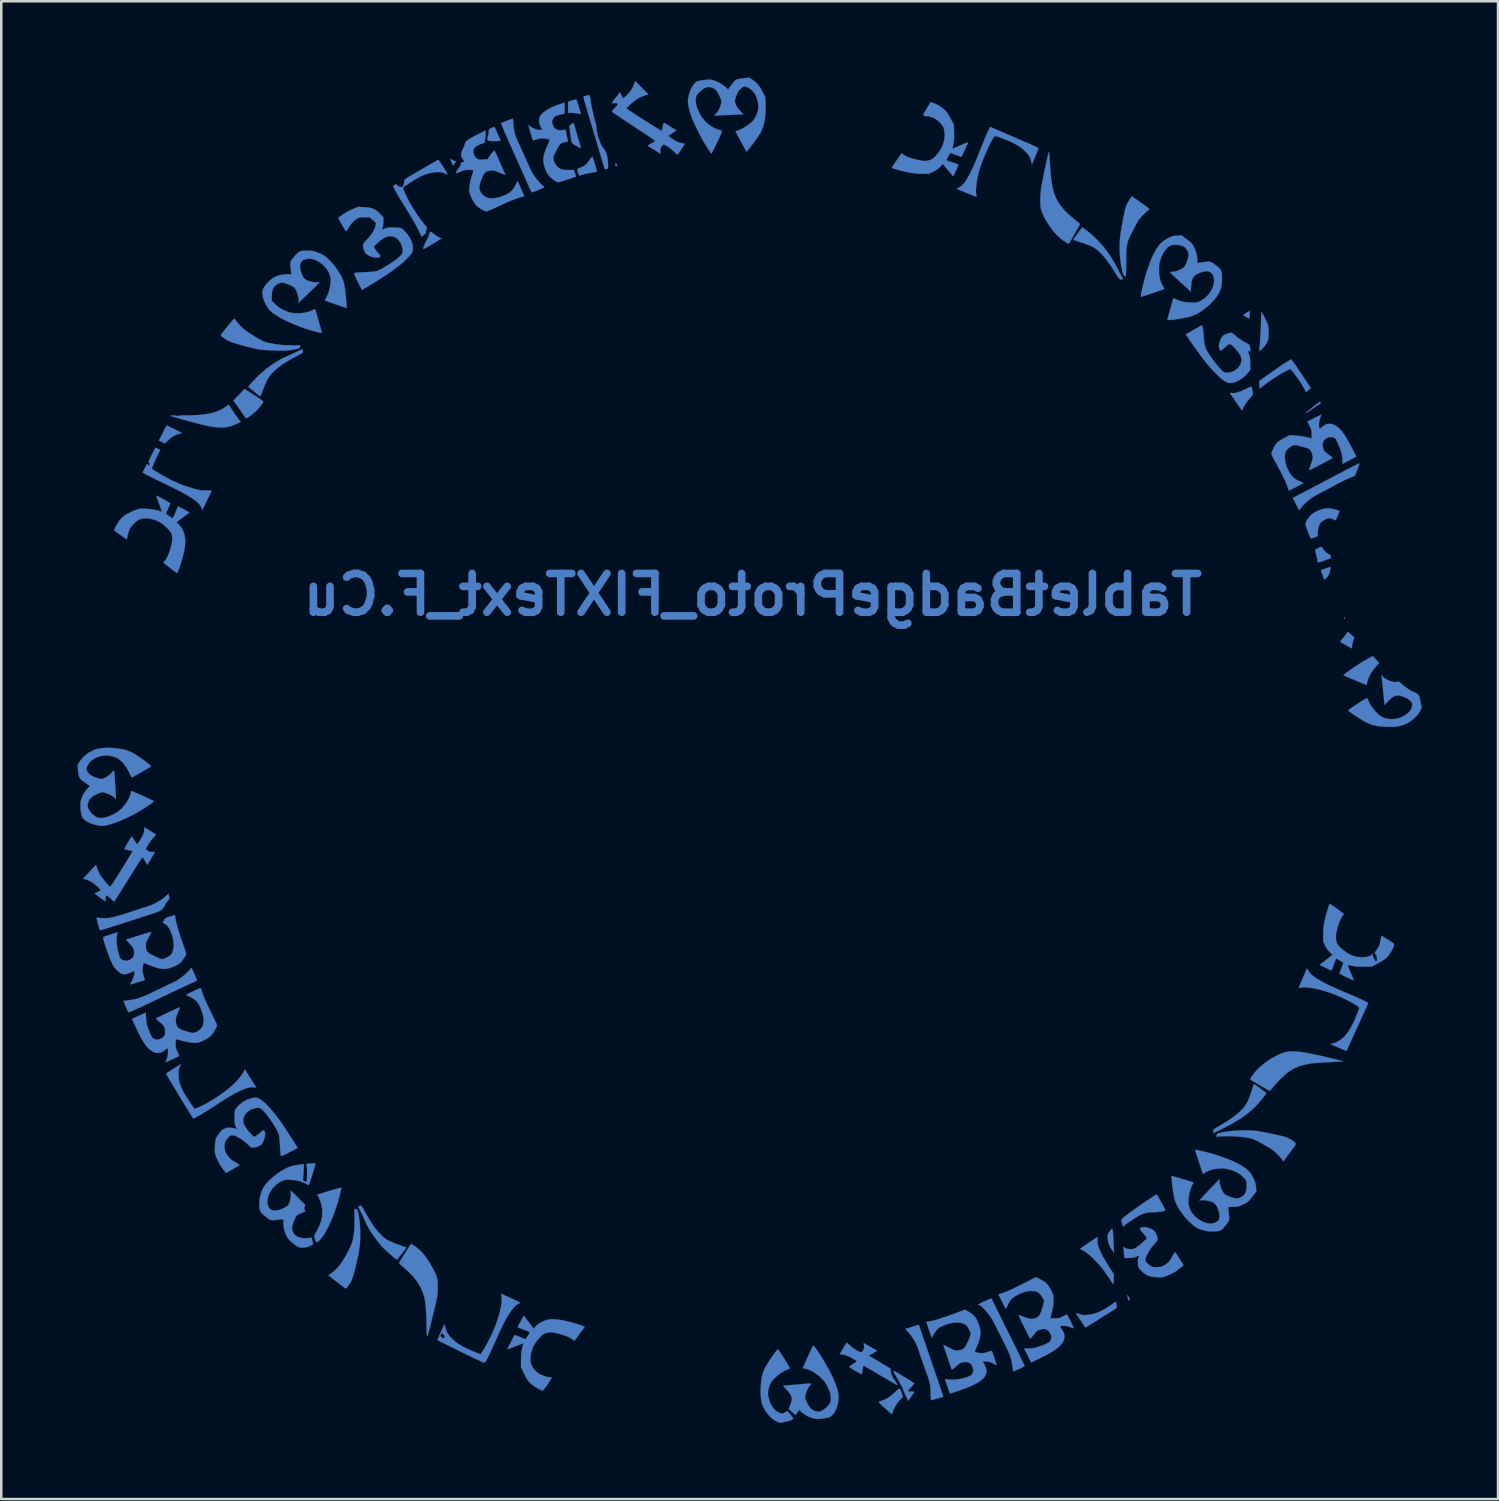
<source format=kicad_pcb>
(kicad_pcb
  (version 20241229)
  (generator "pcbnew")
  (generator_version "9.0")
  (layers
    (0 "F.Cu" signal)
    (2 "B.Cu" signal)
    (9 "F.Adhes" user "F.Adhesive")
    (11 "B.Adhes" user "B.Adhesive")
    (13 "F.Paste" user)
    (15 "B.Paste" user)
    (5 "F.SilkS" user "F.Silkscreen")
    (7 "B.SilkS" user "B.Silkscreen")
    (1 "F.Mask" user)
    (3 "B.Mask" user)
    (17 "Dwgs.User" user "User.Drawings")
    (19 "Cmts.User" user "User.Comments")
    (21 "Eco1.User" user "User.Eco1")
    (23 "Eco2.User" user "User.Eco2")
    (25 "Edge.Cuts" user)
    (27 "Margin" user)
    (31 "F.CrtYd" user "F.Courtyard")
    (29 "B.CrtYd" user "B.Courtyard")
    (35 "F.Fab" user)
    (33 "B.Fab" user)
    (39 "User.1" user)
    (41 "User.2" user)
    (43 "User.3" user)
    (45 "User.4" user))
  (footprint "TabletBadgeProto_FIXText_F.Cu"
    (layer "F.Cu")
    (at 29.082 21.598)
    (property "Reference" "TabletBadgeProto_FIXText_F.Cu" (at -2.54 -1.27 180) (layer "B.Cu") (effects (font (size 1.524 1.524) (thickness 0.3)) (justify mirror)))
    (attr through_hole)
    (fp_poly (pts (xy 20.765 -5.112) (xy 20.775 -5.101) (xy 20.786 -5.112) (xy 20.775 -5.122) (xy 20.765 -5.112)) (stroke (width 0.01) (type solid)) (fill yes) (layer "B.Cu"))
    (fp_poly (pts (xy 20.704 -0.366) (xy 20.701 -0.35) (xy 20.712 -0.322) (xy 20.722 -0.318) (xy 20.743 -0.333) (xy 20.743 -0.337) (xy 20.728 -0.366) (xy 20.722 -0.37) (xy 20.704 -0.366)) (stroke (width 0.01) (type solid)) (fill yes) (layer "B.Cu"))
    (fp_poly (pts (xy -7.932 -18.208) (xy -7.937 -18.145) (xy -7.923 -18.114) (xy -7.896 -18.118) (xy -7.878 -18.137) (xy -7.882 -18.167) (xy -7.895 -18.197) (xy -7.916 -18.236) (xy -7.926 -18.239) (xy -7.932 -18.208)) (stroke (width 0.01) (type solid)) (fill yes) (layer "B.Cu"))
    (fp_poly (pts (xy -14.421 -18.368) (xy -14.401 -18.321) (xy -14.375 -18.262) (xy -14.319 -18.141) (xy -14.264 -18.219) (xy -14.208 -18.296) (xy -14.315 -18.346) (xy -14.374 -18.372) (xy -14.414 -18.387) (xy -14.426 -18.389) (xy -14.421 -18.368)) (stroke (width 0.01) (type solid)) (fill yes) (layer "B.Cu"))
    (fp_poly (pts (xy 12.204 26.363) (xy 12.214 26.431) (xy 12.222 26.465) (xy 12.232 26.472) (xy 12.251 26.46) (xy 12.259 26.453) (xy 12.277 26.432) (xy 12.275 26.406) (xy 12.252 26.36) (xy 12.241 26.342) (xy 12.19 26.257) (xy 12.204 26.363)) (stroke (width 0.01) (type solid)) (fill yes) (layer "B.Cu"))
    (fp_poly (pts (xy 16.917 -12.383) (xy 16.854 -12.345) (xy 16.797 -12.307) (xy 16.788 -12.3) (xy 16.738 -12.262) (xy 16.847 -12.195) (xy 16.908 -12.16) (xy 16.956 -12.135) (xy 16.976 -12.129) (xy 16.986 -12.148) (xy 16.994 -12.2) (xy 16.997 -12.274) (xy 16.997 -12.278) (xy 16.997 -12.428) (xy 16.917 -12.383)) (stroke (width 0.01) (type solid)) (fill yes) (layer "B.Cu"))
    (fp_poly (pts (xy 19.987 -2.3) (xy 19.796 -2.235) (xy 19.857 -2.056) (xy 19.885 -1.976) (xy 19.908 -1.912) (xy 19.923 -1.875) (xy 19.926 -1.869) (xy 19.944 -1.877) (xy 19.983 -1.908) (xy 20.01 -1.933) (xy 20.086 -2.023) (xy 20.136 -2.131) (xy 20.162 -2.258) (xy 20.177 -2.365) (xy 19.987 -2.3)) (stroke (width 0.01) (type solid)) (fill yes) (layer "B.Cu"))
    (fp_poly (pts (xy -9.494 -20.737) (xy -9.546 -20.725) (xy -9.618 -20.705) (xy -9.639 -20.699) (xy -9.8 -20.652) (xy -9.8 -20.214) (xy -9.678 -20.214) (xy -9.587 -20.209) (xy -9.483 -20.196) (xy -9.423 -20.185) (xy -9.349 -20.172) (xy -9.31 -20.169) (xy -9.299 -20.179) (xy -9.3 -20.183) (xy -9.309 -20.212) (xy -9.328 -20.273) (xy -9.354 -20.357) (xy -9.384 -20.456) (xy -9.388 -20.47) (xy -9.417 -20.569) (xy -9.443 -20.652) (xy -9.462 -20.711) (xy -9.471 -20.738) (xy -9.472 -20.739) (xy -9.494 -20.737)) (stroke (width 0.01) (type solid)) (fill yes) (layer "B.Cu"))
    (fp_poly (pts (xy 19.736 -8.844) (xy 19.71 -8.829) (xy 19.669 -8.798) (xy 19.607 -8.749) (xy 19.52 -8.678) (xy 19.47 -8.638) (xy 19.351 -8.541) (xy 19.265 -8.469) (xy 19.213 -8.423) (xy 19.194 -8.403) (xy 19.21 -8.408) (xy 19.259 -8.438) (xy 19.343 -8.493) (xy 19.46 -8.572) (xy 19.496 -8.597) (xy 19.592 -8.663) (xy 19.676 -8.72) (xy 19.74 -8.764) (xy 19.78 -8.792) (xy 19.789 -8.798) (xy 19.785 -8.817) (xy 19.773 -8.832) (xy 19.763 -8.842) (xy 19.752 -8.847) (xy 19.736 -8.844)) (stroke (width 0.01) (type solid)) (fill yes) (layer "B.Cu"))
    (fp_poly (pts (xy -15.221 -15.528) (xy -15.243 -15.485) (xy -15.269 -15.405) (xy -15.272 -15.393) (xy -15.305 -15.305) (xy -15.349 -15.215) (xy -15.367 -15.184) (xy -15.406 -15.114) (xy -15.442 -15.035) (xy -15.471 -14.959) (xy -15.489 -14.896) (xy -15.49 -14.86) (xy -15.471 -14.865) (xy -15.422 -14.888) (xy -15.347 -14.929) (xy -15.254 -14.982) (xy -15.147 -15.046) (xy -15.132 -15.055) (xy -14.781 -15.269) (xy -14.879 -15.318) (xy -14.949 -15.358) (xy -15.029 -15.414) (xy -15.091 -15.463) (xy -15.152 -15.514) (xy -15.193 -15.537) (xy -15.221 -15.528)) (stroke (width 0.01) (type solid)) (fill yes) (layer "B.Cu"))
    (fp_poly (pts (xy 11.571 23.661) (xy 11.568 23.664) (xy 11.541 23.695) (xy 11.501 23.748) (xy 11.471 23.794) (xy 11.436 23.852) (xy 11.416 23.899) (xy 11.41 23.951) (xy 11.412 24.025) (xy 11.413 24.051) (xy 11.444 24.214) (xy 11.509 24.373) (xy 11.603 24.514) (xy 11.61 24.522) (xy 11.665 24.585) (xy 11.654 24.405) (xy 11.648 24.305) (xy 11.641 24.181) (xy 11.634 24.053) (xy 11.63 23.982) (xy 11.623 23.852) (xy 11.616 23.759) (xy 11.609 23.699) (xy 11.599 23.666) (xy 11.587 23.655) (xy 11.571 23.661)) (stroke (width 0.01) (type solid)) (fill yes) (layer "B.Cu"))
    (fp_poly (pts (xy -12.71 -19.654) (xy -12.757 -19.637) (xy -12.803 -19.619) (xy -12.866 -19.59) (xy -12.899 -19.564) (xy -12.911 -19.533) (xy -12.912 -19.514) (xy -12.916 -19.463) (xy -12.929 -19.388) (xy -12.944 -19.314) (xy -12.963 -19.23) (xy -12.97 -19.171) (xy -12.959 -19.134) (xy -12.925 -19.113) (xy -12.863 -19.104) (xy -12.767 -19.102) (xy -12.7 -19.102) (xy -12.585 -19.104) (xy -12.505 -19.109) (xy -12.461 -19.117) (xy -12.454 -19.124) (xy -12.465 -19.15) (xy -12.489 -19.205) (xy -12.522 -19.28) (xy -12.559 -19.366) (xy -12.598 -19.454) (xy -12.635 -19.536) (xy -12.665 -19.603) (xy -12.684 -19.647) (xy -12.69 -19.659) (xy -12.71 -19.654)) (stroke (width 0.01) (type solid)) (fill yes) (layer "B.Cu"))
    (fp_poly (pts (xy 20.833 0.207) (xy 20.806 0.249) (xy 20.796 0.268) (xy 20.759 0.324) (xy 20.705 0.393) (xy 20.646 0.46) (xy 20.602 0.506) (xy 20.572 0.538) (xy 20.561 0.564) (xy 20.571 0.588) (xy 20.606 0.616) (xy 20.668 0.653) (xy 20.762 0.705) (xy 20.807 0.73) (xy 20.885 0.774) (xy 20.95 0.811) (xy 20.992 0.834) (xy 21.003 0.84) (xy 21.012 0.827) (xy 21.018 0.783) (xy 21.018 0.753) (xy 21.026 0.679) (xy 21.047 0.59) (xy 21.064 0.536) (xy 21.11 0.414) (xy 20.985 0.302) (xy 20.925 0.25) (xy 20.878 0.211) (xy 20.851 0.191) (xy 20.849 0.191) (xy 20.833 0.207)) (stroke (width 0.01) (type solid)) (fill yes) (layer "B.Cu"))
    (fp_poly (pts (xy 21.655 1.241) (xy 21.4 1.388) (xy 21.144 1.551) (xy 20.905 1.718) (xy 20.876 1.74) (xy 20.799 1.798) (xy 20.736 1.847) (xy 20.694 1.88) (xy 20.68 1.894) (xy 20.698 1.904) (xy 20.748 1.927) (xy 20.822 1.96) (xy 20.913 1.999) (xy 20.918 2.001) (xy 21.04 2.052) (xy 21.175 2.109) (xy 21.304 2.163) (xy 21.373 2.192) (xy 21.59 2.283) (xy 21.601 2.226) (xy 21.661 2.017) (xy 21.755 1.822) (xy 21.886 1.635) (xy 21.958 1.552) (xy 22.082 1.416) (xy 22.032 1.359) (xy 21.987 1.308) (xy 21.931 1.246) (xy 21.909 1.223) (xy 21.836 1.144) (xy 21.655 1.241)) (stroke (width 0.01) (type solid)) (fill yes) (layer "B.Cu"))
    (fp_poly (pts (xy -25.592 -7.898) (xy -25.62 -7.849) (xy -25.66 -7.775) (xy -25.708 -7.682) (xy -25.737 -7.624) (xy -25.884 -7.331) (xy -25.768 -7.274) (xy -25.707 -7.245) (xy -25.663 -7.226) (xy -25.648 -7.221) (xy -25.632 -7.236) (xy -25.593 -7.274) (xy -25.54 -7.327) (xy -25.52 -7.347) (xy -25.394 -7.455) (xy -25.261 -7.535) (xy -25.13 -7.584) (xy -25.083 -7.593) (xy -25.027 -7.604) (xy -24.992 -7.616) (xy -24.987 -7.62) (xy -25.003 -7.632) (xy -25.048 -7.659) (xy -25.117 -7.696) (xy -25.201 -7.739) (xy -25.291 -7.785) (xy -25.381 -7.829) (xy -25.463 -7.868) (xy -25.529 -7.898) (xy -25.57 -7.914) (xy -25.579 -7.916) (xy -25.592 -7.898)) (stroke (width 0.01) (type solid)) (fill yes) (layer "B.Cu"))
    (fp_poly (pts (xy -9.656 -19.778) (xy -9.675 -19.76) (xy -9.752 -19.69) (xy -9.714 -19.407) (xy -9.696 -19.272) (xy -9.681 -19.172) (xy -9.668 -19.101) (xy -9.653 -19.053) (xy -9.637 -19.022) (xy -9.615 -19) (xy -9.587 -18.982) (xy -9.582 -18.979) (xy -9.472 -18.915) (xy -9.394 -18.871) (xy -9.342 -18.843) (xy -9.312 -18.83) (xy -9.298 -18.83) (xy -9.297 -18.84) (xy -9.299 -18.851) (xy -9.309 -18.882) (xy -9.328 -18.948) (xy -9.355 -19.041) (xy -9.389 -19.156) (xy -9.427 -19.284) (xy -9.442 -19.336) (xy -9.48 -19.467) (xy -9.516 -19.585) (xy -9.546 -19.684) (xy -9.569 -19.758) (xy -9.583 -19.799) (xy -9.585 -19.805) (xy -9.609 -19.809) (xy -9.656 -19.778)) (stroke (width 0.01) (type solid)) (fill yes) (layer "B.Cu"))
    (fp_poly (pts (xy 19.798 -3.149) (xy 19.749 -3.13) (xy 19.685 -3.101) (xy 19.611 -3.062) (xy 19.574 -3.031) (xy 19.568 -3.007) (xy 19.587 -2.939) (xy 19.609 -2.855) (xy 19.63 -2.765) (xy 19.648 -2.682) (xy 19.66 -2.618) (xy 19.664 -2.588) (xy 19.67 -2.557) (xy 19.692 -2.544) (xy 19.736 -2.548) (xy 19.808 -2.569) (xy 19.875 -2.594) (xy 19.962 -2.627) (xy 20.048 -2.659) (xy 20.103 -2.679) (xy 20.162 -2.706) (xy 20.188 -2.735) (xy 20.193 -2.762) (xy 20.183 -2.797) (xy 20.148 -2.833) (xy 20.082 -2.876) (xy 20.076 -2.879) (xy 19.965 -2.961) (xy 19.893 -3.044) (xy 19.855 -3.1) (xy 19.828 -3.14) (xy 19.819 -3.152) (xy 19.798 -3.149)) (stroke (width 0.01) (type solid)) (fill yes) (layer "B.Cu"))
    (fp_poly (pts (xy 17.439 -11.917) (xy 17.433 -11.757) (xy 17.426 -11.591) (xy 17.418 -11.431) (xy 17.409 -11.289) (xy 17.401 -11.175) (xy 17.399 -11.162) (xy 17.39 -11.056) (xy 17.384 -10.965) (xy 17.38 -10.897) (xy 17.381 -10.86) (xy 17.382 -10.858) (xy 17.398 -10.861) (xy 17.436 -10.89) (xy 17.488 -10.94) (xy 17.514 -10.966) (xy 17.601 -11.066) (xy 17.662 -11.155) (xy 17.703 -11.245) (xy 17.726 -11.346) (xy 17.736 -11.47) (xy 17.737 -11.572) (xy 17.737 -11.682) (xy 17.734 -11.762) (xy 17.726 -11.824) (xy 17.712 -11.88) (xy 17.688 -11.942) (xy 17.661 -12.004) (xy 17.617 -12.099) (xy 17.569 -12.195) (xy 17.526 -12.273) (xy 17.518 -12.286) (xy 17.452 -12.393) (xy 17.439 -11.917)) (stroke (width 0.01) (type solid)) (fill yes) (layer "B.Cu"))
    (fp_poly (pts (xy -8.87 -18.476) (xy -8.906 -18.43) (xy -8.952 -18.367) (xy -8.969 -18.343) (xy -9.036 -18.25) (xy -9.095 -18.185) (xy -9.158 -18.136) (xy -9.237 -18.095) (xy -9.303 -18.067) (xy -9.369 -18.036) (xy -9.417 -18.007) (xy -9.436 -17.988) (xy -9.432 -17.953) (xy -9.417 -17.895) (xy -9.404 -17.854) (xy -9.366 -17.747) (xy -9.195 -17.793) (xy -9.085 -17.819) (xy -8.96 -17.845) (xy -8.845 -17.865) (xy -8.84 -17.866) (xy -8.747 -17.882) (xy -8.688 -17.898) (xy -8.664 -17.913) (xy -8.665 -17.916) (xy -8.673 -17.944) (xy -8.692 -18.004) (xy -8.717 -18.089) (xy -8.746 -18.19) (xy -8.755 -18.219) (xy -8.786 -18.32) (xy -8.813 -18.404) (xy -8.835 -18.464) (xy -8.85 -18.493) (xy -8.852 -18.494) (xy -8.87 -18.476)) (stroke (width 0.01) (type solid)) (fill yes) (layer "B.Cu"))
    (fp_poly (pts (xy 10.991 23.993) (xy 10.943 24.024) (xy 10.873 24.07) (xy 10.788 24.126) (xy 10.695 24.189) (xy 10.601 24.253) (xy 10.512 24.315) (xy 10.433 24.369) (xy 10.373 24.412) (xy 10.337 24.439) (xy 10.33 24.446) (xy 10.349 24.46) (xy 10.395 24.487) (xy 10.46 24.519) (xy 10.542 24.566) (xy 10.637 24.638) (xy 10.75 24.737) (xy 10.811 24.794) (xy 10.977 24.961) (xy 11.125 25.126) (xy 11.265 25.302) (xy 11.408 25.5) (xy 11.471 25.594) (xy 11.636 25.842) (xy 11.658 25.453) (xy 11.477 25.168) (xy 11.338 24.944) (xy 11.225 24.748) (xy 11.138 24.578) (xy 11.074 24.43) (xy 11.033 24.302) (xy 11.012 24.189) (xy 11.01 24.105) (xy 11.013 24.039) (xy 11.014 23.994) (xy 11.012 23.982) (xy 10.991 23.993)) (stroke (width 0.01) (type solid)) (fill yes) (layer "B.Cu"))
    (fp_poly (pts (xy 11.718 26.534) (xy 11.673 26.563) (xy 11.609 26.607) (xy 11.564 26.639) (xy 11.336 26.79) (xy 11.121 26.905) (xy 10.917 26.985) (xy 10.719 27.032) (xy 10.594 27.045) (xy 10.491 27.049) (xy 10.415 27.045) (xy 10.351 27.033) (xy 10.288 27.011) (xy 10.226 26.989) (xy 10.182 26.975) (xy 10.167 26.973) (xy 10.176 26.992) (xy 10.204 27.038) (xy 10.246 27.105) (xy 10.298 27.185) (xy 10.355 27.271) (xy 10.412 27.355) (xy 10.463 27.431) (xy 10.506 27.492) (xy 10.533 27.529) (xy 10.542 27.537) (xy 10.562 27.527) (xy 10.613 27.496) (xy 10.692 27.447) (xy 10.794 27.384) (xy 10.915 27.308) (xy 11.05 27.223) (xy 11.163 27.152) (xy 11.772 26.766) (xy 11.758 26.649) (xy 11.749 26.584) (xy 11.741 26.539) (xy 11.737 26.526) (xy 11.718 26.534)) (stroke (width 0.01) (type solid)) (fill yes) (layer "B.Cu"))
    (fp_poly (pts (xy 17.037 -9.445) (xy 16.983 -9.424) (xy 16.908 -9.39) (xy 16.825 -9.349) (xy 16.646 -9.266) (xy 16.493 -9.215) (xy 16.367 -9.194) (xy 16.286 -9.199) (xy 16.236 -9.205) (xy 16.22 -9.199) (xy 16.225 -9.185) (xy 16.242 -9.159) (xy 16.28 -9.105) (xy 16.333 -9.028) (xy 16.397 -8.934) (xy 16.464 -8.838) (xy 16.534 -8.737) (xy 16.596 -8.649) (xy 16.644 -8.579) (xy 16.676 -8.533) (xy 16.688 -8.516) (xy 16.697 -8.531) (xy 16.719 -8.575) (xy 16.747 -8.632) (xy 16.791 -8.711) (xy 16.85 -8.801) (xy 16.91 -8.879) (xy 16.991 -8.976) (xy 17.049 -9.046) (xy 17.088 -9.096) (xy 17.11 -9.135) (xy 17.119 -9.169) (xy 17.118 -9.205) (xy 17.11 -9.249) (xy 17.103 -9.291) (xy 17.088 -9.366) (xy 17.074 -9.423) (xy 17.062 -9.45) (xy 17.061 -9.45) (xy 17.037 -9.445)) (stroke (width 0.01) (type solid)) (fill yes) (layer "B.Cu"))
    (fp_poly (pts (xy 3.198 29.955) (xy 3.153 29.989) (xy 3.086 30.048) (xy 3.06 30.072) (xy 2.93 30.188) (xy 2.815 30.276) (xy 2.708 30.341) (xy 2.599 30.39) (xy 2.585 30.395) (xy 2.514 30.421) (xy 2.455 30.444) (xy 2.428 30.454) (xy 2.419 30.465) (xy 2.427 30.485) (xy 2.455 30.52) (xy 2.508 30.572) (xy 2.587 30.645) (xy 2.64 30.693) (xy 2.742 30.784) (xy 2.817 30.851) (xy 2.87 30.896) (xy 2.906 30.923) (xy 2.927 30.935) (xy 2.941 30.937) (xy 2.95 30.931) (xy 2.95 30.931) (xy 2.961 30.901) (xy 2.963 30.871) (xy 2.976 30.811) (xy 3.011 30.729) (xy 3.062 30.635) (xy 3.123 30.538) (xy 3.19 30.448) (xy 3.237 30.394) (xy 3.359 30.266) (xy 3.332 30.163) (xy 3.306 30.076) (xy 3.275 30.008) (xy 3.241 29.952) (xy 3.226 29.944) (xy 3.198 29.955)) (stroke (width 0.01) (type solid)) (fill yes) (layer "B.Cu"))
    (fp_poly (pts (xy -22.655 -9.215) (xy -22.726 -9.137) (xy -22.8 -9.059) (xy -22.862 -8.995) (xy -22.875 -8.983) (xy -22.925 -8.932) (xy -22.946 -8.9) (xy -22.944 -8.879) (xy -22.936 -8.87) (xy -22.915 -8.845) (xy -22.874 -8.791) (xy -22.819 -8.714) (xy -22.754 -8.621) (xy -22.692 -8.53) (xy -22.622 -8.428) (xy -22.56 -8.339) (xy -22.509 -8.267) (xy -22.475 -8.22) (xy -22.46 -8.203) (xy -22.436 -8.21) (xy -22.387 -8.237) (xy -22.323 -8.28) (xy -22.296 -8.3) (xy -22.214 -8.363) (xy -22.132 -8.431) (xy -22.065 -8.489) (xy -22.059 -8.495) (xy -22.006 -8.55) (xy -21.948 -8.619) (xy -21.889 -8.693) (xy -21.837 -8.764) (xy -21.799 -8.822) (xy -21.781 -8.86) (xy -21.78 -8.864) (xy -21.798 -8.881) (xy -21.845 -8.917) (xy -21.918 -8.968) (xy -22.012 -9.031) (xy -22.12 -9.101) (xy -22.154 -9.123) (xy -22.527 -9.36) (xy -22.655 -9.215)) (stroke (width 0.01) (type solid)) (fill yes) (layer "B.Cu"))
    (fp_poly (pts (xy -18.741 22.045) (xy -18.798 22.058) (xy -18.884 22.081) (xy -18.993 22.112) (xy -19.119 22.15) (xy -19.195 22.173) (xy -19.661 22.315) (xy -19.6 22.423) (xy -19.533 22.577) (xy -19.486 22.755) (xy -19.462 22.943) (xy -19.463 23.128) (xy -19.473 23.206) (xy -19.506 23.347) (xy -19.56 23.503) (xy -19.628 23.655) (xy -19.701 23.783) (xy -19.74 23.848) (xy -19.766 23.903) (xy -19.775 23.931) (xy -19.77 23.972) (xy -19.754 24.031) (xy -19.733 24.095) (xy -19.71 24.152) (xy -19.69 24.187) (xy -19.682 24.194) (xy -19.657 24.181) (xy -19.614 24.148) (xy -19.59 24.128) (xy -19.5 24.031) (xy -19.404 23.897) (xy -19.305 23.732) (xy -19.206 23.54) (xy -19.109 23.325) (xy -19.015 23.094) (xy -18.928 22.85) (xy -18.849 22.599) (xy -18.792 22.391) (xy -18.764 22.277) (xy -18.741 22.179) (xy -18.725 22.102) (xy -18.718 22.054) (xy -18.718 22.042) (xy -18.741 22.045)) (stroke (width 0.01) (type solid)) (fill yes) (layer "B.Cu"))
    (fp_poly (pts (xy -20.266 -10.912) (xy -20.315 -10.891) (xy -20.384 -10.858) (xy -20.422 -10.839) (xy -20.526 -10.789) (xy -20.646 -10.734) (xy -20.76 -10.685) (xy -20.779 -10.677) (xy -21.087 -10.531) (xy -21.392 -10.347) (xy -21.687 -10.131) (xy -21.967 -9.887) (xy -22.223 -9.62) (xy -22.263 -9.574) (xy -22.375 -9.444) (xy -22.157 -9.269) (xy -22.074 -9.202) (xy -22.002 -9.145) (xy -21.947 -9.101) (xy -21.918 -9.078) (xy -21.916 -9.077) (xy -21.899 -9.085) (xy -21.873 -9.131) (xy -21.836 -9.214) (xy -21.788 -9.336) (xy -21.781 -9.355) (xy -21.713 -9.528) (xy -21.65 -9.669) (xy -21.586 -9.785) (xy -21.518 -9.885) (xy -21.439 -9.978) (xy -21.351 -10.067) (xy -21.211 -10.189) (xy -21.056 -10.306) (xy -20.877 -10.423) (xy -20.668 -10.544) (xy -20.516 -10.626) (xy -20.404 -10.685) (xy -20.324 -10.729) (xy -20.271 -10.761) (xy -20.24 -10.785) (xy -20.226 -10.805) (xy -20.224 -10.826) (xy -20.227 -10.848) (xy -20.238 -10.895) (xy -20.246 -10.918) (xy -20.246 -10.918) (xy -20.266 -10.912)) (stroke (width 0.01) (type solid)) (fill yes) (layer "B.Cu"))
    (fp_poly (pts (xy 19.859 -4.637) (xy 19.74 -4.597) (xy 19.607 -4.54) (xy 19.505 -4.483) (xy 19.423 -4.42) (xy 19.351 -4.342) (xy 19.316 -4.296) (xy 19.257 -4.214) (xy 19.218 -4.148) (xy 19.197 -4.089) (xy 19.195 -4.027) (xy 19.21 -3.952) (xy 19.242 -3.856) (xy 19.28 -3.756) (xy 19.319 -3.656) (xy 19.354 -3.573) (xy 19.382 -3.512) (xy 19.4 -3.481) (xy 19.402 -3.479) (xy 19.43 -3.484) (xy 19.485 -3.501) (xy 19.547 -3.524) (xy 19.674 -3.574) (xy 19.669 -3.674) (xy 19.673 -3.773) (xy 19.692 -3.883) (xy 19.723 -3.987) (xy 19.76 -4.07) (xy 19.77 -4.085) (xy 19.824 -4.14) (xy 19.902 -4.194) (xy 19.989 -4.24) (xy 20.071 -4.269) (xy 20.117 -4.276) (xy 20.182 -4.267) (xy 20.258 -4.245) (xy 20.284 -4.235) (xy 20.378 -4.195) (xy 20.455 -4.372) (xy 20.489 -4.45) (xy 20.515 -4.513) (xy 20.53 -4.551) (xy 20.532 -4.557) (xy 20.513 -4.567) (xy 20.463 -4.585) (xy 20.392 -4.608) (xy 20.368 -4.615) (xy 20.187 -4.656) (xy 20.021 -4.663) (xy 19.859 -4.637)) (stroke (width 0.01) (type solid)) (fill yes) (layer "B.Cu"))
    (fp_poly (pts (xy 17.157 17.99) (xy 17.137 18.042) (xy 17.11 18.12) (xy 17.079 18.215) (xy 17.074 18.23) (xy 17.006 18.432) (xy 16.94 18.599) (xy 16.87 18.736) (xy 16.795 18.852) (xy 16.711 18.951) (xy 16.696 18.967) (xy 16.572 19.084) (xy 16.442 19.194) (xy 16.298 19.302) (xy 16.132 19.414) (xy 15.935 19.535) (xy 15.913 19.549) (xy 15.805 19.614) (xy 15.71 19.67) (xy 15.634 19.716) (xy 15.583 19.747) (xy 15.562 19.76) (xy 15.562 19.76) (xy 15.562 19.782) (xy 15.572 19.826) (xy 15.572 19.828) (xy 15.589 19.89) (xy 16.044 19.661) (xy 16.385 19.477) (xy 16.684 19.291) (xy 16.943 19.101) (xy 17.161 18.907) (xy 17.176 18.892) (xy 17.241 18.825) (xy 17.314 18.745) (xy 17.39 18.658) (xy 17.465 18.57) (xy 17.533 18.487) (xy 17.59 18.416) (xy 17.63 18.361) (xy 17.648 18.33) (xy 17.648 18.327) (xy 17.63 18.309) (xy 17.585 18.273) (xy 17.521 18.224) (xy 17.446 18.167) (xy 17.367 18.109) (xy 17.292 18.054) (xy 17.228 18.009) (xy 17.184 17.98) (xy 17.167 17.971) (xy 17.157 17.99)) (stroke (width 0.01) (type solid)) (fill yes) (layer "B.Cu"))
    (fp_poly (pts (xy 2.993 29.244) (xy 3.006 29.283) (xy 3.034 29.345) (xy 3.074 29.422) (xy 3.124 29.507) (xy 3.143 29.539) (xy 3.19 29.616) (xy 3.229 29.685) (xy 3.254 29.733) (xy 3.257 29.74) (xy 3.284 29.795) (xy 3.321 29.854) (xy 3.322 29.856) (xy 3.351 29.907) (xy 3.365 29.95) (xy 3.365 29.953) (xy 3.374 29.985) (xy 3.398 30.046) (xy 3.432 30.126) (xy 3.468 30.204) (xy 3.57 30.421) (xy 3.69 30.25) (xy 3.741 30.177) (xy 3.781 30.116) (xy 3.805 30.078) (xy 3.81 30.068) (xy 3.791 30.062) (xy 3.741 30.058) (xy 3.683 30.057) (xy 3.616 30.054) (xy 3.57 30.048) (xy 3.556 30.04) (xy 3.569 30.019) (xy 3.605 29.974) (xy 3.656 29.914) (xy 3.683 29.884) (xy 3.739 29.82) (xy 3.783 29.769) (xy 3.807 29.737) (xy 3.81 29.732) (xy 3.793 29.719) (xy 3.746 29.688) (xy 3.675 29.643) (xy 3.587 29.588) (xy 3.487 29.526) (xy 3.382 29.462) (xy 3.279 29.399) (xy 3.183 29.341) (xy 3.101 29.292) (xy 3.039 29.256) (xy 3.003 29.236) (xy 3 29.234) (xy 2.993 29.244)) (stroke (width 0.01) (type solid)) (fill yes) (layer "B.Cu"))
    (fp_poly (pts (xy 10.397 -15.69) (xy 10.362 -15.646) (xy 10.314 -15.583) (xy 10.259 -15.508) (xy 10.202 -15.429) (xy 10.149 -15.354) (xy 10.104 -15.289) (xy 10.075 -15.243) (xy 10.065 -15.224) (xy 10.084 -15.215) (xy 10.137 -15.195) (xy 10.217 -15.167) (xy 10.317 -15.133) (xy 10.407 -15.103) (xy 10.567 -15.05) (xy 10.694 -15.002) (xy 10.797 -14.957) (xy 10.884 -14.908) (xy 10.963 -14.853) (xy 11.042 -14.786) (xy 11.109 -14.723) (xy 11.214 -14.616) (xy 11.316 -14.499) (xy 11.419 -14.366) (xy 11.528 -14.211) (xy 11.648 -14.026) (xy 11.695 -13.952) (xy 11.766 -13.839) (xy 11.819 -13.758) (xy 11.861 -13.705) (xy 11.894 -13.674) (xy 11.924 -13.66) (xy 11.956 -13.661) (xy 11.985 -13.667) (xy 12.001 -13.676) (xy 12.002 -13.698) (xy 11.984 -13.739) (xy 11.947 -13.807) (xy 11.911 -13.873) (xy 11.862 -13.966) (xy 11.804 -14.076) (xy 11.743 -14.192) (xy 11.715 -14.247) (xy 11.512 -14.594) (xy 11.273 -14.921) (xy 11 -15.223) (xy 10.694 -15.501) (xy 10.564 -15.603) (xy 10.499 -15.651) (xy 10.447 -15.687) (xy 10.416 -15.705) (xy 10.413 -15.706) (xy 10.397 -15.69)) (stroke (width 0.01) (type solid)) (fill yes) (layer "B.Cu"))
    (fp_poly (pts (xy 21.285 -6.422) (xy 21.227 -6.396) (xy 21.136 -6.352) (xy 21.011 -6.289) (xy 20.856 -6.21) (xy 20.671 -6.114) (xy 20.459 -6.003) (xy 20.22 -5.877) (xy 20.034 -5.778) (xy 19.871 -5.692) (xy 19.687 -5.595) (xy 19.497 -5.495) (xy 19.315 -5.4) (xy 19.153 -5.316) (xy 19.13 -5.304) (xy 18.692 -5.077) (xy 18.812 -4.835) (xy 18.858 -4.744) (xy 18.898 -4.669) (xy 18.928 -4.617) (xy 18.943 -4.594) (xy 18.944 -4.594) (xy 18.96 -4.61) (xy 18.99 -4.652) (xy 19.007 -4.679) (xy 19.043 -4.725) (xy 19.104 -4.791) (xy 19.18 -4.865) (xy 19.264 -4.941) (xy 19.264 -4.942) (xy 19.368 -5.028) (xy 19.464 -5.099) (xy 19.567 -5.163) (xy 19.69 -5.23) (xy 19.752 -5.261) (xy 19.87 -5.321) (xy 20.011 -5.395) (xy 20.161 -5.475) (xy 20.307 -5.553) (xy 20.382 -5.595) (xy 20.509 -5.663) (xy 20.64 -5.73) (xy 20.764 -5.79) (xy 20.87 -5.838) (xy 20.93 -5.863) (xy 21.13 -5.938) (xy 21.224 -6.178) (xy 21.259 -6.271) (xy 21.287 -6.349) (xy 21.304 -6.404) (xy 21.307 -6.428) (xy 21.307 -6.428) (xy 21.285 -6.422)) (stroke (width 0.01) (type solid)) (fill yes) (layer "B.Cu"))
    (fp_poly (pts (xy -18.194 23.281) (xy -18.197 23.519) (xy -18.207 23.722) (xy -18.226 23.899) (xy -18.254 24.057) (xy -18.294 24.204) (xy -18.349 24.348) (xy -18.418 24.496) (xy -18.505 24.657) (xy -18.514 24.673) (xy -18.615 24.845) (xy -18.705 24.986) (xy -18.788 25.101) (xy -18.869 25.197) (xy -18.954 25.281) (xy -19.049 25.36) (xy -19.062 25.37) (xy -19.218 25.49) (xy -18.907 25.732) (xy -18.806 25.809) (xy -18.715 25.879) (xy -18.639 25.936) (xy -18.585 25.976) (xy -18.56 25.993) (xy -18.534 25.998) (xy -18.505 25.98) (xy -18.464 25.932) (xy -18.449 25.911) (xy -18.394 25.832) (xy -18.347 25.753) (xy -18.306 25.668) (xy -18.268 25.57) (xy -18.231 25.453) (xy -18.193 25.31) (xy -18.15 25.135) (xy -18.129 25.044) (xy -18.082 24.834) (xy -18.045 24.657) (xy -18.017 24.503) (xy -17.997 24.365) (xy -17.983 24.235) (xy -17.975 24.102) (xy -17.971 23.96) (xy -17.971 23.854) (xy -17.977 23.581) (xy -17.997 23.339) (xy -18.032 23.118) (xy -18.047 23.047) (xy -18.067 22.969) (xy -18.086 22.923) (xy -18.111 22.897) (xy -18.136 22.886) (xy -18.193 22.866) (xy -18.194 23.281)) (stroke (width 0.01) (type solid)) (fill yes) (layer "B.Cu"))
    (fp_poly (pts (xy -23.238 -8.668) (xy -23.388 -8.573) (xy -23.547 -8.495) (xy -23.722 -8.433) (xy -23.917 -8.385) (xy -24.136 -8.351) (xy -24.385 -8.33) (xy -24.669 -8.32) (xy -24.809 -8.319) (xy -24.941 -8.317) (xy -25.042 -8.313) (xy -25.108 -8.306) (xy -25.136 -8.297) (xy -25.136 -8.296) (xy -25.159 -8.286) (xy -25.178 -8.297) (xy -25.214 -8.309) (xy -25.28 -8.315) (xy -25.35 -8.314) (xy -25.387 -8.312) (xy -25.413 -8.31) (xy -25.425 -8.305) (xy -25.418 -8.298) (xy -25.391 -8.286) (xy -25.34 -8.269) (xy -25.261 -8.246) (xy -25.152 -8.215) (xy -25.01 -8.176) (xy -24.83 -8.126) (xy -24.775 -8.111) (xy -24.599 -8.064) (xy -24.429 -8.018) (xy -24.27 -7.977) (xy -24.129 -7.942) (xy -24.013 -7.913) (xy -23.926 -7.894) (xy -23.887 -7.886) (xy -23.744 -7.865) (xy -23.596 -7.851) (xy -23.456 -7.844) (xy -23.334 -7.844) (xy -23.241 -7.852) (xy -23.236 -7.853) (xy -23.045 -7.901) (xy -22.848 -7.977) (xy -22.79 -8.005) (xy -22.667 -8.066) (xy -22.749 -8.166) (xy -22.793 -8.223) (xy -22.852 -8.305) (xy -22.919 -8.401) (xy -22.985 -8.5) (xy -22.986 -8.502) (xy -23.14 -8.738) (xy -23.238 -8.668)) (stroke (width 0.01) (type solid)) (fill yes) (layer "B.Cu"))
    (fp_poly (pts (xy -17.988 22.764) (xy -17.99 22.764) (xy -18.054 22.778) (xy -17.97 22.945) (xy -17.924 23.04) (xy -17.869 23.156) (xy -17.815 23.273) (xy -17.791 23.327) (xy -17.743 23.432) (xy -17.69 23.538) (xy -17.641 23.631) (xy -17.617 23.672) (xy -17.535 23.8) (xy -17.438 23.941) (xy -17.333 24.085) (xy -17.229 24.22) (xy -17.133 24.335) (xy -17.082 24.392) (xy -17.024 24.45) (xy -16.951 24.52) (xy -16.868 24.595) (xy -16.782 24.671) (xy -16.7 24.742) (xy -16.627 24.802) (xy -16.571 24.847) (xy -16.536 24.869) (xy -16.531 24.871) (xy -16.514 24.855) (xy -16.476 24.811) (xy -16.423 24.746) (xy -16.359 24.665) (xy -16.335 24.634) (xy -16.154 24.396) (xy -16.455 24.288) (xy -16.623 24.225) (xy -16.758 24.17) (xy -16.867 24.117) (xy -16.959 24.063) (xy -17.041 24.002) (xy -17.119 23.931) (xy -17.185 23.864) (xy -17.277 23.764) (xy -17.359 23.667) (xy -17.435 23.566) (xy -17.512 23.454) (xy -17.594 23.322) (xy -17.687 23.164) (xy -17.728 23.093) (xy -17.788 22.987) (xy -17.841 22.894) (xy -17.883 22.821) (xy -17.91 22.774) (xy -17.92 22.757) (xy -17.942 22.756) (xy -17.988 22.764)) (stroke (width 0.01) (type solid)) (fill yes) (layer "B.Cu"))
    (fp_poly (pts (xy 18.604 -10.509) (xy 18.551 -10.479) (xy 18.477 -10.434) (xy 18.39 -10.38) (xy 18.297 -10.32) (xy 18.206 -10.26) (xy 18.123 -10.204) (xy 18.111 -10.195) (xy 18.049 -10.151) (xy 17.962 -10.09) (xy 17.858 -10.017) (xy 17.747 -9.938) (xy 17.674 -9.886) (xy 17.367 -9.669) (xy 17.375 -9.528) (xy 17.38 -9.456) (xy 17.385 -9.403) (xy 17.389 -9.381) (xy 17.407 -9.39) (xy 17.449 -9.42) (xy 17.508 -9.466) (xy 17.529 -9.482) (xy 17.629 -9.559) (xy 17.743 -9.641) (xy 17.867 -9.726) (xy 17.996 -9.81) (xy 18.124 -9.891) (xy 18.248 -9.966) (xy 18.362 -10.031) (xy 18.46 -10.083) (xy 18.538 -10.12) (xy 18.591 -10.138) (xy 18.613 -10.136) (xy 18.628 -10.117) (xy 18.662 -10.072) (xy 18.712 -10.007) (xy 18.757 -9.948) (xy 18.856 -9.816) (xy 18.935 -9.706) (xy 19.001 -9.608) (xy 19.06 -9.51) (xy 19.12 -9.402) (xy 19.121 -9.4) (xy 19.209 -9.234) (xy 19.303 -9.315) (xy 19.397 -9.396) (xy 19.022 -9.958) (xy 18.931 -10.095) (xy 18.846 -10.22) (xy 18.771 -10.328) (xy 18.709 -10.416) (xy 18.663 -10.48) (xy 18.636 -10.515) (xy 18.63 -10.52) (xy 18.604 -10.509)) (stroke (width 0.01) (type solid)) (fill yes) (layer "B.Cu"))
    (fp_poly (pts (xy 13.311 22.321) (xy 13.257 22.354) (xy 13.18 22.404) (xy 13.083 22.467) (xy 12.972 22.541) (xy 12.853 22.622) (xy 12.731 22.705) (xy 12.61 22.789) (xy 12.497 22.868) (xy 12.396 22.941) (xy 12.312 23.002) (xy 12.287 23.021) (xy 12.17 23.11) (xy 12.083 23.177) (xy 12.021 23.226) (xy 11.981 23.263) (xy 11.958 23.29) (xy 11.949 23.312) (xy 11.95 23.334) (xy 11.956 23.359) (xy 11.958 23.368) (xy 11.977 23.443) (xy 11.995 23.513) (xy 12.008 23.56) (xy 12.021 23.57) (xy 12.044 23.549) (xy 12.051 23.541) (xy 12.083 23.513) (xy 12.144 23.468) (xy 12.225 23.411) (xy 12.319 23.347) (xy 12.418 23.28) (xy 12.515 23.217) (xy 12.602 23.163) (xy 12.658 23.13) (xy 12.82 23.058) (xy 13.003 23.017) (xy 13.164 23.007) (xy 13.291 23.003) (xy 13.411 22.994) (xy 13.516 22.98) (xy 13.6 22.964) (xy 13.656 22.945) (xy 13.677 22.926) (xy 13.677 22.923) (xy 13.664 22.89) (xy 13.635 22.831) (xy 13.594 22.753) (xy 13.546 22.664) (xy 13.495 22.571) (xy 13.444 22.482) (xy 13.399 22.405) (xy 13.362 22.346) (xy 13.34 22.314) (xy 13.335 22.31) (xy 13.311 22.321)) (stroke (width 0.01) (type solid)) (fill yes) (layer "B.Cu"))
    (fp_poly (pts (xy -24.627 13.411) (xy -24.627 13.411) (xy -24.689 13.495) (xy -24.78 13.59) (xy -24.893 13.69) (xy -25.017 13.788) (xy -25.145 13.876) (xy -25.268 13.949) (xy -25.341 13.984) (xy -25.41 14.015) (xy -25.509 14.06) (xy -25.631 14.118) (xy -25.767 14.183) (xy -25.91 14.252) (xy -26.005 14.298) (xy -26.202 14.393) (xy -26.368 14.47) (xy -26.509 14.53) (xy -26.634 14.577) (xy -26.747 14.613) (xy -26.855 14.639) (xy -26.965 14.659) (xy -27.056 14.671) (xy -27.278 14.697) (xy -27.188 14.92) (xy -27.151 15.009) (xy -27.117 15.082) (xy -27.092 15.132) (xy -27.08 15.148) (xy -27.056 15.142) (xy -27 15.119) (xy -26.917 15.084) (xy -26.815 15.039) (xy -26.699 14.986) (xy -26.681 14.978) (xy -26.55 14.917) (xy -26.392 14.843) (xy -26.219 14.761) (xy -26.04 14.676) (xy -25.868 14.594) (xy -25.781 14.553) (xy -25.612 14.472) (xy -25.427 14.384) (xy -25.237 14.295) (xy -25.056 14.209) (xy -24.894 14.134) (xy -24.829 14.104) (xy -24.704 14.046) (xy -24.592 13.994) (xy -24.5 13.951) (xy -24.432 13.919) (xy -24.395 13.901) (xy -24.389 13.897) (xy -24.395 13.877) (xy -24.415 13.825) (xy -24.446 13.749) (xy -24.485 13.656) (xy -24.495 13.633) (xy -24.541 13.528) (xy -24.575 13.457) (xy -24.599 13.417) (xy -24.615 13.403) (xy -24.627 13.411)) (stroke (width 0.01) (type solid)) (fill yes) (layer "B.Cu"))
    (fp_poly (pts (xy 16.691 19.79) (xy 16.469 19.8) (xy 16.254 19.817) (xy 16.055 19.842) (xy 15.885 19.873) (xy 15.84 19.884) (xy 15.77 19.903) (xy 15.731 19.916) (xy 15.712 19.932) (xy 15.702 19.958) (xy 15.696 19.981) (xy 15.683 20.034) (xy 15.911 20.02) (xy 16.076 20.015) (xy 16.263 20.018) (xy 16.458 20.028) (xy 16.65 20.043) (xy 16.824 20.064) (xy 16.95 20.086) (xy 17.035 20.106) (xy 17.113 20.129) (xy 17.194 20.161) (xy 17.287 20.205) (xy 17.403 20.266) (xy 17.447 20.29) (xy 17.56 20.353) (xy 17.67 20.415) (xy 17.767 20.472) (xy 17.841 20.517) (xy 17.865 20.533) (xy 17.957 20.604) (xy 18.06 20.699) (xy 18.162 20.805) (xy 18.253 20.912) (xy 18.268 20.932) (xy 18.322 21.004) (xy 18.561 20.68) (xy 18.636 20.577) (xy 18.703 20.485) (xy 18.757 20.409) (xy 18.794 20.354) (xy 18.81 20.328) (xy 18.811 20.328) (xy 18.802 20.296) (xy 18.761 20.252) (xy 18.696 20.202) (xy 18.614 20.149) (xy 18.522 20.1) (xy 18.427 20.059) (xy 18.413 20.054) (xy 18.357 20.038) (xy 18.269 20.016) (xy 18.154 19.989) (xy 18.021 19.959) (xy 17.877 19.928) (xy 17.731 19.897) (xy 17.59 19.869) (xy 17.462 19.844) (xy 17.355 19.825) (xy 17.286 19.814) (xy 17.11 19.797) (xy 16.908 19.789) (xy 16.691 19.79)) (stroke (width 0.01) (type solid)) (fill yes) (layer "B.Cu"))
    (fp_poly (pts (xy -22.944 -12.102) (xy -22.983 -12.059) (xy -23.038 -11.996) (xy -23.104 -11.917) (xy -23.176 -11.83) (xy -23.249 -11.74) (xy -23.318 -11.654) (xy -23.378 -11.578) (xy -23.423 -11.518) (xy -23.449 -11.481) (xy -23.453 -11.472) (xy -23.435 -11.442) (xy -23.387 -11.399) (xy -23.315 -11.348) (xy -23.228 -11.294) (xy -23.133 -11.243) (xy -23.125 -11.239) (xy -23.044 -11.205) (xy -22.93 -11.165) (xy -22.789 -11.122) (xy -22.63 -11.076) (xy -22.461 -11.031) (xy -22.288 -10.988) (xy -22.12 -10.949) (xy -21.965 -10.917) (xy -21.918 -10.909) (xy -21.849 -10.9) (xy -21.749 -10.892) (xy -21.625 -10.884) (xy -21.486 -10.877) (xy -21.34 -10.871) (xy -21.196 -10.867) (xy -21.063 -10.865) (xy -20.948 -10.865) (xy -20.861 -10.867) (xy -20.817 -10.871) (xy -20.768 -10.879) (xy -20.691 -10.891) (xy -20.599 -10.907) (xy -20.56 -10.913) (xy -20.468 -10.93) (xy -20.409 -10.944) (xy -20.375 -10.959) (xy -20.356 -10.98) (xy -20.344 -11.008) (xy -20.322 -11.07) (xy -20.654 -11.071) (xy -21.014 -11.083) (xy -21.341 -11.121) (xy -21.612 -11.176) (xy -21.686 -11.197) (xy -21.759 -11.224) (xy -21.837 -11.26) (xy -21.929 -11.308) (xy -22.042 -11.374) (xy -22.128 -11.426) (xy -22.313 -11.542) (xy -22.464 -11.647) (xy -22.589 -11.748) (xy -22.694 -11.849) (xy -22.786 -11.955) (xy -22.813 -11.991) (xy -22.86 -12.052) (xy -22.9 -12.097) (xy -22.924 -12.118) (xy -22.925 -12.118) (xy -22.944 -12.102)) (stroke (width 0.01) (type solid)) (fill yes) (layer "B.Cu"))
    (fp_poly (pts (xy 6.818 26.408) (xy 6.771 26.423) (xy 6.699 26.451) (xy 6.595 26.497) (xy 6.585 26.502) (xy 6.465 26.557) (xy 6.384 26.599) (xy 6.339 26.627) (xy 6.329 26.644) (xy 6.353 26.649) (xy 6.353 26.649) (xy 6.398 26.666) (xy 6.463 26.717) (xy 6.548 26.8) (xy 6.649 26.913) (xy 6.677 26.945) (xy 6.723 27.001) (xy 6.764 27.055) (xy 6.804 27.113) (xy 6.847 27.18) (xy 6.893 27.261) (xy 6.948 27.361) (xy 7.012 27.484) (xy 7.09 27.635) (xy 7.177 27.808) (xy 7.259 27.971) (xy 7.336 28.127) (xy 7.407 28.272) (xy 7.468 28.4) (xy 7.517 28.506) (xy 7.552 28.584) (xy 7.567 28.621) (xy 7.601 28.732) (xy 7.635 28.867) (xy 7.663 29.009) (xy 7.683 29.139) (xy 7.688 29.191) (xy 7.694 29.267) (xy 7.922 29.17) (xy 8.011 29.131) (xy 8.084 29.095) (xy 8.132 29.067) (xy 8.149 29.052) (xy 8.14 29.03) (xy 8.113 28.973) (xy 8.071 28.884) (xy 8.014 28.767) (xy 7.945 28.625) (xy 7.864 28.461) (xy 7.774 28.278) (xy 7.676 28.079) (xy 7.571 27.868) (xy 7.514 27.754) (xy 7.406 27.538) (xy 7.305 27.332) (xy 7.21 27.141) (xy 7.124 26.967) (xy 7.049 26.814) (xy 6.985 26.685) (xy 6.935 26.582) (xy 6.9 26.509) (xy 6.881 26.47) (xy 6.879 26.463) (xy 6.868 26.434) (xy 6.859 26.417) (xy 6.845 26.407) (xy 6.818 26.408)) (stroke (width 0.01) (type solid)) (fill yes) (layer "B.Cu"))
    (fp_poly (pts (xy -25.599 10.569) (xy -25.682 10.642) (xy -25.795 10.722) (xy -25.925 10.803) (xy -26.062 10.877) (xy -26.193 10.939) (xy -26.307 10.981) (xy -26.321 10.985) (xy -26.388 11.005) (xy -26.488 11.035) (xy -26.612 11.075) (xy -26.753 11.121) (xy -26.904 11.17) (xy -27.02 11.209) (xy -27.241 11.281) (xy -27.429 11.339) (xy -27.589 11.383) (xy -27.728 11.414) (xy -27.851 11.435) (xy -27.964 11.445) (xy -28.073 11.447) (xy -28.144 11.444) (xy -28.337 11.431) (xy -28.296 11.595) (xy -28.266 11.716) (xy -28.243 11.802) (xy -28.226 11.859) (xy -28.213 11.893) (xy -28.202 11.91) (xy -28.19 11.915) (xy -28.177 11.915) (xy -28.145 11.908) (xy -28.081 11.891) (xy -27.992 11.865) (xy -27.888 11.833) (xy -27.845 11.819) (xy -27.759 11.792) (xy -27.638 11.753) (xy -27.49 11.706) (xy -27.321 11.651) (xy -27.136 11.592) (xy -26.943 11.529) (xy -26.746 11.466) (xy -26.691 11.448) (xy -26.483 11.381) (xy -26.311 11.325) (xy -26.172 11.28) (xy -26.061 11.242) (xy -25.975 11.211) (xy -25.909 11.186) (xy -25.86 11.165) (xy -25.824 11.145) (xy -25.796 11.127) (xy -25.774 11.107) (xy -25.752 11.085) (xy -25.746 11.078) (xy -25.695 11.017) (xy -25.657 10.956) (xy -25.643 10.922) (xy -25.621 10.871) (xy -25.578 10.809) (xy -25.545 10.77) (xy -25.493 10.71) (xy -25.472 10.666) (xy -25.473 10.638) (xy -25.488 10.583) (xy -25.498 10.536) (xy -25.511 10.479) (xy -25.599 10.569)) (stroke (width 0.01) (type solid)) (fill yes) (layer "B.Cu"))
    (fp_poly (pts (xy 3.968 27.44) (xy 3.917 27.453) (xy 3.844 27.474) (xy 3.758 27.5) (xy 3.669 27.527) (xy 3.586 27.553) (xy 3.519 27.575) (xy 3.476 27.59) (xy 3.467 27.594) (xy 3.473 27.611) (xy 3.504 27.648) (xy 3.544 27.687) (xy 3.593 27.74) (xy 3.655 27.818) (xy 3.721 27.91) (xy 3.774 27.991) (xy 3.85 28.118) (xy 3.908 28.234) (xy 3.957 28.358) (xy 3.991 28.461) (xy 4.024 28.565) (xy 4.069 28.696) (xy 4.12 28.843) (xy 4.173 28.993) (xy 4.215 29.109) (xy 4.282 29.292) (xy 4.336 29.443) (xy 4.376 29.569) (xy 4.407 29.675) (xy 4.428 29.77) (xy 4.441 29.86) (xy 4.449 29.951) (xy 4.453 30.052) (xy 4.454 30.115) (xy 4.456 30.234) (xy 4.461 30.323) (xy 4.468 30.377) (xy 4.477 30.393) (xy 4.505 30.386) (xy 4.564 30.371) (xy 4.645 30.348) (xy 4.72 30.327) (xy 4.811 30.301) (xy 4.884 30.279) (xy 4.933 30.264) (xy 4.948 30.258) (xy 4.943 30.238) (xy 4.926 30.182) (xy 4.897 30.096) (xy 4.86 29.984) (xy 4.815 29.851) (xy 4.764 29.701) (xy 4.729 29.599) (xy 4.665 29.412) (xy 4.591 29.196) (xy 4.511 28.963) (xy 4.429 28.724) (xy 4.349 28.49) (xy 4.275 28.272) (xy 4.249 28.194) (xy 4.191 28.025) (xy 4.138 27.868) (xy 4.09 27.729) (xy 4.05 27.612) (xy 4.019 27.521) (xy 3.998 27.461) (xy 3.989 27.436) (xy 3.988 27.436) (xy 3.968 27.44)) (stroke (width 0.01) (type solid)) (fill yes) (layer "B.Cu"))
    (fp_poly (pts (xy 18.607 16.684) (xy 18.491 16.697) (xy 18.381 16.72) (xy 18.275 16.754) (xy 18.167 16.797) (xy 18.101 16.828) (xy 17.829 16.973) (xy 17.589 17.136) (xy 17.371 17.321) (xy 17.325 17.367) (xy 17.249 17.447) (xy 17.177 17.532) (xy 17.114 17.614) (xy 17.063 17.688) (xy 17.029 17.747) (xy 17.019 17.783) (xy 17.021 17.79) (xy 17.041 17.802) (xy 17.09 17.832) (xy 17.162 17.875) (xy 17.251 17.927) (xy 17.349 17.985) (xy 17.45 18.045) (xy 17.548 18.102) (xy 17.635 18.153) (xy 17.705 18.193) (xy 17.751 18.22) (xy 17.761 18.226) (xy 17.787 18.228) (xy 17.819 18.205) (xy 17.863 18.149) (xy 17.867 18.145) (xy 17.926 18.07) (xy 18.008 17.976) (xy 18.105 17.873) (xy 18.21 17.766) (xy 18.314 17.665) (xy 18.409 17.577) (xy 18.488 17.51) (xy 18.512 17.492) (xy 18.714 17.367) (xy 18.932 17.27) (xy 19.171 17.2) (xy 19.439 17.154) (xy 19.494 17.147) (xy 19.581 17.139) (xy 19.7 17.131) (xy 19.846 17.121) (xy 20.009 17.111) (xy 20.18 17.102) (xy 20.352 17.093) (xy 20.516 17.086) (xy 20.664 17.081) (xy 20.669 17.08) (xy 20.664 17.075) (xy 20.622 17.062) (xy 20.546 17.041) (xy 20.441 17.014) (xy 20.311 16.982) (xy 20.161 16.945) (xy 19.993 16.906) (xy 19.971 16.901) (xy 19.688 16.836) (xy 19.441 16.783) (xy 19.226 16.741) (xy 19.04 16.71) (xy 18.877 16.691) (xy 18.734 16.682) (xy 18.607 16.684)) (stroke (width 0.01) (type solid)) (fill yes) (layer "B.Cu"))
    (fp_poly (pts (xy 12.344 -16.905) (xy 12.309 -16.859) (xy 12.266 -16.792) (xy 12.221 -16.714) (xy 12.178 -16.635) (xy 12.144 -16.562) (xy 12.129 -16.523) (xy 12.105 -16.439) (xy 12.077 -16.322) (xy 12.047 -16.179) (xy 12.015 -16.02) (xy 11.984 -15.852) (xy 11.955 -15.683) (xy 11.93 -15.523) (xy 11.91 -15.379) (xy 11.896 -15.259) (xy 11.894 -15.24) (xy 11.882 -14.949) (xy 11.891 -14.642) (xy 11.922 -14.34) (xy 11.93 -14.287) (xy 11.959 -14.117) (xy 11.987 -13.985) (xy 12.016 -13.889) (xy 12.047 -13.825) (xy 12.082 -13.789) (xy 12.117 -13.779) (xy 12.125 -13.799) (xy 12.131 -13.857) (xy 12.135 -13.956) (xy 12.138 -14.095) (xy 12.139 -14.276) (xy 12.139 -14.314) (xy 12.14 -14.52) (xy 12.143 -14.691) (xy 12.15 -14.834) (xy 12.163 -14.956) (xy 12.182 -15.064) (xy 12.209 -15.165) (xy 12.246 -15.266) (xy 12.295 -15.375) (xy 12.356 -15.499) (xy 12.397 -15.579) (xy 12.459 -15.698) (xy 12.521 -15.811) (xy 12.578 -15.91) (xy 12.624 -15.987) (xy 12.65 -16.027) (xy 12.693 -16.079) (xy 12.751 -16.143) (xy 12.819 -16.212) (xy 12.889 -16.28) (xy 12.953 -16.339) (xy 13.005 -16.382) (xy 13.037 -16.403) (xy 13.041 -16.404) (xy 13.058 -16.409) (xy 13.053 -16.426) (xy 13.024 -16.456) (xy 12.968 -16.501) (xy 12.883 -16.565) (xy 12.766 -16.65) (xy 12.72 -16.682) (xy 12.614 -16.756) (xy 12.521 -16.821) (xy 12.445 -16.873) (xy 12.392 -16.908) (xy 12.367 -16.923) (xy 12.366 -16.923) (xy 12.344 -16.905)) (stroke (width 0.01) (type solid)) (fill yes) (layer "B.Cu"))
    (fp_poly (pts (xy -9.037 -20.897) (xy -9.105 -20.882) (xy -9.174 -20.862) (xy -9.18 -20.86) (xy -9.186 -20.856) (xy -9.19 -20.847) (xy -9.191 -20.83) (xy -9.186 -20.802) (xy -9.177 -20.758) (xy -9.16 -20.696) (xy -9.137 -20.612) (xy -9.105 -20.502) (xy -9.064 -20.364) (xy -9.013 -20.194) (xy -8.951 -19.989) (xy -8.917 -19.875) (xy -8.828 -19.578) (xy -8.736 -19.27) (xy -8.644 -18.963) (xy -8.557 -18.666) (xy -8.475 -18.389) (xy -8.403 -18.143) (xy -8.401 -18.135) (xy -8.378 -18.064) (xy -8.358 -18.014) (xy -8.345 -17.994) (xy -8.344 -17.994) (xy -8.314 -18.001) (xy -8.276 -18.011) (xy -8.252 -18.019) (xy -8.237 -18.033) (xy -8.229 -18.06) (xy -8.227 -18.11) (xy -8.229 -18.19) (xy -8.231 -18.236) (xy -8.249 -18.434) (xy -8.286 -18.598) (xy -8.345 -18.731) (xy -8.404 -18.813) (xy -8.458 -18.885) (xy -8.504 -18.965) (xy -8.521 -19.004) (xy -8.548 -19.078) (xy -8.575 -19.147) (xy -8.583 -19.166) (xy -8.619 -19.26) (xy -8.641 -19.334) (xy -8.647 -19.382) (xy -8.644 -19.393) (xy -8.645 -19.423) (xy -8.654 -19.438) (xy -8.674 -19.481) (xy -8.677 -19.506) (xy -8.682 -19.592) (xy -8.692 -19.683) (xy -8.705 -19.763) (xy -8.717 -19.811) (xy -8.767 -19.973) (xy -8.814 -20.177) (xy -8.815 -20.182) (xy -8.834 -20.272) (xy -8.853 -20.359) (xy -8.867 -20.418) (xy -8.884 -20.5) (xy -8.899 -20.586) (xy -8.9 -20.598) (xy -8.914 -20.7) (xy -8.929 -20.79) (xy -8.944 -20.859) (xy -8.956 -20.899) (xy -8.959 -20.904) (xy -8.984 -20.905) (xy -9.037 -20.897)) (stroke (width 0.01) (type solid)) (fill yes) (layer "B.Cu"))
    (fp_poly (pts (xy 9.097 -18.669) (xy 9.083 -18.618) (xy 9.062 -18.534) (xy 9.036 -18.422) (xy 9.005 -18.286) (xy 8.971 -18.13) (xy 8.935 -17.96) (xy 8.934 -17.953) (xy 8.892 -17.751) (xy 8.858 -17.585) (xy 8.831 -17.448) (xy 8.811 -17.335) (xy 8.796 -17.239) (xy 8.785 -17.156) (xy 8.777 -17.079) (xy 8.772 -17.002) (xy 8.768 -16.919) (xy 8.767 -16.883) (xy 8.765 -16.713) (xy 8.769 -16.575) (xy 8.779 -16.473) (xy 8.783 -16.449) (xy 8.823 -16.319) (xy 8.889 -16.168) (xy 8.976 -16.005) (xy 9.079 -15.836) (xy 9.194 -15.67) (xy 9.315 -15.516) (xy 9.426 -15.392) (xy 9.487 -15.335) (xy 9.563 -15.271) (xy 9.646 -15.208) (xy 9.728 -15.15) (xy 9.799 -15.104) (xy 9.852 -15.076) (xy 9.874 -15.071) (xy 9.892 -15.088) (xy 9.926 -15.138) (xy 9.974 -15.214) (xy 10.031 -15.31) (xy 10.094 -15.421) (xy 10.108 -15.446) (xy 10.171 -15.561) (xy 10.227 -15.663) (xy 10.273 -15.746) (xy 10.305 -15.805) (xy 10.32 -15.833) (xy 10.321 -15.835) (xy 10.309 -15.853) (xy 10.269 -15.889) (xy 10.209 -15.939) (xy 10.165 -15.975) (xy 9.92 -16.178) (xy 9.716 -16.377) (xy 9.554 -16.572) (xy 9.431 -16.762) (xy 9.414 -16.796) (xy 9.36 -16.91) (xy 9.314 -17.029) (xy 9.275 -17.157) (xy 9.241 -17.298) (xy 9.213 -17.458) (xy 9.189 -17.641) (xy 9.168 -17.852) (xy 9.149 -18.095) (xy 9.133 -18.376) (xy 9.132 -18.394) (xy 9.125 -18.497) (xy 9.118 -18.585) (xy 9.111 -18.65) (xy 9.105 -18.683) (xy 9.104 -18.683) (xy 9.097 -18.669)) (stroke (width 0.01) (type solid)) (fill yes) (layer "B.Cu"))
    (fp_poly (pts (xy -15.984 24.274) (xy -16.018 24.321) (xy -16.065 24.391) (xy -16.122 24.477) (xy -16.184 24.574) (xy -16.248 24.675) (xy -16.309 24.773) (xy -16.364 24.862) (xy -16.407 24.936) (xy -16.436 24.987) (xy -16.443 25.003) (xy -16.433 25.026) (xy -16.399 25.061) (xy -16.391 25.067) (xy -16.234 25.198) (xy -16.075 25.345) (xy -15.928 25.494) (xy -15.86 25.569) (xy -15.722 25.751) (xy -15.602 25.955) (xy -15.507 26.168) (xy -15.452 26.342) (xy -15.425 26.479) (xy -15.402 26.651) (xy -15.385 26.853) (xy -15.372 27.076) (xy -15.365 27.316) (xy -15.365 27.377) (xy -15.363 27.501) (xy -15.36 27.621) (xy -15.355 27.726) (xy -15.35 27.803) (xy -15.349 27.82) (xy -15.345 27.852) (xy -15.341 27.872) (xy -15.335 27.878) (xy -15.327 27.868) (xy -15.315 27.836) (xy -15.298 27.781) (xy -15.276 27.699) (xy -15.247 27.586) (xy -15.21 27.44) (xy -15.164 27.257) (xy -15.149 27.196) (xy -15.105 27.018) (xy -15.064 26.848) (xy -15.026 26.69) (xy -14.994 26.552) (xy -14.968 26.438) (xy -14.951 26.354) (xy -14.943 26.31) (xy -14.933 26.209) (xy -14.926 26.087) (xy -14.924 25.956) (xy -14.926 25.828) (xy -14.932 25.716) (xy -14.941 25.63) (xy -14.945 25.612) (xy -14.981 25.496) (xy -15.041 25.358) (xy -15.119 25.204) (xy -15.212 25.043) (xy -15.314 24.884) (xy -15.42 24.734) (xy -15.526 24.601) (xy -15.564 24.559) (xy -15.617 24.508) (xy -15.686 24.449) (xy -15.762 24.388) (xy -15.838 24.332) (xy -15.904 24.288) (xy -15.952 24.262) (xy -15.969 24.257) (xy -15.984 24.274)) (stroke (width 0.01) (type solid)) (fill yes) (layer "B.Cu"))
    (fp_poly (pts (xy -12 -19.974) (xy -12.054 -19.955) (xy -12.127 -19.929) (xy -12.21 -19.898) (xy -12.292 -19.866) (xy -12.364 -19.838) (xy -12.416 -19.817) (xy -12.437 -19.807) (xy -12.431 -19.786) (xy -12.409 -19.731) (xy -12.374 -19.646) (xy -12.326 -19.534) (xy -12.269 -19.401) (xy -12.203 -19.251) (xy -12.131 -19.087) (xy -12.054 -18.915) (xy -11.975 -18.737) (xy -11.895 -18.56) (xy -11.816 -18.385) (xy -11.801 -18.352) (xy -11.727 -18.19) (xy -11.647 -18.011) (xy -11.565 -17.828) (xy -11.489 -17.654) (xy -11.423 -17.505) (xy -11.419 -17.495) (xy -11.366 -17.375) (xy -11.318 -17.268) (xy -11.277 -17.181) (xy -11.246 -17.12) (xy -11.229 -17.09) (xy -11.227 -17.089) (xy -11.201 -17.094) (xy -11.144 -17.113) (xy -11.065 -17.143) (xy -10.972 -17.18) (xy -10.97 -17.181) (xy -10.878 -17.22) (xy -10.803 -17.253) (xy -10.752 -17.278) (xy -10.732 -17.291) (xy -10.732 -17.291) (xy -10.748 -17.31) (xy -10.787 -17.341) (xy -10.807 -17.355) (xy -10.848 -17.391) (xy -10.907 -17.453) (xy -10.976 -17.532) (xy -11.047 -17.62) (xy -11.053 -17.628) (xy -11.128 -17.728) (xy -11.188 -17.817) (xy -11.24 -17.908) (xy -11.292 -18.013) (xy -11.35 -18.144) (xy -11.356 -18.159) (xy -11.412 -18.288) (xy -11.48 -18.44) (xy -11.552 -18.6) (xy -11.622 -18.753) (xy -11.657 -18.828) (xy -11.714 -18.95) (xy -11.767 -19.066) (xy -11.811 -19.168) (xy -11.845 -19.248) (xy -11.862 -19.294) (xy -11.897 -19.421) (xy -11.926 -19.563) (xy -11.948 -19.704) (xy -11.959 -19.827) (xy -11.959 -19.856) (xy -11.962 -19.923) (xy -11.968 -19.968) (xy -11.975 -19.981) (xy -12 -19.974)) (stroke (width 0.01) (type solid)) (fill yes) (layer "B.Cu"))
    (fp_poly (pts (xy 6.695 -19.456) (xy 6.66 -19.378) (xy 6.614 -19.268) (xy 6.558 -19.136) (xy 6.498 -18.99) (xy 6.437 -18.838) (xy 6.399 -18.743) (xy 6.282 -18.453) (xy 6.175 -18.201) (xy 6.078 -17.985) (xy 5.987 -17.801) (xy 5.903 -17.648) (xy 5.824 -17.523) (xy 5.747 -17.424) (xy 5.672 -17.347) (xy 5.598 -17.29) (xy 5.559 -17.268) (xy 5.475 -17.225) (xy 5.826 -17.081) (xy 5.97 -17.022) (xy 6.078 -16.978) (xy 6.156 -16.948) (xy 6.209 -16.929) (xy 6.241 -16.921) (xy 6.256 -16.924) (xy 6.259 -16.934) (xy 6.255 -16.952) (xy 6.25 -16.969) (xy 6.235 -17.066) (xy 6.234 -17.195) (xy 6.245 -17.349) (xy 6.268 -17.519) (xy 6.302 -17.699) (xy 6.344 -17.88) (xy 6.384 -18.019) (xy 6.428 -18.15) (xy 6.482 -18.296) (xy 6.543 -18.449) (xy 6.608 -18.605) (xy 6.675 -18.758) (xy 6.742 -18.901) (xy 6.805 -19.031) (xy 6.863 -19.14) (xy 6.912 -19.224) (xy 6.951 -19.276) (xy 6.965 -19.288) (xy 6.994 -19.293) (xy 7.048 -19.284) (xy 7.133 -19.259) (xy 7.251 -19.219) (xy 7.504 -19.121) (xy 7.72 -19.02) (xy 7.903 -18.915) (xy 8.06 -18.801) (xy 8.194 -18.676) (xy 8.278 -18.582) (xy 8.336 -18.499) (xy 8.376 -18.415) (xy 8.405 -18.316) (xy 8.409 -18.3) (xy 8.435 -18.184) (xy 8.562 -18.492) (xy 8.606 -18.599) (xy 8.643 -18.692) (xy 8.67 -18.765) (xy 8.686 -18.81) (xy 8.689 -18.821) (xy 8.671 -18.836) (xy 8.62 -18.864) (xy 8.544 -18.901) (xy 8.449 -18.944) (xy 8.403 -18.964) (xy 8.312 -19.004) (xy 8.189 -19.056) (xy 8.043 -19.12) (xy 7.879 -19.19) (xy 7.707 -19.265) (xy 7.532 -19.34) (xy 7.454 -19.374) (xy 6.791 -19.661) (xy 6.695 -19.456)) (stroke (width 0.01) (type solid)) (fill yes) (layer "B.Cu"))
    (fp_poly (pts (xy -26.035 -7.024) (xy -26.061 -6.973) (xy -26.1 -6.898) (xy -26.147 -6.806) (xy -26.168 -6.764) (xy -26.223 -6.655) (xy -26.259 -6.578) (xy -26.28 -6.526) (xy -26.287 -6.493) (xy -26.282 -6.474) (xy -26.275 -6.466) (xy -26.252 -6.43) (xy -26.255 -6.386) (xy -26.281 -6.356) (xy -26.284 -6.355) (xy -26.311 -6.365) (xy -26.327 -6.391) (xy -26.337 -6.406) (xy -26.352 -6.399) (xy -26.375 -6.365) (xy -26.41 -6.299) (xy -26.432 -6.255) (xy -26.522 -6.074) (xy -26.453 -6.031) (xy -26.431 -6.018) (xy -26.398 -6) (xy -26.353 -5.976) (xy -26.292 -5.945) (xy -26.211 -5.904) (xy -26.11 -5.854) (xy -25.984 -5.792) (xy -25.83 -5.717) (xy -25.646 -5.627) (xy -25.43 -5.521) (xy -25.241 -5.43) (xy -25.045 -5.33) (xy -24.86 -5.23) (xy -24.693 -5.131) (xy -24.548 -5.038) (xy -24.429 -4.952) (xy -24.343 -4.879) (xy -24.32 -4.854) (xy -24.269 -4.786) (xy -24.223 -4.711) (xy -24.213 -4.69) (xy -24.174 -4.604) (xy -23.993 -4.98) (xy -23.938 -5.095) (xy -23.889 -5.197) (xy -23.851 -5.279) (xy -23.824 -5.335) (xy -23.813 -5.36) (xy -23.813 -5.361) (xy -23.832 -5.363) (xy -23.886 -5.365) (xy -23.964 -5.366) (xy -24.04 -5.367) (xy -24.156 -5.37) (xy -24.255 -5.378) (xy -24.354 -5.396) (xy -24.47 -5.424) (xy -24.519 -5.437) (xy -24.937 -5.572) (xy -25.35 -5.748) (xy -25.755 -5.963) (xy -25.797 -5.988) (xy -25.895 -6.047) (xy -25.984 -6.103) (xy -26.056 -6.15) (xy -26.102 -6.182) (xy -26.106 -6.186) (xy -26.167 -6.236) (xy -26.068 -6.467) (xy -26.021 -6.575) (xy -25.971 -6.683) (xy -25.926 -6.777) (xy -25.9 -6.829) (xy -25.831 -6.959) (xy -25.925 -7.005) (xy -25.98 -7.03) (xy -26.016 -7.043) (xy -26.024 -7.044) (xy -26.035 -7.024)) (stroke (width 0.01) (type solid)) (fill yes) (layer "B.Cu"))
    (fp_poly (pts (xy -1.578 28.412) (xy -1.619 28.463) (xy -1.674 28.536) (xy -1.738 28.625) (xy -1.807 28.725) (xy -1.876 28.827) (xy -1.941 28.927) (xy -1.997 29.017) (xy -2.04 29.09) (xy -2.053 29.115) (xy -2.106 29.229) (xy -2.147 29.34) (xy -2.177 29.456) (xy -2.2 29.591) (xy -2.218 29.753) (xy -2.222 29.804) (xy -2.232 29.988) (xy -2.229 30.168) (xy -2.216 30.335) (xy -2.193 30.479) (xy -2.168 30.568) (xy -2.1 30.719) (xy -2.004 30.87) (xy -1.889 31.009) (xy -1.765 31.128) (xy -1.638 31.215) (xy -1.633 31.218) (xy -1.562 31.254) (xy -1.512 31.274) (xy -1.466 31.278) (xy -1.407 31.27) (xy -1.355 31.26) (xy -1.273 31.243) (xy -1.181 31.225) (xy -1.152 31.219) (xy -1.062 31.195) (xy -0.994 31.162) (xy -0.957 31.126) (xy -0.953 31.109) (xy -0.966 31.082) (xy -1.001 31.033) (xy -1.052 30.972) (xy -1.07 30.952) (xy -1.187 30.821) (xy -1.263 30.873) (xy -1.327 30.909) (xy -1.386 30.921) (xy -1.451 30.909) (xy -1.537 30.872) (xy -1.543 30.869) (xy -1.668 30.783) (xy -1.772 30.66) (xy -1.854 30.502) (xy -1.915 30.307) (xy -1.926 30.26) (xy -1.939 30.173) (xy -1.941 30.093) (xy -1.928 30.005) (xy -1.901 29.897) (xy -1.883 29.837) (xy -1.853 29.754) (xy -1.815 29.685) (xy -1.759 29.612) (xy -1.71 29.558) (xy -1.61 29.462) (xy -1.495 29.369) (xy -1.376 29.287) (xy -1.264 29.223) (xy -1.173 29.186) (xy -1.118 29.165) (xy -1.087 29.144) (xy -1.084 29.136) (xy -1.099 29.104) (xy -1.131 29.045) (xy -1.178 28.967) (xy -1.234 28.875) (xy -1.295 28.776) (xy -1.358 28.676) (xy -1.419 28.582) (xy -1.473 28.5) (xy -1.517 28.437) (xy -1.545 28.399) (xy -1.555 28.391) (xy -1.578 28.412)) (stroke (width 0.01) (type solid)) (fill yes) (layer "B.Cu"))
    (fp_poly (pts (xy 19.241 13.442) (xy 19.227 13.471) (xy 19.201 13.53) (xy 19.166 13.611) (xy 19.124 13.707) (xy 19.08 13.811) (xy 19.036 13.915) (xy 18.995 14.012) (xy 18.96 14.094) (xy 18.936 14.154) (xy 18.924 14.185) (xy 18.923 14.187) (xy 18.942 14.188) (xy 18.989 14.181) (xy 19.029 14.174) (xy 19.138 14.164) (xy 19.28 14.171) (xy 19.447 14.193) (xy 19.633 14.23) (xy 19.833 14.279) (xy 20.039 14.341) (xy 20.202 14.397) (xy 20.351 14.454) (xy 20.505 14.519) (xy 20.657 14.588) (xy 20.804 14.659) (xy 20.941 14.729) (xy 21.063 14.796) (xy 21.165 14.857) (xy 21.242 14.91) (xy 21.29 14.952) (xy 21.304 14.981) (xy 21.304 14.983) (xy 21.291 15.016) (xy 21.267 15.08) (xy 21.236 15.163) (xy 21.208 15.235) (xy 21.092 15.516) (xy 20.969 15.755) (xy 20.839 15.955) (xy 20.702 16.116) (xy 20.556 16.239) (xy 20.4 16.325) (xy 20.298 16.361) (xy 20.167 16.396) (xy 20.468 16.527) (xy 20.572 16.572) (xy 20.664 16.611) (xy 20.735 16.64) (xy 20.778 16.656) (xy 20.787 16.658) (xy 20.807 16.641) (xy 20.832 16.598) (xy 20.836 16.589) (xy 20.85 16.556) (xy 20.881 16.489) (xy 20.925 16.391) (xy 20.981 16.268) (xy 21.047 16.123) (xy 21.12 15.962) (xy 21.2 15.787) (xy 21.259 15.657) (xy 21.341 15.479) (xy 21.416 15.312) (xy 21.485 15.162) (xy 21.544 15.031) (xy 21.592 14.924) (xy 21.627 14.845) (xy 21.648 14.797) (xy 21.654 14.784) (xy 21.635 14.769) (xy 21.581 14.738) (xy 21.498 14.697) (xy 21.389 14.645) (xy 21.26 14.586) (xy 21.114 14.521) (xy 20.957 14.453) (xy 20.814 14.392) (xy 20.509 14.262) (xy 20.243 14.143) (xy 20.014 14.034) (xy 19.82 13.932) (xy 19.658 13.838) (xy 19.527 13.75) (xy 19.425 13.667) (xy 19.35 13.587) (xy 19.3 13.51) (xy 19.289 13.488) (xy 19.266 13.441) (xy 19.249 13.432) (xy 19.241 13.442)) (stroke (width 0.01) (type solid)) (fill yes) (layer "B.Cu"))
    (fp_poly (pts (xy -25.098 17.232) (xy -25.222 17.309) (xy -25.336 17.381) (xy -25.436 17.445) (xy -25.517 17.499) (xy -25.573 17.539) (xy -25.6 17.561) (xy -25.601 17.564) (xy -25.59 17.585) (xy -25.56 17.637) (xy -25.514 17.717) (xy -25.452 17.82) (xy -25.379 17.942) (xy -25.297 18.079) (xy -25.209 18.225) (xy -25.116 18.378) (xy -25.022 18.533) (xy -24.93 18.685) (xy -24.841 18.831) (xy -24.758 18.965) (xy -24.685 19.085) (xy -24.623 19.184) (xy -24.575 19.261) (xy -24.544 19.309) (xy -24.532 19.325) (xy -24.51 19.315) (xy -24.46 19.29) (xy -24.389 19.253) (xy -24.342 19.227) (xy -24.27 19.186) (xy -24.171 19.126) (xy -24.053 19.054) (xy -23.924 18.973) (xy -23.793 18.889) (xy -23.749 18.861) (xy -23.539 18.725) (xy -23.36 18.61) (xy -23.207 18.514) (xy -23.075 18.434) (xy -22.962 18.368) (xy -22.862 18.313) (xy -22.77 18.267) (xy -22.683 18.227) (xy -22.597 18.19) (xy -22.58 18.183) (xy -22.418 18.126) (xy -22.284 18.095) (xy -22.175 18.09) (xy -22.134 18.097) (xy -22.084 18.106) (xy -22.057 18.107) (xy -22.056 18.106) (xy -22.067 18.086) (xy -22.097 18.037) (xy -22.143 17.963) (xy -22.202 17.87) (xy -22.27 17.763) (xy -22.282 17.746) (xy -22.508 17.394) (xy -22.562 17.501) (xy -22.649 17.641) (xy -22.772 17.792) (xy -22.927 17.951) (xy -23.109 18.114) (xy -23.315 18.278) (xy -23.541 18.439) (xy -23.783 18.595) (xy -23.971 18.705) (xy -24.086 18.767) (xy -24.198 18.823) (xy -24.3 18.871) (xy -24.387 18.908) (xy -24.451 18.93) (xy -24.486 18.936) (xy -24.488 18.935) (xy -24.511 18.91) (xy -24.551 18.856) (xy -24.604 18.78) (xy -24.665 18.689) (xy -24.73 18.589) (xy -24.795 18.487) (xy -24.855 18.391) (xy -24.905 18.307) (xy -24.941 18.242) (xy -24.951 18.223) (xy -25.024 18.057) (xy -25.073 17.911) (xy -25.101 17.772) (xy -25.112 17.629) (xy -25.113 17.59) (xy -25.111 17.482) (xy -25.103 17.403) (xy -25.087 17.339) (xy -25.066 17.286) (xy -25.019 17.184) (xy -25.098 17.232)) (stroke (width 0.01) (type solid)) (fill yes) (layer "B.Cu"))
    (fp_poly (pts (xy -12.42 26.296) (xy -12.407 26.42) (xy -12.415 26.573) (xy -12.443 26.753) (xy -12.489 26.952) (xy -12.552 27.167) (xy -12.629 27.392) (xy -12.72 27.623) (xy -12.821 27.853) (xy -12.933 28.079) (xy -13.052 28.295) (xy -13.148 28.452) (xy -13.24 28.593) (xy -13.52 28.48) (xy -13.759 28.378) (xy -13.961 28.275) (xy -14.132 28.17) (xy -14.278 28.058) (xy -14.404 27.936) (xy -14.412 27.928) (xy -14.437 27.898) (xy -14.64 27.898) (xy -14.655 27.929) (xy -14.659 27.936) (xy -14.699 27.966) (xy -14.744 27.956) (xy -14.793 27.904) (xy -14.801 27.892) (xy -14.822 27.838) (xy -14.813 27.806) (xy -14.783 27.775) (xy -14.742 27.781) (xy -14.689 27.824) (xy -14.683 27.83) (xy -14.648 27.87) (xy -14.64 27.898) (xy -14.437 27.898) (xy -14.506 27.814) (xy -14.572 27.706) (xy -14.616 27.59) (xy -14.633 27.525) (xy -14.66 27.408) (xy -14.796 27.709) (xy -14.843 27.813) (xy -14.883 27.905) (xy -14.913 27.975) (xy -14.93 28.019) (xy -14.933 28.028) (xy -14.915 28.04) (xy -14.863 28.068) (xy -14.782 28.11) (xy -14.676 28.163) (xy -14.55 28.226) (xy -14.408 28.296) (xy -14.255 28.372) (xy -14.096 28.45) (xy -13.934 28.529) (xy -13.775 28.607) (xy -13.622 28.681) (xy -13.481 28.749) (xy -13.355 28.809) (xy -13.25 28.858) (xy -13.169 28.895) (xy -13.118 28.918) (xy -13.104 28.923) (xy -13.081 28.917) (xy -13.05 28.883) (xy -13.008 28.817) (xy -12.982 28.77) (xy -12.949 28.705) (xy -12.902 28.608) (xy -12.845 28.487) (xy -12.782 28.351) (xy -12.717 28.206) (xy -12.673 28.109) (xy -12.605 27.958) (xy -12.536 27.805) (xy -12.468 27.659) (xy -12.407 27.529) (xy -12.357 27.424) (xy -12.335 27.378) (xy -12.229 27.18) (xy -12.123 27.005) (xy -12.019 26.856) (xy -11.92 26.737) (xy -11.828 26.651) (xy -11.746 26.602) (xy -11.732 26.597) (xy -11.695 26.58) (xy -11.684 26.566) (xy -11.702 26.552) (xy -11.751 26.524) (xy -11.824 26.488) (xy -11.901 26.453) (xy -12.011 26.403) (xy -12.127 26.351) (xy -12.232 26.303) (xy -12.279 26.281) (xy -12.441 26.208) (xy -12.42 26.296)) (stroke (width 0.01) (type solid)) (fill yes) (layer "B.Cu"))
    (fp_poly (pts (xy 1.143 28.147) (xy 1.114 28.193) (xy 1.074 28.257) (xy 1.029 28.333) (xy 0.983 28.412) (xy 0.941 28.484) (xy 0.909 28.541) (xy 0.891 28.576) (xy 0.889 28.581) (xy 0.908 28.588) (xy 0.957 28.597) (xy 1.002 28.602) (xy 1.092 28.621) (xy 1.193 28.656) (xy 1.25 28.681) (xy 1.343 28.731) (xy 1.427 28.779) (xy 1.493 28.822) (xy 1.534 28.854) (xy 1.544 28.869) (xy 1.527 28.886) (xy 1.482 28.919) (xy 1.419 28.962) (xy 1.396 28.977) (xy 1.328 29.023) (xy 1.277 29.06) (xy 1.251 29.083) (xy 1.249 29.086) (xy 1.266 29.1) (xy 1.312 29.129) (xy 1.378 29.17) (xy 1.456 29.217) (xy 1.539 29.266) (xy 1.617 29.311) (xy 1.684 29.347) (xy 1.73 29.371) (xy 1.738 29.375) (xy 1.75 29.361) (xy 1.762 29.317) (xy 1.765 29.296) (xy 1.777 29.214) (xy 1.79 29.131) (xy 1.79 29.125) (xy 1.802 29.072) (xy 1.815 29.043) (xy 1.819 29.041) (xy 1.841 29.051) (xy 1.895 29.081) (xy 1.976 29.127) (xy 2.081 29.187) (xy 2.205 29.259) (xy 2.345 29.341) (xy 2.468 29.413) (xy 2.618 29.501) (xy 2.756 29.582) (xy 2.879 29.654) (xy 2.982 29.714) (xy 3.062 29.76) (xy 3.113 29.789) (xy 3.13 29.798) (xy 3.148 29.8) (xy 3.142 29.777) (xy 3.132 29.758) (xy 3.105 29.712) (xy 3.063 29.649) (xy 3.037 29.612) (xy 2.969 29.51) (xy 2.924 29.423) (xy 2.898 29.337) (xy 2.887 29.268) (xy 2.874 29.153) (xy 2.532 28.949) (xy 2.418 28.881) (xy 2.311 28.816) (xy 2.218 28.76) (xy 2.147 28.718) (xy 2.108 28.694) (xy 2.025 28.644) (xy 2.188 28.548) (xy 2.352 28.452) (xy 2.155 28.341) (xy 2.065 28.29) (xy 1.982 28.243) (xy 1.917 28.206) (xy 1.89 28.19) (xy 1.822 28.149) (xy 1.835 28.256) (xy 1.839 28.329) (xy 1.828 28.381) (xy 1.798 28.436) (xy 1.797 28.437) (xy 1.759 28.483) (xy 1.726 28.509) (xy 1.718 28.511) (xy 1.671 28.499) (xy 1.6 28.466) (xy 1.517 28.419) (xy 1.429 28.362) (xy 1.348 28.303) (xy 1.283 28.246) (xy 1.28 28.244) (xy 1.224 28.19) (xy 1.181 28.15) (xy 1.157 28.131) (xy 1.156 28.131) (xy 1.143 28.147)) (stroke (width 0.01) (type solid)) (fill yes) (layer "B.Cu"))
    (fp_poly (pts (xy -14.921 -18.357) (xy -14.975 -18.326) (xy -15.056 -18.279) (xy -15.162 -18.219) (xy -15.288 -18.146) (xy -15.429 -18.065) (xy -15.574 -17.981) (xy -15.75 -17.879) (xy -15.893 -17.795) (xy -16.005 -17.728) (xy -16.091 -17.675) (xy -16.153 -17.634) (xy -16.195 -17.603) (xy -16.22 -17.58) (xy -16.232 -17.562) (xy -16.234 -17.551) (xy -16.241 -17.484) (xy -16.258 -17.411) (xy -16.28 -17.348) (xy -16.304 -17.307) (xy -16.313 -17.299) (xy -16.361 -17.297) (xy -16.423 -17.312) (xy -16.482 -17.338) (xy -16.522 -17.369) (xy -16.527 -17.379) (xy -16.539 -17.404) (xy -16.557 -17.407) (xy -16.593 -17.389) (xy -16.612 -17.377) (xy -16.682 -17.334) (xy -16.567 -17.117) (xy -16.515 -17.023) (xy -16.448 -16.905) (xy -16.37 -16.776) (xy -16.291 -16.646) (xy -16.245 -16.572) (xy -16.134 -16.394) (xy -16.025 -16.216) (xy -15.923 -16.043) (xy -15.83 -15.881) (xy -15.749 -15.735) (xy -15.683 -15.611) (xy -15.637 -15.514) (xy -15.621 -15.478) (xy -15.593 -15.412) (xy -15.57 -15.364) (xy -15.557 -15.346) (xy -15.557 -15.346) (xy -15.536 -15.358) (xy -15.494 -15.389) (xy -15.467 -15.411) (xy -15.415 -15.462) (xy -15.392 -15.51) (xy -15.388 -15.544) (xy -15.379 -15.606) (xy -15.359 -15.653) (xy -15.346 -15.677) (xy -15.349 -15.702) (xy -15.372 -15.739) (xy -15.419 -15.794) (xy -15.433 -15.81) (xy -15.519 -15.914) (xy -15.618 -16.046) (xy -15.724 -16.196) (xy -15.829 -16.355) (xy -15.928 -16.513) (xy -15.98 -16.602) (xy -16.044 -16.716) (xy -16.105 -16.835) (xy -16.162 -16.951) (xy -16.212 -17.059) (xy -16.251 -17.152) (xy -16.277 -17.224) (xy -16.287 -17.267) (xy -16.286 -17.275) (xy -16.264 -17.294) (xy -16.214 -17.331) (xy -16.141 -17.382) (xy -16.053 -17.442) (xy -16.019 -17.465) (xy -15.803 -17.6) (xy -15.609 -17.706) (xy -15.431 -17.784) (xy -15.263 -17.838) (xy -15.098 -17.87) (xy -14.996 -17.88) (xy -14.898 -17.884) (xy -14.827 -17.882) (xy -14.767 -17.871) (xy -14.703 -17.85) (xy -14.673 -17.838) (xy -14.607 -17.813) (xy -14.56 -17.797) (xy -14.542 -17.795) (xy -14.541 -17.795) (xy -14.552 -17.82) (xy -14.58 -17.871) (xy -14.622 -17.942) (xy -14.672 -18.025) (xy -14.727 -18.112) (xy -14.781 -18.197) (xy -14.83 -18.273) (xy -14.869 -18.33) (xy -14.894 -18.364) (xy -14.9 -18.368) (xy -14.921 -18.357)) (stroke (width 0.01) (type solid)) (fill yes) (layer "B.Cu"))
    (fp_poly (pts (xy 14.802 -11.685) (xy 14.481 -11.501) (xy 14.741 -11.125) (xy 14.911 -10.884) (xy 15.064 -10.673) (xy 15.204 -10.489) (xy 15.336 -10.326) (xy 15.463 -10.178) (xy 15.591 -10.041) (xy 15.653 -9.978) (xy 15.79 -9.843) (xy 15.908 -9.74) (xy 16.01 -9.666) (xy 16.101 -9.618) (xy 16.187 -9.594) (xy 16.273 -9.592) (xy 16.363 -9.609) (xy 16.394 -9.618) (xy 16.561 -9.69) (xy 16.723 -9.794) (xy 16.866 -9.921) (xy 16.939 -10.006) (xy 17.022 -10.117) (xy 17.015 -10.377) (xy 17.011 -10.492) (xy 17.004 -10.575) (xy 16.994 -10.637) (xy 16.978 -10.689) (xy 16.955 -10.742) (xy 16.952 -10.747) (xy 16.922 -10.814) (xy 16.916 -10.849) (xy 16.934 -10.855) (xy 16.977 -10.837) (xy 17.008 -10.826) (xy 17.017 -10.847) (xy 17.018 -10.865) (xy 17.012 -10.978) (xy 16.993 -11.062) (xy 16.965 -11.114) (xy 16.946 -11.125) (xy 16.874 -11.156) (xy 16.78 -11.207) (xy 16.676 -11.271) (xy 16.572 -11.341) (xy 16.48 -11.411) (xy 16.43 -11.454) (xy 16.365 -11.514) (xy 16.317 -11.55) (xy 16.273 -11.565) (xy 16.221 -11.562) (xy 16.149 -11.543) (xy 16.083 -11.522) (xy 15.996 -11.486) (xy 15.931 -11.436) (xy 15.88 -11.363) (xy 15.835 -11.258) (xy 15.827 -11.235) (xy 15.8 -11.147) (xy 15.787 -11.084) (xy 15.786 -11.031) (xy 15.794 -10.976) (xy 15.813 -10.915) (xy 15.835 -10.874) (xy 15.845 -10.865) (xy 15.875 -10.874) (xy 15.927 -10.909) (xy 15.994 -10.965) (xy 16.012 -10.981) (xy 16.095 -11.058) (xy 16.157 -11.105) (xy 16.207 -11.122) (xy 16.254 -11.11) (xy 16.309 -11.068) (xy 16.379 -10.996) (xy 16.401 -10.973) (xy 16.512 -10.847) (xy 16.592 -10.739) (xy 16.643 -10.644) (xy 16.669 -10.555) (xy 16.671 -10.466) (xy 16.658 -10.394) (xy 16.611 -10.28) (xy 16.53 -10.177) (xy 16.424 -10.091) (xy 16.302 -10.028) (xy 16.172 -9.994) (xy 16.114 -9.991) (xy 16.064 -9.992) (xy 16.025 -9.998) (xy 15.989 -10.014) (xy 15.948 -10.047) (xy 15.891 -10.1) (xy 15.836 -10.155) (xy 15.755 -10.243) (xy 15.662 -10.357) (xy 15.563 -10.487) (xy 15.467 -10.622) (xy 15.381 -10.752) (xy 15.312 -10.866) (xy 15.288 -10.911) (xy 15.251 -11.002) (xy 15.223 -11.108) (xy 15.203 -11.24) (xy 15.19 -11.405) (xy 15.188 -11.43) (xy 15.18 -11.537) (xy 15.169 -11.641) (xy 15.157 -11.727) (xy 15.15 -11.761) (xy 15.124 -11.869) (xy 14.802 -11.685)) (stroke (width 0.01) (type solid)) (fill yes) (layer "B.Cu"))
    (fp_poly (pts (xy 22.189 1.99) (xy 22.194 2.038) (xy 22.203 2.121) (xy 22.214 2.232) (xy 22.227 2.362) (xy 22.241 2.504) (xy 22.248 2.574) (xy 22.295 3.063) (xy 22.431 2.919) (xy 22.551 2.806) (xy 22.663 2.73) (xy 22.766 2.692) (xy 22.808 2.688) (xy 22.858 2.695) (xy 22.932 2.712) (xy 23.018 2.738) (xy 23.038 2.744) (xy 23.141 2.783) (xy 23.217 2.824) (xy 23.283 2.878) (xy 23.3 2.894) (xy 23.351 2.948) (xy 23.379 2.987) (xy 23.388 3.027) (xy 23.385 3.083) (xy 23.384 3.09) (xy 23.352 3.209) (xy 23.282 3.321) (xy 23.178 3.421) (xy 23.044 3.507) (xy 22.896 3.569) (xy 22.726 3.613) (xy 22.57 3.626) (xy 22.414 3.607) (xy 22.315 3.581) (xy 22.229 3.551) (xy 22.159 3.515) (xy 22.09 3.464) (xy 22.024 3.405) (xy 21.933 3.311) (xy 21.844 3.203) (xy 21.763 3.091) (xy 21.698 2.984) (xy 21.656 2.894) (xy 21.651 2.878) (xy 21.631 2.826) (xy 21.612 2.796) (xy 21.607 2.794) (xy 21.581 2.805) (xy 21.527 2.835) (xy 21.453 2.88) (xy 21.364 2.936) (xy 21.267 2.999) (xy 21.168 3.064) (xy 21.073 3.128) (xy 20.988 3.186) (xy 20.921 3.234) (xy 20.877 3.268) (xy 20.862 3.284) (xy 20.862 3.284) (xy 20.882 3.301) (xy 20.933 3.338) (xy 21.007 3.39) (xy 21.1 3.453) (xy 21.206 3.524) (xy 21.218 3.532) (xy 21.385 3.64) (xy 21.527 3.724) (xy 21.652 3.787) (xy 21.767 3.834) (xy 21.88 3.867) (xy 21.998 3.89) (xy 22.003 3.891) (xy 22.105 3.903) (xy 22.229 3.914) (xy 22.36 3.921) (xy 22.487 3.926) (xy 22.595 3.926) (xy 22.659 3.923) (xy 22.832 3.901) (xy 22.979 3.868) (xy 23.112 3.819) (xy 23.188 3.783) (xy 23.331 3.695) (xy 23.466 3.585) (xy 23.583 3.463) (xy 23.672 3.339) (xy 23.694 3.298) (xy 23.753 3.178) (xy 23.72 2.987) (xy 23.69 2.838) (xy 23.658 2.729) (xy 23.622 2.659) (xy 23.599 2.633) (xy 23.562 2.612) (xy 23.503 2.585) (xy 23.474 2.573) (xy 23.318 2.498) (xy 23.157 2.393) (xy 23.004 2.268) (xy 22.995 2.259) (xy 22.929 2.199) (xy 22.885 2.163) (xy 22.854 2.148) (xy 22.826 2.148) (xy 22.799 2.158) (xy 22.731 2.168) (xy 22.64 2.157) (xy 22.535 2.129) (xy 22.429 2.088) (xy 22.331 2.037) (xy 22.252 1.981) (xy 22.22 1.948) (xy 22.177 1.894) (xy 22.189 1.99)) (stroke (width 0.01) (type solid)) (fill yes) (layer "B.Cu"))
    (fp_poly (pts (xy 12.804 23.592) (xy 12.726 23.609) (xy 12.686 23.633) (xy 12.681 23.67) (xy 12.713 23.724) (xy 12.771 23.79) (xy 12.832 23.858) (xy 12.884 23.923) (xy 12.918 23.973) (xy 12.919 23.976) (xy 12.953 24.042) (xy 12.811 24.173) (xy 12.73 24.245) (xy 12.644 24.315) (xy 12.568 24.372) (xy 12.554 24.381) (xy 12.483 24.425) (xy 12.425 24.448) (xy 12.361 24.457) (xy 12.31 24.458) (xy 12.204 24.449) (xy 12.124 24.423) (xy 12.107 24.414) (xy 12.033 24.37) (xy 12.047 24.541) (xy 12.054 24.629) (xy 12.06 24.705) (xy 12.063 24.756) (xy 12.063 24.762) (xy 12.066 24.786) (xy 12.076 24.8) (xy 12.103 24.807) (xy 12.154 24.808) (xy 12.237 24.804) (xy 12.261 24.803) (xy 12.374 24.795) (xy 12.458 24.78) (xy 12.525 24.758) (xy 12.549 24.746) (xy 12.603 24.72) (xy 12.641 24.707) (xy 12.649 24.707) (xy 12.648 24.73) (xy 12.632 24.778) (xy 12.624 24.798) (xy 12.605 24.857) (xy 12.599 24.926) (xy 12.603 25.018) (xy 12.605 25.036) (xy 12.613 25.114) (xy 12.625 25.168) (xy 12.647 25.211) (xy 12.686 25.257) (xy 12.741 25.312) (xy 12.846 25.407) (xy 12.947 25.473) (xy 13.056 25.517) (xy 13.184 25.544) (xy 13.324 25.557) (xy 13.432 25.562) (xy 13.509 25.563) (xy 13.57 25.557) (xy 13.627 25.543) (xy 13.693 25.521) (xy 13.695 25.52) (xy 13.871 25.448) (xy 14.028 25.367) (xy 14.155 25.283) (xy 14.187 25.258) (xy 14.25 25.205) (xy 14.31 25.157) (xy 14.338 25.135) (xy 14.395 25.093) (xy 14.231 24.832) (xy 14.066 24.571) (xy 14.026 24.62) (xy 13.997 24.664) (xy 13.957 24.732) (xy 13.917 24.807) (xy 13.855 24.911) (xy 13.783 24.99) (xy 13.737 25.026) (xy 13.636 25.095) (xy 13.548 25.137) (xy 13.457 25.16) (xy 13.346 25.167) (xy 13.322 25.167) (xy 13.238 25.166) (xy 13.18 25.159) (xy 13.135 25.142) (xy 13.085 25.11) (xy 13.045 25.079) (xy 12.967 25.015) (xy 12.92 24.962) (xy 12.899 24.912) (xy 12.897 24.855) (xy 12.901 24.829) (xy 12.925 24.752) (xy 12.971 24.654) (xy 13.033 24.545) (xy 13.105 24.434) (xy 13.181 24.333) (xy 13.252 24.252) (xy 13.322 24.176) (xy 13.365 24.116) (xy 13.377 24.079) (xy 13.367 24.002) (xy 13.34 23.91) (xy 13.303 23.822) (xy 13.263 23.756) (xy 13.261 23.753) (xy 13.198 23.701) (xy 13.107 23.654) (xy 13.003 23.617) (xy 12.899 23.594) (xy 12.811 23.591) (xy 12.804 23.592)) (stroke (width 0.01) (type solid)) (fill yes) (layer "B.Cu"))
    (fp_poly (pts (xy -0.172 28.252) (xy -0.184 28.273) (xy -0.209 28.327) (xy -0.245 28.405) (xy -0.29 28.502) (xy -0.339 28.611) (xy -0.391 28.725) (xy -0.441 28.837) (xy -0.487 28.94) (xy -0.526 29.028) (xy -0.554 29.094) (xy -0.57 29.132) (xy -0.572 29.138) (xy -0.553 29.143) (xy -0.505 29.151) (xy -0.476 29.156) (xy -0.355 29.189) (xy -0.219 29.251) (xy -0.078 29.336) (xy 0.06 29.44) (xy 0.127 29.499) (xy 0.21 29.581) (xy 0.272 29.651) (xy 0.323 29.724) (xy 0.374 29.815) (xy 0.405 29.876) (xy 0.453 29.976) (xy 0.485 30.052) (xy 0.505 30.117) (xy 0.516 30.185) (xy 0.523 30.268) (xy 0.524 30.273) (xy 0.528 30.362) (xy 0.527 30.422) (xy 0.518 30.465) (xy 0.498 30.505) (xy 0.47 30.548) (xy 0.366 30.673) (xy 0.246 30.772) (xy 0.156 30.822) (xy 0.09 30.846) (xy 0.032 30.85) (xy -0.034 30.839) (xy -0.129 30.811) (xy -0.208 30.768) (xy -0.277 30.704) (xy -0.341 30.614) (xy -0.407 30.491) (xy -0.432 30.438) (xy -0.462 30.37) (xy -0.479 30.318) (xy -0.482 30.269) (xy -0.472 30.21) (xy -0.449 30.129) (xy -0.434 30.083) (xy -0.39 29.964) (xy -0.338 29.875) (xy -0.3 29.828) (xy -0.273 29.799) (xy -0.252 29.777) (xy -0.242 29.761) (xy -0.246 29.75) (xy -0.268 29.744) (xy -0.313 29.744) (xy -0.384 29.747) (xy -0.485 29.755) (xy -0.62 29.766) (xy -0.794 29.781) (xy -0.804 29.782) (xy -0.946 29.793) (xy -1.075 29.804) (xy -1.185 29.812) (xy -1.268 29.819) (xy -1.32 29.823) (xy -1.333 29.823) (xy -1.333 29.837) (xy -1.307 29.874) (xy -1.26 29.928) (xy -1.223 29.967) (xy -1.109 30.096) (xy -1.036 30.214) (xy -1.003 30.32) (xy -1.005 30.392) (xy -1.021 30.453) (xy -1.047 30.534) (xy -1.073 30.604) (xy -1.127 30.739) (xy -0.992 30.86) (xy -0.857 30.982) (xy -0.787 30.878) (xy -0.717 30.775) (xy -0.608 30.873) (xy -0.457 30.986) (xy -0.29 31.069) (xy -0.118 31.12) (xy 0.041 31.134) (xy 0.121 31.128) (xy 0.221 31.115) (xy 0.322 31.099) (xy 0.333 31.097) (xy 0.426 31.076) (xy 0.491 31.053) (xy 0.541 31.024) (xy 0.582 30.988) (xy 0.664 30.886) (xy 0.733 30.753) (xy 0.787 30.602) (xy 0.823 30.444) (xy 0.837 30.29) (xy 0.827 30.153) (xy 0.785 29.974) (xy 0.725 29.788) (xy 0.644 29.587) (xy 0.538 29.364) (xy 0.519 29.326) (xy 0.446 29.185) (xy 0.365 29.04) (xy 0.282 28.895) (xy 0.197 28.754) (xy 0.115 28.622) (xy 0.038 28.504) (xy -0.031 28.403) (xy -0.09 28.324) (xy -0.136 28.272) (xy -0.165 28.25) (xy -0.172 28.252)) (stroke (width 0.01) (type solid)) (fill yes) (layer "B.Cu"))
    (fp_poly (pts (xy -11.664 27.3) (xy -11.785 27.527) (xy -11.697 27.561) (xy -11.633 27.586) (xy -11.547 27.619) (xy -11.458 27.652) (xy -11.455 27.653) (xy -11.378 27.683) (xy -11.333 27.708) (xy -11.318 27.736) (xy -11.33 27.777) (xy -11.367 27.84) (xy -11.398 27.887) (xy -11.472 28.004) (xy -11.552 27.97) (xy -11.677 27.918) (xy -11.778 27.877) (xy -11.853 27.85) (xy -11.895 27.837) (xy -11.904 27.837) (xy -11.919 27.863) (xy -11.948 27.916) (xy -11.986 27.99) (xy -12.03 28.075) (xy -12.076 28.164) (xy -12.118 28.248) (xy -12.154 28.32) (xy -12.178 28.372) (xy -12.188 28.395) (xy -12.188 28.395) (xy -12.167 28.39) (xy -12.114 28.371) (xy -12.035 28.342) (xy -11.938 28.304) (xy -11.874 28.279) (xy -11.769 28.237) (xy -11.679 28.202) (xy -11.61 28.176) (xy -11.57 28.162) (xy -11.562 28.161) (xy -11.565 28.182) (xy -11.576 28.234) (xy -11.594 28.308) (xy -11.6 28.333) (xy -11.622 28.433) (xy -11.637 28.542) (xy -11.645 28.672) (xy -11.648 28.798) (xy -11.652 29.094) (xy -11.526 29.355) (xy -11.468 29.47) (xy -11.421 29.556) (xy -11.376 29.622) (xy -11.328 29.68) (xy -11.269 29.738) (xy -11.268 29.739) (xy -11.195 29.8) (xy -11.108 29.862) (xy -11.014 29.92) (xy -10.925 29.969) (xy -10.85 30.002) (xy -10.798 30.014) (xy -10.797 30.014) (xy -10.772 29.997) (xy -10.73 29.947) (xy -10.673 29.87) (xy -10.606 29.771) (xy -10.601 29.762) (xy -10.438 29.51) (xy -10.547 29.495) (xy -10.732 29.452) (xy -10.899 29.379) (xy -11.043 29.28) (xy -11.158 29.157) (xy -11.239 29.015) (xy -11.251 28.984) (xy -11.276 28.866) (xy -11.278 28.725) (xy -11.26 28.571) (xy -11.222 28.417) (xy -11.165 28.273) (xy -11.163 28.269) (xy -11.123 28.2) (xy -11.064 28.115) (xy -10.994 28.025) (xy -10.92 27.938) (xy -10.85 27.862) (xy -10.791 27.807) (xy -10.758 27.784) (xy -10.706 27.765) (xy -10.63 27.746) (xy -10.563 27.733) (xy -10.496 27.725) (xy -10.438 27.724) (xy -10.374 27.731) (xy -10.294 27.748) (xy -10.203 27.772) (xy -10.031 27.82) (xy -9.894 27.865) (xy -9.785 27.909) (xy -9.698 27.955) (xy -9.644 27.992) (xy -9.552 28.062) (xy -9.353 27.797) (xy -9.285 27.705) (xy -9.226 27.624) (xy -9.18 27.562) (xy -9.153 27.524) (xy -9.148 27.515) (xy -9.164 27.502) (xy -9.214 27.48) (xy -9.292 27.452) (xy -9.39 27.419) (xy -9.501 27.384) (xy -9.619 27.349) (xy -9.738 27.317) (xy -9.832 27.293) (xy -9.999 27.258) (xy -10.165 27.232) (xy -10.32 27.217) (xy -10.454 27.213) (xy -10.559 27.221) (xy -10.572 27.224) (xy -10.702 27.262) (xy -10.833 27.319) (xy -10.953 27.39) (xy -11.047 27.466) (xy -11.067 27.486) (xy -11.152 27.582) (xy -11.347 27.327) (xy -11.543 27.072) (xy -11.664 27.3)) (stroke (width 0.01) (type solid)) (fill yes) (layer "B.Cu"))
    (fp_poly (pts (xy 4.297 -20.379) (xy 4.233 -20.271) (xy 4.19 -20.194) (xy 4.17 -20.142) (xy 4.171 -20.11) (xy 4.193 -20.094) (xy 4.235 -20.088) (xy 4.265 -20.087) (xy 4.348 -20.078) (xy 4.449 -20.054) (xy 4.55 -20.021) (xy 4.614 -19.992) (xy 4.705 -19.932) (xy 4.797 -19.851) (xy 4.88 -19.759) (xy 4.942 -19.668) (xy 4.967 -19.614) (xy 4.996 -19.484) (xy 5.004 -19.333) (xy 4.992 -19.175) (xy 4.96 -19.025) (xy 4.958 -19.018) (xy 4.908 -18.893) (xy 4.84 -18.765) (xy 4.757 -18.642) (xy 4.667 -18.532) (xy 4.575 -18.443) (xy 4.487 -18.381) (xy 4.446 -18.363) (xy 4.357 -18.337) (xy 4.281 -18.322) (xy 4.207 -18.319) (xy 4.123 -18.328) (xy 4.016 -18.348) (xy 3.947 -18.363) (xy 3.778 -18.403) (xy 3.644 -18.442) (xy 3.538 -18.481) (xy 3.452 -18.523) (xy 3.393 -18.561) (xy 3.311 -18.62) (xy 3.121 -18.346) (xy 3.056 -18.252) (xy 3 -18.169) (xy 2.956 -18.105) (xy 2.931 -18.065) (xy 2.925 -18.056) (xy 2.942 -18.044) (xy 2.993 -18.024) (xy 3.073 -17.999) (xy 3.174 -17.97) (xy 3.289 -17.94) (xy 3.413 -17.909) (xy 3.539 -17.88) (xy 3.619 -17.863) (xy 3.879 -17.825) (xy 4.106 -17.815) (xy 4.371 -17.812) (xy 4.547 -17.895) (xy 4.665 -17.958) (xy 4.757 -18.024) (xy 4.826 -18.091) (xy 4.93 -18.204) (xy 5.134 -17.96) (xy 5.205 -17.876) (xy 5.266 -17.804) (xy 5.312 -17.75) (xy 5.338 -17.721) (xy 5.341 -17.717) (xy 5.351 -17.735) (xy 5.375 -17.784) (xy 5.409 -17.856) (xy 5.449 -17.94) (xy 5.492 -18.037) (xy 5.521 -18.114) (xy 5.535 -18.164) (xy 5.533 -18.18) (xy 5.506 -18.194) (xy 5.448 -18.217) (xy 5.368 -18.245) (xy 5.302 -18.267) (xy 5.213 -18.296) (xy 5.14 -18.321) (xy 5.091 -18.338) (xy 5.076 -18.344) (xy 5.079 -18.365) (xy 5.1 -18.413) (xy 5.134 -18.478) (xy 5.145 -18.498) (xy 5.229 -18.643) (xy 5.444 -18.561) (xy 5.532 -18.529) (xy 5.603 -18.503) (xy 5.65 -18.488) (xy 5.664 -18.484) (xy 5.676 -18.506) (xy 5.701 -18.557) (xy 5.736 -18.63) (xy 5.776 -18.716) (xy 5.817 -18.805) (xy 5.856 -18.89) (xy 5.888 -18.961) (xy 5.909 -19.01) (xy 5.915 -19.026) (xy 5.915 -19.04) (xy 5.899 -19.043) (xy 5.863 -19.033) (xy 5.802 -19.01) (xy 5.711 -18.971) (xy 5.626 -18.934) (xy 5.522 -18.889) (xy 5.433 -18.851) (xy 5.364 -18.824) (xy 5.324 -18.809) (xy 5.316 -18.807) (xy 5.317 -18.83) (xy 5.325 -18.883) (xy 5.34 -18.957) (xy 5.345 -18.981) (xy 5.362 -19.077) (xy 5.371 -19.182) (xy 5.375 -19.306) (xy 5.373 -19.443) (xy 5.366 -19.738) (xy 5.239 -19.98) (xy 5.183 -20.081) (xy 5.125 -20.176) (xy 5.072 -20.254) (xy 5.031 -20.304) (xy 4.921 -20.399) (xy 4.788 -20.489) (xy 4.65 -20.561) (xy 4.575 -20.591) (xy 4.452 -20.632) (xy 4.297 -20.379)) (stroke (width 0.01) (type solid)) (fill yes) (layer "B.Cu"))
    (fp_poly (pts (xy -10.042 -20.58) (xy -10.254 -20.509) (xy -10.444 -20.428) (xy -10.609 -20.341) (xy -10.745 -20.249) (xy -10.847 -20.154) (xy -10.911 -20.06) (xy -10.921 -20.038) (xy -10.944 -19.919) (xy -10.929 -19.792) (xy -10.879 -19.666) (xy -10.846 -19.605) (xy -10.823 -19.561) (xy -10.816 -19.544) (xy -10.835 -19.54) (xy -10.883 -19.537) (xy -10.917 -19.537) (xy -11.015 -19.551) (xy -11.129 -19.59) (xy -11.243 -19.647) (xy -11.304 -19.685) (xy -11.364 -19.728) (xy -11.325 -19.596) (xy -11.282 -19.445) (xy -11.248 -19.331) (xy -11.222 -19.247) (xy -11.203 -19.191) (xy -11.189 -19.157) (xy -11.178 -19.139) (xy -11.17 -19.135) (xy -11.14 -19.14) (xy -11.082 -19.155) (xy -11.008 -19.177) (xy -11 -19.179) (xy -10.919 -19.201) (xy -10.855 -19.212) (xy -10.792 -19.211) (xy -10.709 -19.201) (xy -10.685 -19.198) (xy -10.608 -19.183) (xy -10.55 -19.169) (xy -10.521 -19.157) (xy -10.52 -19.154) (xy -10.528 -19.128) (xy -10.55 -19.073) (xy -10.581 -18.998) (xy -10.605 -18.943) (xy -10.677 -18.772) (xy -10.728 -18.629) (xy -10.76 -18.506) (xy -10.773 -18.396) (xy -10.77 -18.289) (xy -10.75 -18.179) (xy -10.732 -18.111) (xy -10.683 -17.963) (xy -10.626 -17.845) (xy -10.554 -17.745) (xy -10.513 -17.7) (xy -10.438 -17.63) (xy -10.357 -17.568) (xy -10.281 -17.519) (xy -10.218 -17.49) (xy -10.19 -17.485) (xy -10.157 -17.492) (xy -10.091 -17.51) (xy -10.001 -17.537) (xy -9.894 -17.57) (xy -9.821 -17.593) (xy -9.711 -17.629) (xy -9.616 -17.661) (xy -9.543 -17.685) (xy -9.498 -17.7) (xy -9.488 -17.704) (xy -9.492 -17.725) (xy -9.508 -17.774) (xy -9.53 -17.838) (xy -9.577 -17.968) (xy -9.768 -17.964) (xy -9.929 -17.969) (xy -10.057 -17.993) (xy -10.16 -18.04) (xy -10.242 -18.114) (xy -10.311 -18.217) (xy -10.339 -18.272) (xy -10.366 -18.336) (xy -10.381 -18.391) (xy -10.381 -18.446) (xy -10.366 -18.509) (xy -10.334 -18.588) (xy -10.283 -18.691) (xy -10.248 -18.758) (xy -10.194 -18.857) (xy -10.153 -18.926) (xy -10.117 -18.972) (xy -10.083 -19.003) (xy -10.043 -19.027) (xy -10.041 -19.028) (xy -9.968 -19.055) (xy -9.893 -19.07) (xy -9.875 -19.071) (xy -9.824 -19.073) (xy -9.805 -19.086) (xy -9.808 -19.118) (xy -9.81 -19.129) (xy -9.833 -19.222) (xy -9.853 -19.32) (xy -9.871 -19.41) (xy -9.882 -19.48) (xy -9.884 -19.512) (xy -9.893 -19.548) (xy -9.922 -19.551) (xy -10.067 -19.525) (xy -10.19 -19.534) (xy -10.289 -19.577) (xy -10.363 -19.652) (xy -10.411 -19.76) (xy -10.416 -19.782) (xy -10.429 -19.85) (xy -10.428 -19.897) (xy -10.41 -19.944) (xy -10.386 -19.988) (xy -10.356 -20.036) (xy -10.325 -20.067) (xy -10.284 -20.09) (xy -10.22 -20.112) (xy -10.164 -20.127) (xy -10.083 -20.148) (xy -10.015 -20.164) (xy -9.972 -20.171) (xy -9.967 -20.172) (xy -9.952 -20.179) (xy -9.943 -20.205) (xy -9.937 -20.256) (xy -9.935 -20.34) (xy -9.934 -20.392) (xy -9.934 -20.612) (xy -10.042 -20.58)) (stroke (width 0.01) (type solid)) (fill yes) (layer "B.Cu"))
    (fp_poly (pts (xy -7.203 -21.342) (xy -7.239 -21.253) (xy -7.287 -21.158) (xy -7.315 -21.112) (xy -7.359 -21.053) (xy -7.417 -20.986) (xy -7.48 -20.918) (xy -7.542 -20.857) (xy -7.595 -20.811) (xy -7.63 -20.787) (xy -7.637 -20.786) (xy -7.654 -20.804) (xy -7.681 -20.85) (xy -7.707 -20.906) (xy -7.758 -21.026) (xy -8.088 -20.595) (xy -7.997 -20.595) (xy -7.909 -20.593) (xy -7.857 -20.584) (xy -7.84 -20.564) (xy -7.856 -20.528) (xy -7.904 -20.47) (xy -7.951 -20.42) (xy -8.015 -20.351) (xy -8.054 -20.306) (xy -8.071 -20.277) (xy -8.071 -20.258) (xy -8.056 -20.241) (xy -8.048 -20.235) (xy -8.022 -20.217) (xy -7.964 -20.177) (xy -7.879 -20.12) (xy -7.769 -20.046) (xy -7.638 -19.959) (xy -7.491 -19.862) (xy -7.331 -19.756) (xy -7.188 -19.662) (xy -7.022 -19.552) (xy -6.867 -19.449) (xy -6.727 -19.356) (xy -6.606 -19.274) (xy -6.506 -19.206) (xy -6.431 -19.154) (xy -6.385 -19.121) (xy -6.372 -19.11) (xy -6.389 -19.094) (xy -6.434 -19.064) (xy -6.5 -19.026) (xy -6.519 -19.015) (xy -6.588 -18.977) (xy -6.64 -18.945) (xy -6.666 -18.926) (xy -6.667 -18.924) (xy -6.65 -18.909) (xy -6.604 -18.877) (xy -6.537 -18.835) (xy -6.482 -18.801) (xy -6.395 -18.749) (xy -6.315 -18.7) (xy -6.253 -18.662) (xy -6.231 -18.647) (xy -6.165 -18.605) (xy -6.175 -18.7) (xy -6.178 -18.769) (xy -6.162 -18.824) (xy -6.128 -18.881) (xy -6.089 -18.93) (xy -6.058 -18.961) (xy -6.048 -18.965) (xy -6.004 -18.952) (xy -5.938 -18.918) (xy -5.858 -18.868) (xy -5.774 -18.809) (xy -5.696 -18.747) (xy -5.632 -18.688) (xy -5.574 -18.631) (xy -5.529 -18.587) (xy -5.502 -18.565) (xy -5.499 -18.563) (xy -5.484 -18.58) (xy -5.452 -18.626) (xy -5.406 -18.693) (xy -5.352 -18.776) (xy -5.35 -18.78) (xy -5.21 -18.996) (xy -5.333 -19.021) (xy -5.415 -19.042) (xy -5.492 -19.068) (xy -5.527 -19.083) (xy -5.584 -19.115) (xy -5.654 -19.158) (xy -5.725 -19.206) (xy -5.789 -19.25) (xy -5.835 -19.286) (xy -5.851 -19.302) (xy -5.841 -19.321) (xy -5.802 -19.353) (xy -5.752 -19.384) (xy -5.683 -19.425) (xy -5.621 -19.465) (xy -5.593 -19.487) (xy -5.545 -19.526) (xy -5.75 -19.653) (xy -5.862 -19.723) (xy -5.942 -19.772) (xy -5.996 -19.801) (xy -6.03 -19.811) (xy -6.05 -19.801) (xy -6.061 -19.772) (xy -6.069 -19.724) (xy -6.076 -19.674) (xy -6.091 -19.596) (xy -6.106 -19.536) (xy -6.118 -19.505) (xy -6.12 -19.503) (xy -6.14 -19.512) (xy -6.191 -19.541) (xy -6.269 -19.588) (xy -6.367 -19.648) (xy -6.482 -19.719) (xy -6.609 -19.799) (xy -6.743 -19.883) (xy -6.879 -19.97) (xy -7.013 -20.056) (xy -7.14 -20.138) (xy -7.255 -20.213) (xy -7.354 -20.278) (xy -7.431 -20.33) (xy -7.483 -20.366) (xy -7.504 -20.384) (xy -7.495 -20.406) (xy -7.458 -20.448) (xy -7.402 -20.504) (xy -7.331 -20.568) (xy -7.253 -20.634) (xy -7.175 -20.695) (xy -7.103 -20.747) (xy -7.065 -20.771) (xy -6.971 -20.821) (xy -6.864 -20.868) (xy -6.787 -20.895) (xy -6.642 -20.939) (xy -6.903 -21.201) (xy -7.164 -21.463) (xy -7.203 -21.342)) (stroke (width 0.01) (type solid)) (fill yes) (layer "B.Cu"))
    (fp_poly (pts (xy -26.458 7.959) (xy -26.474 8.071) (xy -26.523 8.201) (xy -26.605 8.352) (xy -26.638 8.405) (xy -26.687 8.479) (xy -26.719 8.522) (xy -26.74 8.538) (xy -26.755 8.533) (xy -26.763 8.522) (xy -26.81 8.446) (xy -26.858 8.372) (xy -26.903 8.308) (xy -26.938 8.262) (xy -26.959 8.243) (xy -26.961 8.243) (xy -26.983 8.272) (xy -27.017 8.326) (xy -27.061 8.398) (xy -27.108 8.478) (xy -27.154 8.56) (xy -27.194 8.635) (xy -27.225 8.694) (xy -27.241 8.73) (xy -27.242 8.738) (xy -27.214 8.744) (xy -27.156 8.755) (xy -27.08 8.768) (xy -27.073 8.769) (xy -27 8.784) (xy -26.946 8.8) (xy -26.923 8.814) (xy -26.923 8.816) (xy -26.934 8.838) (xy -26.965 8.892) (xy -27.014 8.974) (xy -27.077 9.08) (xy -27.153 9.206) (xy -27.24 9.347) (xy -27.334 9.5) (xy -27.351 9.529) (xy -27.47 9.722) (xy -27.57 9.88) (xy -27.651 10.006) (xy -27.714 10.099) (xy -27.76 10.163) (xy -27.79 10.199) (xy -27.807 10.208) (xy -27.807 10.208) (xy -27.839 10.184) (xy -27.89 10.133) (xy -27.953 10.062) (xy -28.022 9.98) (xy -28.09 9.894) (xy -28.151 9.811) (xy -28.199 9.74) (xy -28.218 9.707) (xy -28.26 9.619) (xy -28.299 9.525) (xy -28.32 9.466) (xy -28.354 9.35) (xy -28.611 9.624) (xy -28.868 9.897) (xy -28.759 9.923) (xy -28.679 9.949) (xy -28.589 9.989) (xy -28.536 10.017) (xy -28.477 10.058) (xy -28.407 10.112) (xy -28.334 10.174) (xy -28.267 10.236) (xy -28.213 10.292) (xy -28.18 10.332) (xy -28.173 10.348) (xy -28.191 10.366) (xy -28.237 10.392) (xy -28.289 10.416) (xy -28.351 10.443) (xy -28.393 10.466) (xy -28.405 10.476) (xy -28.388 10.492) (xy -28.344 10.528) (xy -28.278 10.578) (xy -28.198 10.637) (xy -28.193 10.641) (xy -27.982 10.794) (xy -27.982 10.683) (xy -27.98 10.606) (xy -27.969 10.561) (xy -27.947 10.549) (xy -27.907 10.568) (xy -27.845 10.618) (xy -27.797 10.66) (xy -27.645 10.797) (xy -27.553 10.653) (xy -27.521 10.603) (xy -27.47 10.522) (xy -27.402 10.415) (xy -27.321 10.286) (xy -27.23 10.141) (xy -27.132 9.985) (xy -27.03 9.822) (xy -27.009 9.79) (xy -26.91 9.632) (xy -26.818 9.485) (xy -26.735 9.354) (xy -26.663 9.241) (xy -26.606 9.151) (xy -26.565 9.088) (xy -26.544 9.055) (xy -26.542 9.052) (xy -26.525 9.061) (xy -26.493 9.099) (xy -26.453 9.161) (xy -26.433 9.194) (xy -26.34 9.354) (xy -26.194 9.106) (xy -26.141 9.015) (xy -26.095 8.937) (xy -26.062 8.88) (xy -26.045 8.85) (xy -26.044 8.848) (xy -26.06 8.843) (xy -26.106 8.842) (xy -26.139 8.844) (xy -26.222 8.842) (xy -26.291 8.816) (xy -26.316 8.802) (xy -26.363 8.768) (xy -26.391 8.741) (xy -26.394 8.734) (xy -26.383 8.693) (xy -26.351 8.627) (xy -26.304 8.547) (xy -26.248 8.461) (xy -26.189 8.38) (xy -26.132 8.311) (xy -26.113 8.29) (xy -26.057 8.233) (xy -26.016 8.188) (xy -25.997 8.163) (xy -25.996 8.161) (xy -26.016 8.148) (xy -26.065 8.117) (xy -26.135 8.074) (xy -26.221 8.021) (xy -26.231 8.015) (xy -26.458 7.875) (xy -26.458 7.959)) (stroke (width 0.01) (type solid)) (fill yes) (layer "B.Cu"))
    (fp_poly (pts (xy 20.13 10.899) (xy 20.109 10.952) (xy 20.083 11.032) (xy 20.053 11.131) (xy 20.021 11.242) (xy 19.989 11.358) (xy 19.96 11.472) (xy 19.947 11.525) (xy 19.921 11.646) (xy 19.904 11.75) (xy 19.893 11.853) (xy 19.888 11.972) (xy 19.887 12.076) (xy 19.886 12.374) (xy 19.966 12.535) (xy 20.056 12.686) (xy 20.15 12.791) (xy 20.255 12.885) (xy 20.003 13.085) (xy 19.752 13.285) (xy 19.974 13.395) (xy 20.062 13.438) (xy 20.136 13.471) (xy 20.189 13.491) (xy 20.211 13.496) (xy 20.224 13.473) (xy 20.247 13.419) (xy 20.277 13.341) (xy 20.309 13.252) (xy 20.344 13.153) (xy 20.37 13.087) (xy 20.388 13.05) (xy 20.404 13.036) (xy 20.421 13.038) (xy 20.435 13.046) (xy 20.478 13.073) (xy 20.541 13.11) (xy 20.579 13.132) (xy 20.635 13.166) (xy 20.671 13.191) (xy 20.68 13.199) (xy 20.673 13.221) (xy 20.653 13.274) (xy 20.625 13.347) (xy 20.607 13.393) (xy 20.574 13.477) (xy 20.547 13.547) (xy 20.531 13.594) (xy 20.527 13.605) (xy 20.543 13.625) (xy 20.594 13.658) (xy 20.673 13.703) (xy 20.778 13.757) (xy 20.802 13.768) (xy 20.9 13.814) (xy 20.983 13.852) (xy 21.045 13.877) (xy 21.078 13.888) (xy 21.082 13.887) (xy 21.074 13.862) (xy 21.053 13.806) (xy 21.021 13.726) (xy 20.981 13.63) (xy 20.966 13.593) (xy 20.924 13.492) (xy 20.889 13.405) (xy 20.863 13.339) (xy 20.85 13.301) (xy 20.849 13.296) (xy 20.868 13.292) (xy 20.918 13.298) (xy 20.991 13.311) (xy 21.022 13.318) (xy 21.108 13.336) (xy 21.193 13.347) (xy 21.289 13.353) (xy 21.409 13.354) (xy 21.496 13.352) (xy 21.799 13.346) (xy 22.046 13.219) (xy 22.212 13.124) (xy 22.344 13.027) (xy 22.45 12.919) (xy 22.538 12.793) (xy 22.592 12.693) (xy 22.635 12.606) (xy 22.662 12.543) (xy 22.671 12.495) (xy 22.659 12.457) (xy 22.623 12.419) (xy 22.558 12.374) (xy 22.464 12.314) (xy 22.431 12.294) (xy 22.172 12.131) (xy 22.147 12.28) (xy 22.124 12.4) (xy 22.098 12.492) (xy 22.065 12.57) (xy 22.018 12.647) (xy 21.985 12.695) (xy 21.939 12.759) (xy 21.916 12.799) (xy 21.912 12.824) (xy 21.924 12.844) (xy 21.932 12.852) (xy 21.976 12.92) (xy 22 13.005) (xy 21.999 13.088) (xy 21.992 13.113) (xy 21.968 13.176) (xy 21.895 13.06) (xy 21.847 12.973) (xy 21.831 12.912) (xy 21.833 12.896) (xy 21.845 12.849) (xy 21.768 12.901) (xy 21.69 12.944) (xy 21.602 12.97) (xy 21.492 12.982) (xy 21.386 12.983) (xy 21.206 12.966) (xy 21.037 12.92) (xy 20.871 12.84) (xy 20.703 12.726) (xy 20.59 12.632) (xy 20.492 12.532) (xy 20.428 12.433) (xy 20.394 12.323) (xy 20.384 12.19) (xy 20.384 12.186) (xy 20.392 12.078) (xy 20.416 11.949) (xy 20.451 11.808) (xy 20.494 11.668) (xy 20.543 11.54) (xy 20.593 11.434) (xy 20.63 11.374) (xy 20.669 11.321) (xy 20.693 11.284) (xy 20.697 11.273) (xy 20.585 11.191) (xy 20.475 11.112) (xy 20.372 11.039) (xy 20.282 10.975) (xy 20.21 10.925) (xy 20.161 10.892) (xy 20.142 10.88) (xy 20.142 10.88) (xy 20.13 10.899)) (stroke (width 0.01) (type solid)) (fill yes) (layer "B.Cu"))
    (fp_poly (pts (xy -25.983 -5.16) (xy -25.979 -5.139) (xy -25.962 -5.085) (xy -25.934 -5.005) (xy -25.899 -4.907) (xy -25.877 -4.847) (xy -25.839 -4.741) (xy -25.806 -4.65) (xy -25.782 -4.582) (xy -25.77 -4.543) (xy -25.768 -4.536) (xy -25.789 -4.539) (xy -25.839 -4.552) (xy -25.908 -4.573) (xy -25.909 -4.573) (xy -26.007 -4.597) (xy -26.131 -4.618) (xy -26.268 -4.635) (xy -26.405 -4.647) (xy -26.529 -4.652) (xy -26.626 -4.648) (xy -26.637 -4.647) (xy -26.718 -4.628) (xy -26.827 -4.588) (xy -26.959 -4.531) (xy -27 -4.511) (xy -27.113 -4.454) (xy -27.197 -4.407) (xy -27.262 -4.362) (xy -27.32 -4.313) (xy -27.373 -4.258) (xy -27.429 -4.19) (xy -27.487 -4.108) (xy -27.541 -4.021) (xy -27.587 -3.937) (xy -27.621 -3.865) (xy -27.637 -3.812) (xy -27.635 -3.792) (xy -27.615 -3.774) (xy -27.567 -3.738) (xy -27.501 -3.69) (xy -27.424 -3.635) (xy -27.344 -3.579) (xy -27.268 -3.527) (xy -27.205 -3.485) (xy -27.162 -3.457) (xy -27.148 -3.45) (xy -27.14 -3.469) (xy -27.13 -3.516) (xy -27.125 -3.54) (xy -27.111 -3.609) (xy -27.088 -3.697) (xy -27.067 -3.767) (xy -27.041 -3.84) (xy -27.008 -3.901) (xy -26.961 -3.962) (xy -26.892 -4.037) (xy -26.873 -4.057) (xy -26.795 -4.133) (xy -26.733 -4.184) (xy -26.677 -4.217) (xy -26.616 -4.24) (xy -26.608 -4.242) (xy -26.499 -4.267) (xy -26.393 -4.273) (xy -26.274 -4.262) (xy -26.173 -4.244) (xy -26.013 -4.199) (xy -25.87 -4.134) (xy -25.732 -4.042) (xy -25.589 -3.916) (xy -25.582 -3.909) (xy -25.491 -3.817) (xy -25.428 -3.741) (xy -25.388 -3.67) (xy -25.367 -3.595) (xy -25.359 -3.505) (xy -25.358 -3.453) (xy -25.365 -3.375) (xy -25.385 -3.269) (xy -25.415 -3.147) (xy -25.452 -3.02) (xy -25.492 -2.9) (xy -25.533 -2.798) (xy -25.539 -2.783) (xy -25.581 -2.706) (xy -25.629 -2.632) (xy -25.65 -2.605) (xy -25.711 -2.531) (xy -25.45 -2.324) (xy -25.359 -2.253) (xy -25.28 -2.193) (xy -25.218 -2.147) (xy -25.179 -2.121) (xy -25.169 -2.117) (xy -25.156 -2.136) (xy -25.134 -2.188) (xy -25.103 -2.268) (xy -25.068 -2.368) (xy -25.043 -2.442) (xy -24.961 -2.709) (xy -24.902 -2.945) (xy -24.865 -3.153) (xy -24.85 -3.338) (xy -24.858 -3.504) (xy -24.888 -3.654) (xy -24.939 -3.794) (xy -24.987 -3.885) (xy -25.037 -3.956) (xy -25.097 -4.024) (xy -25.113 -4.039) (xy -25.158 -4.08) (xy -25.184 -4.109) (xy -25.188 -4.115) (xy -25.172 -4.131) (xy -25.128 -4.167) (xy -25.061 -4.218) (xy -24.979 -4.281) (xy -24.936 -4.313) (xy -24.683 -4.5) (xy -24.901 -4.621) (xy -24.987 -4.668) (xy -25.059 -4.706) (xy -25.109 -4.732) (xy -25.129 -4.741) (xy -25.14 -4.723) (xy -25.163 -4.673) (xy -25.195 -4.598) (xy -25.231 -4.508) (xy -25.268 -4.418) (xy -25.301 -4.343) (xy -25.327 -4.294) (xy -25.341 -4.276) (xy -25.365 -4.286) (xy -25.412 -4.314) (xy -25.47 -4.351) (xy -25.53 -4.391) (xy -25.579 -4.426) (xy -25.608 -4.449) (xy -25.612 -4.454) (xy -25.603 -4.476) (xy -25.581 -4.526) (xy -25.549 -4.598) (xy -25.527 -4.646) (xy -25.49 -4.728) (xy -25.462 -4.798) (xy -25.445 -4.844) (xy -25.442 -4.857) (xy -25.46 -4.873) (xy -25.506 -4.905) (xy -25.574 -4.947) (xy -25.655 -4.994) (xy -25.742 -5.043) (xy -25.826 -5.089) (xy -25.899 -5.126) (xy -25.953 -5.152) (xy -25.981 -5.161) (xy -25.983 -5.16)) (stroke (width 0.01) (type solid)) (fill yes) (layer "B.Cu"))
    (fp_poly (pts (xy -13.346 -19.368) (xy -13.504 -19.288) (xy -13.627 -19.22) (xy -13.719 -19.162) (xy -13.783 -19.11) (xy -13.825 -19.063) (xy -13.847 -19.017) (xy -13.852 -18.998) (xy -13.869 -18.941) (xy -13.9 -18.863) (xy -13.939 -18.782) (xy -13.939 -18.782) (xy -13.988 -18.677) (xy -14.008 -18.593) (xy -14.001 -18.517) (xy -13.967 -18.439) (xy -13.94 -18.397) (xy -13.868 -18.289) (xy -13.94 -18.276) (xy -13.99 -18.261) (xy -14.01 -18.234) (xy -14.012 -18.206) (xy -14.026 -18.156) (xy -14.064 -18.086) (xy -14.107 -18.023) (xy -14.167 -17.938) (xy -14.197 -17.881) (xy -14.199 -17.85) (xy -14.181 -17.843) (xy -14.152 -17.852) (xy -14.097 -17.873) (xy -14.026 -17.904) (xy -14.02 -17.907) (xy -13.938 -17.941) (xy -13.869 -17.96) (xy -13.791 -17.969) (xy -13.702 -17.971) (xy -13.608 -17.968) (xy -13.551 -17.962) (xy -13.527 -17.95) (xy -13.526 -17.944) (xy -13.532 -17.913) (xy -13.548 -17.852) (xy -13.571 -17.774) (xy -13.579 -17.748) (xy -13.626 -17.581) (xy -13.66 -17.425) (xy -13.681 -17.287) (xy -13.686 -17.175) (xy -13.682 -17.13) (xy -13.655 -17.024) (xy -13.607 -16.9) (xy -13.545 -16.774) (xy -13.475 -16.66) (xy -13.408 -16.574) (xy -13.332 -16.506) (xy -13.242 -16.442) (xy -13.149 -16.389) (xy -13.063 -16.354) (xy -12.998 -16.342) (xy -12.964 -16.351) (xy -12.898 -16.377) (xy -12.806 -16.415) (xy -12.695 -16.465) (xy -12.571 -16.522) (xy -12.509 -16.552) (xy -12.264 -16.667) (xy -12.049 -16.76) (xy -11.859 -16.833) (xy -11.691 -16.888) (xy -11.607 -16.912) (xy -11.519 -16.934) (xy -11.647 -17.225) (xy -11.692 -17.327) (xy -11.73 -17.414) (xy -11.76 -17.48) (xy -11.778 -17.517) (xy -11.781 -17.523) (xy -11.792 -17.509) (xy -11.818 -17.465) (xy -11.853 -17.399) (xy -11.872 -17.362) (xy -11.945 -17.235) (xy -12.025 -17.138) (xy -12.125 -17.06) (xy -12.254 -16.99) (xy -12.266 -16.985) (xy -12.475 -16.903) (xy -12.667 -16.859) (xy -12.827 -16.853) (xy -12.961 -16.872) (xy -13.067 -16.915) (xy -13.155 -16.987) (xy -13.213 -17.06) (xy -13.257 -17.134) (xy -13.283 -17.203) (xy -13.29 -17.276) (xy -13.279 -17.363) (xy -13.249 -17.472) (xy -13.215 -17.572) (xy -13.164 -17.703) (xy -13.116 -17.798) (xy -13.064 -17.863) (xy -13.002 -17.905) (xy -12.925 -17.93) (xy -12.858 -17.94) (xy -12.796 -17.945) (xy -12.746 -17.945) (xy -12.695 -17.936) (xy -12.635 -17.917) (xy -12.553 -17.886) (xy -12.487 -17.858) (xy -12.398 -17.822) (xy -12.326 -17.794) (xy -12.279 -17.778) (xy -12.264 -17.776) (xy -12.264 -17.776) (xy -12.274 -17.799) (xy -12.3 -17.855) (xy -12.337 -17.938) (xy -12.384 -18.044) (xy -12.438 -18.167) (xy -12.478 -18.256) (xy -12.535 -18.387) (xy -12.587 -18.503) (xy -12.63 -18.601) (xy -12.664 -18.675) (xy -12.684 -18.719) (xy -12.689 -18.729) (xy -12.708 -18.721) (xy -12.744 -18.687) (xy -12.789 -18.636) (xy -12.837 -18.576) (xy -12.88 -18.517) (xy -12.911 -18.467) (xy -12.913 -18.463) (xy -12.945 -18.407) (xy -12.972 -18.384) (xy -13.004 -18.384) (xy -13.004 -18.384) (xy -13.052 -18.387) (xy -13.12 -18.379) (xy -13.153 -18.373) (xy -13.264 -18.367) (xy -13.363 -18.398) (xy -13.443 -18.462) (xy -13.485 -18.529) (xy -13.522 -18.644) (xy -13.522 -18.743) (xy -13.483 -18.83) (xy -13.406 -18.904) (xy -13.288 -18.967) (xy -13.166 -19.01) (xy -13.086 -19.034) (xy -13.06 -19.217) (xy -13.049 -19.307) (xy -13.042 -19.389) (xy -13.041 -19.446) (xy -13.042 -19.457) (xy -13.049 -19.515) (xy -13.346 -19.368)) (stroke (width 0.01) (type solid)) (fill yes) (layer "B.Cu"))
    (fp_poly (pts (xy -19.895 21.089) (xy -19.927 21.092) (xy -20.014 21.1) (xy -20.066 21.107) (xy -20.09 21.116) (xy -20.093 21.131) (xy -20.083 21.153) (xy -20.073 21.184) (xy -20.066 21.238) (xy -20.062 21.319) (xy -20.061 21.43) (xy -20.063 21.576) (xy -20.066 21.701) (xy -20.069 21.767) (xy -20.074 21.811) (xy -20.077 21.823) (xy -20.1 21.815) (xy -20.146 21.794) (xy -20.161 21.787) (xy -20.212 21.755) (xy -20.225 21.726) (xy -20.223 21.718) (xy -20.217 21.686) (xy -20.211 21.62) (xy -20.205 21.529) (xy -20.199 21.424) (xy -20.198 21.402) (xy -20.187 21.118) (xy -20.333 21.133) (xy -20.53 21.161) (xy -20.706 21.206) (xy -20.873 21.273) (xy -21.043 21.365) (xy -21.223 21.486) (xy -21.371 21.601) (xy -21.509 21.722) (xy -21.629 21.842) (xy -21.722 21.953) (xy -21.757 22.003) (xy -21.847 22.181) (xy -21.907 22.382) (xy -21.935 22.594) (xy -21.936 22.648) (xy -21.934 22.78) (xy -21.924 22.88) (xy -21.902 22.957) (xy -21.864 23.022) (xy -21.806 23.084) (xy -21.744 23.138) (xy -21.647 23.216) (xy -21.572 23.269) (xy -21.508 23.302) (xy -21.445 23.317) (xy -21.373 23.319) (xy -21.282 23.31) (xy -21.259 23.307) (xy -21.146 23.293) (xy -21.069 23.286) (xy -21.021 23.286) (xy -20.996 23.295) (xy -20.987 23.315) (xy -20.989 23.349) (xy -20.992 23.377) (xy -20.992 23.502) (xy -20.969 23.646) (xy -20.927 23.795) (xy -20.879 23.912) (xy -20.84 23.988) (xy -20.8 24.049) (xy -20.748 24.107) (xy -20.677 24.172) (xy -20.626 24.216) (xy -20.523 24.298) (xy -20.439 24.354) (xy -20.365 24.387) (xy -20.289 24.4) (xy -20.202 24.397) (xy -20.114 24.385) (xy -20.032 24.366) (xy -19.953 24.337) (xy -19.886 24.304) (xy -19.839 24.27) (xy -19.823 24.242) (xy -19.824 24.237) (xy -19.836 24.198) (xy -19.853 24.135) (xy -19.861 24.103) (xy -19.886 24.001) (xy -19.971 24.016) (xy -20.132 24.032) (xy -20.281 24.02) (xy -20.41 23.983) (xy -20.514 23.922) (xy -20.58 23.85) (xy -20.626 23.766) (xy -20.65 23.685) (xy -20.653 23.597) (xy -20.632 23.496) (xy -20.588 23.373) (xy -20.549 23.281) (xy -20.513 23.204) (xy -20.484 23.155) (xy -20.448 23.12) (xy -20.395 23.09) (xy -20.328 23.058) (xy -20.253 23.024) (xy -20.192 23) (xy -20.156 22.987) (xy -20.152 22.987) (xy -20.132 22.98) (xy -20.138 22.955) (xy -20.155 22.924) (xy -20.17 22.879) (xy -20.163 22.818) (xy -20.159 22.799) (xy -20.136 22.715) (xy -20.695 22.157) (xy -20.705 22.356) (xy -20.715 22.472) (xy -20.73 22.56) (xy -20.755 22.633) (xy -20.767 22.66) (xy -20.796 22.713) (xy -20.828 22.753) (xy -20.873 22.787) (xy -20.942 22.825) (xy -20.984 22.847) (xy -21.099 22.898) (xy -21.197 22.927) (xy -21.28 22.938) (xy -21.385 22.938) (xy -21.463 22.917) (xy -21.523 22.871) (xy -21.56 22.823) (xy -21.609 22.715) (xy -21.624 22.591) (xy -21.608 22.456) (xy -21.565 22.318) (xy -21.495 22.181) (xy -21.404 22.052) (xy -21.292 21.936) (xy -21.163 21.841) (xy -21.093 21.802) (xy -21.016 21.766) (xy -20.953 21.744) (xy -20.89 21.733) (xy -20.808 21.729) (xy -20.754 21.728) (xy -20.51 21.748) (xy -20.28 21.807) (xy -20.124 21.874) (xy -19.988 21.942) (xy -19.854 21.523) (xy -19.815 21.397) (xy -19.781 21.285) (xy -19.755 21.192) (xy -19.739 21.127) (xy -19.733 21.093) (xy -19.733 21.09) (xy -19.759 21.086) (xy -19.816 21.086) (xy -19.895 21.089)) (stroke (width 0.01) (type solid)) (fill yes) (layer "B.Cu"))
    (fp_poly (pts (xy -18.269 -16.428) (xy -18.469 -16.337) (xy -18.634 -16.233) (xy -18.644 -16.226) (xy -18.714 -16.174) (xy -18.773 -16.132) (xy -18.812 -16.107) (xy -18.82 -16.103) (xy -18.828 -16.096) (xy -18.827 -16.078) (xy -18.815 -16.046) (xy -18.79 -15.996) (xy -18.75 -15.921) (xy -18.692 -15.819) (xy -18.622 -15.699) (xy -18.58 -15.627) (xy -18.552 -15.587) (xy -18.531 -15.573) (xy -18.513 -15.578) (xy -18.5 -15.589) (xy -18.471 -15.625) (xy -18.431 -15.686) (xy -18.394 -15.75) (xy -18.318 -15.861) (xy -18.217 -15.964) (xy -18.105 -16.046) (xy -18.04 -16.079) (xy -17.981 -16.094) (xy -17.893 -16.104) (xy -17.788 -16.108) (xy -17.786 -16.108) (xy -17.6 -16.107) (xy -17.476 -15.998) (xy -17.352 -15.888) (xy -17.364 -15.784) (xy -17.39 -15.688) (xy -17.444 -15.574) (xy -17.522 -15.45) (xy -17.618 -15.325) (xy -17.721 -15.213) (xy -17.795 -15.136) (xy -17.84 -15.075) (xy -17.861 -15.02) (xy -17.861 -14.958) (xy -17.843 -14.879) (xy -17.832 -14.842) (xy -17.796 -14.747) (xy -17.745 -14.677) (xy -17.67 -14.62) (xy -17.568 -14.571) (xy -17.463 -14.537) (xy -17.363 -14.519) (xy -17.277 -14.52) (xy -17.214 -14.538) (xy -17.193 -14.556) (xy -17.184 -14.579) (xy -17.193 -14.609) (xy -17.226 -14.653) (xy -17.264 -14.697) (xy -17.321 -14.766) (xy -17.372 -14.836) (xy -17.4 -14.883) (xy -17.44 -14.961) (xy -17.31 -15.081) (xy -17.173 -15.201) (xy -17.051 -15.286) (xy -16.941 -15.339) (xy -16.837 -15.363) (xy -16.733 -15.36) (xy -16.668 -15.346) (xy -16.561 -15.295) (xy -16.465 -15.211) (xy -16.386 -15.1) (xy -16.33 -14.973) (xy -16.303 -14.842) (xy -16.3 -14.768) (xy -16.311 -14.706) (xy -16.341 -14.65) (xy -16.393 -14.588) (xy -16.474 -14.514) (xy -16.502 -14.49) (xy -16.581 -14.428) (xy -16.685 -14.355) (xy -16.804 -14.276) (xy -16.93 -14.197) (xy -17.053 -14.123) (xy -17.165 -14.061) (xy -17.257 -14.015) (xy -17.294 -13.999) (xy -17.35 -13.984) (xy -17.431 -13.972) (xy -17.543 -13.961) (xy -17.689 -13.953) (xy -17.787 -13.948) (xy -17.914 -13.942) (xy -18.026 -13.935) (xy -18.117 -13.927) (xy -18.179 -13.919) (xy -18.207 -13.911) (xy -18.207 -13.911) (xy -18.206 -13.884) (xy -18.184 -13.822) (xy -18.142 -13.726) (xy -18.081 -13.599) (xy -18.067 -13.571) (xy -18.014 -13.465) (xy -17.968 -13.374) (xy -17.931 -13.304) (xy -17.908 -13.261) (xy -17.901 -13.25) (xy -17.881 -13.261) (xy -17.832 -13.29) (xy -17.758 -13.334) (xy -17.666 -13.389) (xy -17.578 -13.443) (xy -17.267 -13.635) (xy -16.994 -13.812) (xy -16.754 -13.975) (xy -16.548 -14.125) (xy -16.372 -14.265) (xy -16.224 -14.396) (xy -16.138 -14.481) (xy -16.044 -14.582) (xy -15.977 -14.662) (xy -15.933 -14.729) (xy -15.909 -14.792) (xy -15.9 -14.857) (xy -15.902 -14.933) (xy -15.903 -14.946) (xy -15.937 -15.114) (xy -16.01 -15.282) (xy -16.117 -15.445) (xy -16.256 -15.595) (xy -16.285 -15.621) (xy -16.321 -15.652) (xy -16.353 -15.672) (xy -16.39 -15.685) (xy -16.442 -15.693) (xy -16.518 -15.698) (xy -16.616 -15.702) (xy -16.738 -15.705) (xy -16.831 -15.702) (xy -16.908 -15.691) (xy -16.984 -15.671) (xy -17.07 -15.638) (xy -17.087 -15.632) (xy -17.109 -15.625) (xy -17.112 -15.638) (xy -17.097 -15.679) (xy -17.092 -15.692) (xy -17.074 -15.762) (xy -17.063 -15.859) (xy -17.06 -15.938) (xy -17.06 -16.107) (xy -17.195 -16.245) (xy -17.297 -16.34) (xy -17.392 -16.409) (xy -17.494 -16.455) (xy -17.611 -16.484) (xy -17.756 -16.5) (xy -17.805 -16.503) (xy -18.045 -16.516) (xy -18.269 -16.428)) (stroke (width 0.01) (type solid)) (fill yes) (layer "B.Cu"))
    (fp_poly (pts (xy 14.86 20.572) (xy 14.874 20.626) (xy 14.898 20.708) (xy 14.93 20.815) (xy 14.97 20.939) (xy 15 21.029) (xy 15.159 21.505) (xy 15.226 21.455) (xy 15.332 21.394) (xy 15.468 21.345) (xy 15.622 21.308) (xy 15.783 21.286) (xy 15.939 21.282) (xy 16.048 21.293) (xy 16.271 21.345) (xy 16.469 21.425) (xy 16.639 21.531) (xy 16.745 21.625) (xy 16.805 21.691) (xy 16.842 21.741) (xy 16.863 21.789) (xy 16.874 21.848) (xy 16.877 21.868) (xy 16.88 21.993) (xy 16.865 22.119) (xy 16.833 22.23) (xy 16.81 22.276) (xy 16.744 22.354) (xy 16.649 22.419) (xy 16.55 22.459) (xy 16.478 22.463) (xy 16.383 22.449) (xy 16.275 22.421) (xy 16.168 22.382) (xy 16.073 22.336) (xy 16.002 22.288) (xy 15.989 22.276) (xy 15.938 22.205) (xy 15.889 22.107) (xy 15.848 21.996) (xy 15.82 21.888) (xy 15.811 21.806) (xy 15.81 21.706) (xy 15.482 22.045) (xy 15.382 22.149) (xy 15.288 22.248) (xy 15.205 22.336) (xy 15.14 22.407) (xy 15.096 22.456) (xy 15.087 22.467) (xy 15.019 22.549) (xy 15.074 22.536) (xy 15.142 22.53) (xy 15.235 22.535) (xy 15.338 22.551) (xy 15.438 22.573) (xy 15.519 22.6) (xy 15.543 22.611) (xy 15.623 22.669) (xy 15.687 22.748) (xy 15.741 22.857) (xy 15.767 22.928) (xy 15.8 23.054) (xy 15.81 23.171) (xy 15.798 23.268) (xy 15.785 23.305) (xy 15.737 23.359) (xy 15.661 23.406) (xy 15.567 23.439) (xy 15.468 23.453) (xy 15.462 23.453) (xy 15.313 23.437) (xy 15.165 23.388) (xy 15.009 23.302) (xy 14.981 23.284) (xy 14.827 23.159) (xy 14.71 23.016) (xy 14.63 22.855) (xy 14.59 22.68) (xy 14.584 22.587) (xy 14.594 22.443) (xy 14.62 22.285) (xy 14.66 22.13) (xy 14.709 21.993) (xy 14.73 21.95) (xy 14.79 21.834) (xy 14.491 21.744) (xy 14.371 21.708) (xy 14.252 21.672) (xy 14.147 21.641) (xy 14.067 21.618) (xy 14.054 21.614) (xy 13.916 21.575) (xy 13.932 21.757) (xy 13.952 21.948) (xy 13.976 22.13) (xy 14.002 22.295) (xy 14.029 22.434) (xy 14.056 22.539) (xy 14.057 22.543) (xy 14.123 22.705) (xy 14.217 22.876) (xy 14.333 23.05) (xy 14.466 23.217) (xy 14.609 23.371) (xy 14.755 23.503) (xy 14.899 23.607) (xy 14.961 23.642) (xy 15.114 23.702) (xy 15.287 23.744) (xy 15.468 23.765) (xy 15.643 23.763) (xy 15.797 23.738) (xy 15.801 23.738) (xy 15.879 23.708) (xy 15.931 23.67) (xy 15.938 23.661) (xy 15.97 23.618) (xy 16.017 23.559) (xy 16.053 23.517) (xy 16.127 23.425) (xy 16.171 23.345) (xy 16.191 23.266) (xy 16.191 23.172) (xy 16.179 23.087) (xy 16.166 22.998) (xy 16.156 22.92) (xy 16.151 22.865) (xy 16.151 22.858) (xy 16.15 22.802) (xy 16.362 22.792) (xy 16.465 22.786) (xy 16.541 22.776) (xy 16.606 22.759) (xy 16.676 22.73) (xy 16.754 22.693) (xy 16.833 22.652) (xy 16.892 22.616) (xy 16.942 22.576) (xy 16.993 22.524) (xy 17.053 22.45) (xy 17.094 22.398) (xy 17.254 22.193) (xy 17.244 22.029) (xy 17.223 21.885) (xy 17.176 21.741) (xy 17.099 21.588) (xy 17.028 21.473) (xy 16.949 21.381) (xy 16.833 21.283) (xy 16.686 21.182) (xy 16.511 21.082) (xy 16.457 21.055) (xy 16.349 21.005) (xy 16.21 20.947) (xy 16.052 20.886) (xy 15.884 20.825) (xy 15.718 20.767) (xy 15.564 20.718) (xy 15.512 20.703) (xy 15.42 20.677) (xy 15.312 20.65) (xy 15.199 20.622) (xy 15.088 20.597) (xy 14.99 20.575) (xy 14.912 20.56) (xy 14.864 20.553) (xy 14.858 20.553) (xy 14.86 20.572)) (stroke (width 0.01) (type solid)) (fill yes) (layer "B.Cu"))
    (fp_poly (pts (xy -25.282 11.334) (xy -25.333 11.348) (xy -25.407 11.369) (xy -25.45 11.383) (xy -25.539 11.412) (xy -25.598 11.436) (xy -25.637 11.462) (xy -25.665 11.495) (xy -25.686 11.529) (xy -25.739 11.616) (xy -25.643 11.672) (xy -25.559 11.74) (xy -25.485 11.839) (xy -25.418 11.974) (xy -25.368 12.114) (xy -25.32 12.307) (xy -25.302 12.488) (xy -25.314 12.651) (xy -25.356 12.791) (xy -25.402 12.871) (xy -25.446 12.914) (xy -25.516 12.961) (xy -25.599 13.005) (xy -25.681 13.04) (xy -25.748 13.059) (xy -25.763 13.06) (xy -25.802 13.051) (xy -25.869 13.026) (xy -25.957 12.989) (xy -26.054 12.943) (xy -26.069 12.936) (xy -26.188 12.875) (xy -26.273 12.824) (xy -26.331 12.776) (xy -26.367 12.725) (xy -26.387 12.663) (xy -26.396 12.585) (xy -26.398 12.551) (xy -26.399 12.489) (xy -26.395 12.439) (xy -26.382 12.389) (xy -26.356 12.33) (xy -26.314 12.25) (xy -26.291 12.207) (xy -26.247 12.123) (xy -26.213 12.053) (xy -26.193 12.006) (xy -26.189 11.989) (xy -26.211 11.992) (xy -26.268 12.007) (xy -26.353 12.032) (xy -26.463 12.064) (xy -26.59 12.103) (xy -26.689 12.135) (xy -27.18 12.291) (xy -27.042 12.44) (xy -26.963 12.528) (xy -26.911 12.599) (xy -26.88 12.662) (xy -26.865 12.729) (xy -26.861 12.809) (xy -26.86 12.816) (xy -26.865 12.894) (xy -26.884 12.95) (xy -26.918 12.998) (xy -27.004 13.072) (xy -27.106 13.113) (xy -27.213 13.121) (xy -27.315 13.093) (xy -27.339 13.08) (xy -27.383 13.045) (xy -27.415 12.998) (xy -27.444 12.925) (xy -27.452 12.9) (xy -27.515 12.656) (xy -27.547 12.436) (xy -27.548 12.231) (xy -27.526 12.072) (xy -27.512 12.005) (xy -27.784 12.09) (xy -27.886 12.122) (xy -27.973 12.152) (xy -28.037 12.175) (xy -28.071 12.19) (xy -28.074 12.191) (xy -28.075 12.218) (xy -28.063 12.277) (xy -28.04 12.363) (xy -28.008 12.469) (xy -27.97 12.588) (xy -27.928 12.714) (xy -27.883 12.841) (xy -27.838 12.961) (xy -27.796 13.069) (xy -27.757 13.158) (xy -27.747 13.18) (xy -27.689 13.292) (xy -27.637 13.377) (xy -27.582 13.446) (xy -27.518 13.51) (xy -27.413 13.595) (xy -27.315 13.642) (xy -27.215 13.652) (xy -27.105 13.627) (xy -27.001 13.582) (xy -26.929 13.547) (xy -26.886 13.53) (xy -26.863 13.529) (xy -26.851 13.543) (xy -26.849 13.55) (xy -26.845 13.611) (xy -26.859 13.695) (xy -26.888 13.791) (xy -26.928 13.886) (xy -26.955 13.936) (xy -26.988 13.995) (xy -27.005 14.037) (xy -27.002 14.052) (xy -27.002 14.052) (xy -26.973 14.045) (xy -26.913 14.028) (xy -26.829 14.002) (xy -26.73 13.971) (xy -26.712 13.965) (xy -26.614 13.933) (xy -26.531 13.906) (xy -26.472 13.887) (xy -26.444 13.877) (xy -26.443 13.876) (xy -26.446 13.856) (xy -26.46 13.804) (xy -26.482 13.732) (xy -26.49 13.704) (xy -26.516 13.616) (xy -26.53 13.55) (xy -26.532 13.489) (xy -26.525 13.414) (xy -26.519 13.372) (xy -26.506 13.295) (xy -26.493 13.237) (xy -26.482 13.209) (xy -26.48 13.208) (xy -26.455 13.216) (xy -26.399 13.236) (xy -26.319 13.267) (xy -26.223 13.305) (xy -26.191 13.318) (xy -26.012 13.383) (xy -25.858 13.425) (xy -25.721 13.442) (xy -25.592 13.437) (xy -25.464 13.409) (xy -25.429 13.398) (xy -25.258 13.333) (xy -25.12 13.256) (xy -25.009 13.162) (xy -24.916 13.045) (xy -24.865 12.958) (xy -24.807 12.852) (xy -24.987 12.328) (xy -25.049 12.142) (xy -25.105 11.966) (xy -25.152 11.807) (xy -25.189 11.672) (xy -25.212 11.569) (xy -25.23 11.476) (xy -25.245 11.399) (xy -25.256 11.347) (xy -25.261 11.33) (xy -25.282 11.334)) (stroke (width 0.01) (type solid)) (fill yes) (layer "B.Cu"))
    (fp_poly (pts (xy 19.794 -8.343) (xy 19.745 -8.318) (xy 19.672 -8.282) (xy 19.581 -8.236) (xy 19.538 -8.214) (xy 19.265 -8.076) (xy 19.348 -7.916) (xy 19.39 -7.832) (xy 19.414 -7.768) (xy 19.427 -7.707) (xy 19.431 -7.63) (xy 19.431 -7.586) (xy 19.431 -7.416) (xy 19.214 -7.466) (xy 19.092 -7.49) (xy 18.954 -7.511) (xy 18.825 -7.525) (xy 18.785 -7.528) (xy 18.574 -7.539) (xy 18.383 -7.444) (xy 18.289 -7.394) (xy 18.199 -7.34) (xy 18.126 -7.29) (xy 18.103 -7.272) (xy 18.049 -7.214) (xy 17.993 -7.135) (xy 17.94 -7.046) (xy 17.895 -6.955) (xy 17.863 -6.874) (xy 17.849 -6.811) (xy 17.851 -6.791) (xy 17.865 -6.757) (xy 17.896 -6.693) (xy 17.941 -6.606) (xy 17.996 -6.504) (xy 18.045 -6.413) (xy 18.18 -6.165) (xy 18.292 -5.949) (xy 18.381 -5.765) (xy 18.447 -5.611) (xy 18.484 -5.512) (xy 18.534 -5.361) (xy 18.826 -5.508) (xy 18.926 -5.558) (xy 19.01 -5.602) (xy 19.072 -5.636) (xy 19.106 -5.657) (xy 19.11 -5.661) (xy 19.089 -5.672) (xy 19.038 -5.695) (xy 18.966 -5.725) (xy 18.938 -5.737) (xy 18.8 -5.807) (xy 18.69 -5.894) (xy 18.598 -6.007) (xy 18.533 -6.117) (xy 18.456 -6.288) (xy 18.404 -6.453) (xy 18.377 -6.608) (xy 18.376 -6.747) (xy 18.4 -6.866) (xy 18.45 -6.961) (xy 18.514 -7.019) (xy 18.574 -7.061) (xy 18.634 -7.106) (xy 18.68 -7.135) (xy 18.734 -7.15) (xy 18.803 -7.15) (xy 18.894 -7.134) (xy 19.013 -7.104) (xy 19.089 -7.081) (xy 19.183 -7.053) (xy 19.26 -7.028) (xy 19.313 -7.011) (xy 19.333 -7.002) (xy 19.347 -6.984) (xy 19.379 -6.946) (xy 19.385 -6.939) (xy 19.419 -6.884) (xy 19.449 -6.806) (xy 19.461 -6.759) (xy 19.471 -6.704) (xy 19.475 -6.659) (xy 19.471 -6.613) (xy 19.456 -6.555) (xy 19.43 -6.475) (xy 19.406 -6.405) (xy 19.375 -6.313) (xy 19.35 -6.237) (xy 19.336 -6.186) (xy 19.333 -6.166) (xy 19.353 -6.173) (xy 19.404 -6.197) (xy 19.48 -6.234) (xy 19.574 -6.282) (xy 19.682 -6.337) (xy 19.795 -6.395) (xy 19.908 -6.454) (xy 20.015 -6.51) (xy 20.109 -6.561) (xy 20.185 -6.603) (xy 20.236 -6.632) (xy 20.256 -6.645) (xy 20.256 -6.646) (xy 20.239 -6.662) (xy 20.196 -6.698) (xy 20.134 -6.747) (xy 20.086 -6.784) (xy 20.001 -6.85) (xy 19.944 -6.905) (xy 19.908 -6.959) (xy 19.884 -7.025) (xy 19.866 -7.115) (xy 19.862 -7.136) (xy 19.865 -7.234) (xy 19.903 -7.322) (xy 19.969 -7.393) (xy 20.056 -7.443) (xy 20.157 -7.466) (xy 20.264 -7.457) (xy 20.28 -7.452) (xy 20.325 -7.435) (xy 20.359 -7.41) (xy 20.391 -7.365) (xy 20.43 -7.293) (xy 20.437 -7.28) (xy 20.525 -7.083) (xy 20.591 -6.891) (xy 20.632 -6.712) (xy 20.644 -6.582) (xy 20.648 -6.416) (xy 20.912 -6.554) (xy 21.008 -6.603) (xy 21.088 -6.646) (xy 21.148 -6.678) (xy 21.179 -6.695) (xy 21.182 -6.696) (xy 21.175 -6.718) (xy 21.152 -6.769) (xy 21.114 -6.846) (xy 21.065 -6.94) (xy 21.008 -7.046) (xy 20.948 -7.159) (xy 20.886 -7.271) (xy 20.827 -7.376) (xy 20.773 -7.469) (xy 20.729 -7.543) (xy 20.701 -7.587) (xy 20.575 -7.747) (xy 20.448 -7.867) (xy 20.321 -7.947) (xy 20.195 -7.984) (xy 20.14 -7.987) (xy 20.061 -7.981) (xy 19.994 -7.963) (xy 19.926 -7.925) (xy 19.842 -7.862) (xy 19.838 -7.859) (xy 19.786 -7.819) (xy 19.757 -7.803) (xy 19.74 -7.81) (xy 19.733 -7.825) (xy 19.72 -7.891) (xy 19.72 -7.983) (xy 19.732 -8.087) (xy 19.755 -8.187) (xy 19.766 -8.223) (xy 19.79 -8.288) (xy 19.806 -8.334) (xy 19.812 -8.351) (xy 19.794 -8.343)) (stroke (width 0.01) (type solid)) (fill yes) (layer "B.Cu"))
    (fp_poly (pts (xy -22.159 18.507) (xy -22.303 18.538) (xy -22.453 18.6) (xy -22.6 18.686) (xy -22.731 18.789) (xy -22.836 18.904) (xy -22.849 18.922) (xy -22.876 18.962) (xy -22.893 18.998) (xy -22.904 19.039) (xy -22.91 19.095) (xy -22.912 19.176) (xy -22.912 19.27) (xy -22.912 19.385) (xy -22.908 19.468) (xy -22.9 19.53) (xy -22.886 19.581) (xy -22.865 19.629) (xy -22.839 19.688) (xy -22.822 19.729) (xy -22.818 19.74) (xy -22.835 19.737) (xy -22.877 19.721) (xy -22.891 19.716) (xy -22.952 19.7) (xy -23.037 19.689) (xy -23.117 19.685) (xy -23.226 19.693) (xy -23.315 19.72) (xy -23.393 19.771) (xy -23.473 19.854) (xy -23.513 19.904) (xy -23.576 19.99) (xy -23.62 20.061) (xy -23.649 20.128) (xy -23.667 20.203) (xy -23.676 20.297) (xy -23.681 20.422) (xy -23.682 20.426) (xy -23.685 20.537) (xy -23.684 20.617) (xy -23.679 20.679) (xy -23.667 20.735) (xy -23.646 20.797) (xy -23.615 20.877) (xy -23.61 20.889) (xy -23.501 21.11) (xy -23.395 21.27) (xy -23.338 21.345) (xy -23.29 21.406) (xy -23.257 21.446) (xy -23.245 21.458) (xy -23.222 21.449) (xy -23.171 21.422) (xy -23.097 21.381) (xy -23.007 21.329) (xy -22.97 21.307) (xy -22.71 21.152) (xy -22.822 21.077) (xy -22.893 21.031) (xy -22.96 20.992) (xy -22.997 20.973) (xy -23.048 20.936) (xy -23.11 20.873) (xy -23.173 20.794) (xy -23.229 20.711) (xy -23.269 20.635) (xy -23.282 20.601) (xy -23.297 20.521) (xy -23.303 20.428) (xy -23.301 20.336) (xy -23.291 20.262) (xy -23.28 20.229) (xy -23.253 20.188) (xy -23.209 20.129) (xy -23.171 20.082) (xy -23.119 20.025) (xy -23.079 19.995) (xy -23.038 19.984) (xy -23.01 19.983) (xy -22.937 19.991) (xy -22.871 20.009) (xy -22.766 20.06) (xy -22.647 20.133) (xy -22.528 20.218) (xy -22.423 20.305) (xy -22.387 20.341) (xy -22.323 20.404) (xy -22.277 20.442) (xy -22.239 20.461) (xy -22.197 20.468) (xy -22.175 20.468) (xy -22.097 20.457) (xy -22.006 20.427) (xy -21.92 20.387) (xy -21.855 20.342) (xy -21.842 20.328) (xy -21.798 20.258) (xy -21.759 20.163) (xy -21.728 20.059) (xy -21.712 19.963) (xy -21.712 19.908) (xy -21.728 19.829) (xy -21.757 19.791) (xy -21.799 19.792) (xy -21.855 19.833) (xy -21.867 19.846) (xy -21.929 19.902) (xy -22.005 19.961) (xy -22.041 19.986) (xy -22.143 20.051) (xy -22.239 19.958) (xy -22.345 19.845) (xy -22.436 19.729) (xy -22.508 19.618) (xy -22.555 19.52) (xy -22.565 19.484) (xy -22.572 19.364) (xy -22.541 19.247) (xy -22.478 19.139) (xy -22.388 19.046) (xy -22.277 18.972) (xy -22.148 18.922) (xy -22.008 18.902) (xy -21.994 18.902) (xy -21.948 18.903) (xy -21.911 18.911) (xy -21.876 18.93) (xy -21.833 18.966) (xy -21.775 19.025) (xy -21.736 19.066) (xy -21.656 19.157) (xy -21.568 19.272) (xy -21.476 19.402) (xy -21.387 19.538) (xy -21.306 19.671) (xy -21.24 19.792) (xy -21.193 19.892) (xy -21.184 19.915) (xy -21.166 19.976) (xy -21.152 20.05) (xy -21.141 20.146) (xy -21.132 20.271) (xy -21.125 20.401) (xy -21.118 20.522) (xy -21.11 20.629) (xy -21.102 20.714) (xy -21.093 20.771) (xy -21.086 20.79) (xy -21.061 20.791) (xy -21.006 20.772) (xy -20.919 20.733) (xy -20.798 20.672) (xy -20.746 20.646) (xy -20.429 20.479) (xy -20.474 20.405) (xy -20.525 20.321) (xy -20.593 20.213) (xy -20.672 20.09) (xy -20.757 19.959) (xy -20.843 19.826) (xy -20.926 19.701) (xy -21 19.59) (xy -21.06 19.501) (xy -21.096 19.449) (xy -21.249 19.244) (xy -21.4 19.057) (xy -21.544 18.891) (xy -21.68 18.75) (xy -21.802 18.638) (xy -21.909 18.559) (xy -21.925 18.549) (xy -21.982 18.519) (xy -22.032 18.505) (xy -22.091 18.502) (xy -22.159 18.507)) (stroke (width 0.01) (type solid)) (fill yes) (layer "B.Cu"))
    (fp_poly (pts (xy 8.046 25.837) (xy 7.87 25.925) (xy 7.705 26.005) (xy 7.558 26.073) (xy 7.434 26.127) (xy 7.339 26.164) (xy 7.31 26.174) (xy 7.117 26.235) (xy 7.257 26.516) (xy 7.307 26.614) (xy 7.351 26.698) (xy 7.385 26.76) (xy 7.406 26.793) (xy 7.41 26.797) (xy 7.424 26.779) (xy 7.45 26.731) (xy 7.482 26.662) (xy 7.494 26.637) (xy 7.551 26.523) (xy 7.614 26.437) (xy 7.66 26.392) (xy 7.759 26.319) (xy 7.886 26.247) (xy 8.028 26.182) (xy 8.17 26.132) (xy 8.179 26.129) (xy 8.293 26.107) (xy 8.415 26.101) (xy 8.532 26.11) (xy 8.631 26.133) (xy 8.678 26.155) (xy 8.73 26.2) (xy 8.788 26.267) (xy 8.842 26.343) (xy 8.885 26.418) (xy 8.909 26.48) (xy 8.912 26.498) (xy 8.906 26.539) (xy 8.889 26.611) (xy 8.864 26.702) (xy 8.833 26.804) (xy 8.833 26.805) (xy 8.789 26.935) (xy 8.747 27.03) (xy 8.701 27.097) (xy 8.646 27.141) (xy 8.576 27.17) (xy 8.493 27.189) (xy 8.437 27.197) (xy 8.389 27.199) (xy 8.339 27.192) (xy 8.276 27.174) (xy 8.188 27.144) (xy 8.153 27.131) (xy 8.063 27.098) (xy 7.987 27.072) (xy 7.934 27.056) (xy 7.915 27.051) (xy 7.918 27.069) (xy 7.939 27.12) (xy 7.974 27.198) (xy 8.021 27.299) (xy 8.078 27.417) (xy 8.128 27.517) (xy 8.193 27.645) (xy 8.251 27.76) (xy 8.3 27.856) (xy 8.338 27.928) (xy 8.361 27.972) (xy 8.368 27.982) (xy 8.384 27.967) (xy 8.42 27.925) (xy 8.47 27.864) (xy 8.511 27.814) (xy 8.573 27.737) (xy 8.619 27.687) (xy 8.658 27.655) (xy 8.701 27.635) (xy 8.756 27.62) (xy 8.783 27.614) (xy 8.86 27.598) (xy 8.912 27.593) (xy 8.956 27.6) (xy 9.008 27.621) (xy 9.012 27.623) (xy 9.071 27.656) (xy 9.114 27.7) (xy 9.152 27.769) (xy 9.155 27.775) (xy 9.187 27.848) (xy 9.203 27.898) (xy 9.202 27.942) (xy 9.185 27.994) (xy 9.172 28.027) (xy 9.15 28.074) (xy 9.121 28.109) (xy 9.075 28.14) (xy 9.001 28.177) (xy 8.985 28.184) (xy 8.776 28.27) (xy 8.59 28.328) (xy 8.419 28.358) (xy 8.307 28.363) (xy 8.128 28.363) (xy 8.266 28.639) (xy 8.315 28.736) (xy 8.357 28.817) (xy 8.388 28.878) (xy 8.406 28.909) (xy 8.409 28.912) (xy 8.428 28.903) (xy 8.48 28.878) (xy 8.558 28.839) (xy 8.656 28.791) (xy 8.769 28.735) (xy 8.785 28.727) (xy 8.991 28.622) (xy 9.161 28.529) (xy 9.299 28.445) (xy 9.411 28.367) (xy 9.499 28.292) (xy 9.542 28.249) (xy 9.641 28.123) (xy 9.699 28.001) (xy 9.716 27.881) (xy 9.692 27.76) (xy 9.628 27.635) (xy 9.585 27.576) (xy 9.551 27.527) (xy 9.544 27.495) (xy 9.569 27.478) (xy 9.63 27.471) (xy 9.69 27.47) (xy 9.762 27.474) (xy 9.836 27.488) (xy 9.922 27.515) (xy 10.032 27.557) (xy 10.061 27.57) (xy 10.071 27.565) (xy 10.065 27.535) (xy 10.041 27.476) (xy 9.998 27.385) (xy 9.96 27.308) (xy 9.911 27.21) (xy 9.867 27.127) (xy 9.834 27.066) (xy 9.814 27.034) (xy 9.81 27.03) (xy 9.787 27.039) (xy 9.737 27.062) (xy 9.668 27.096) (xy 9.652 27.104) (xy 9.572 27.142) (xy 9.508 27.164) (xy 9.442 27.175) (xy 9.357 27.178) (xy 9.329 27.178) (xy 9.153 27.178) (xy 9.215 26.94) (xy 9.248 26.803) (xy 9.268 26.685) (xy 9.278 26.566) (xy 9.28 26.48) (xy 9.28 26.379) (xy 9.277 26.308) (xy 9.267 26.253) (xy 9.249 26.199) (xy 9.218 26.135) (xy 9.194 26.088) (xy 9.119 25.954) (xy 9.046 25.852) (xy 8.967 25.772) (xy 8.872 25.705) (xy 8.769 25.65) (xy 8.588 25.56) (xy 8.046 25.837)) (stroke (width 0.01) (type solid)) (fill yes) (layer "B.Cu"))
    (fp_poly (pts (xy -20.193 -14.793) (xy -20.285 -14.781) (xy -20.357 -14.757) (xy -20.42 -14.716) (xy -20.485 -14.653) (xy -20.517 -14.618) (xy -20.579 -14.544) (xy -20.636 -14.472) (xy -20.676 -14.414) (xy -20.682 -14.405) (xy -20.7 -14.373) (xy -20.712 -14.341) (xy -20.717 -14.303) (xy -20.717 -14.25) (xy -20.712 -14.177) (xy -20.7 -14.075) (xy -20.687 -13.965) (xy -20.674 -13.864) (xy -20.842 -13.864) (xy -21.048 -13.85) (xy -21.227 -13.805) (xy -21.388 -13.727) (xy -21.535 -13.613) (xy -21.648 -13.494) (xy -21.731 -13.387) (xy -21.785 -13.297) (xy -21.813 -13.212) (xy -21.819 -13.121) (xy -21.806 -13.012) (xy -21.803 -12.996) (xy -21.769 -12.878) (xy -21.715 -12.747) (xy -21.647 -12.618) (xy -21.572 -12.504) (xy -21.504 -12.426) (xy -21.384 -12.327) (xy -21.228 -12.224) (xy -21.043 -12.118) (xy -20.834 -12.013) (xy -20.606 -11.911) (xy -20.366 -11.815) (xy -20.12 -11.728) (xy -19.874 -11.652) (xy -19.755 -11.62) (xy -19.641 -11.59) (xy -19.562 -11.571) (xy -19.512 -11.562) (xy -19.485 -11.56) (xy -19.476 -11.567) (xy -19.478 -11.581) (xy -19.479 -11.583) (xy -19.487 -11.611) (xy -19.506 -11.673) (xy -19.531 -11.762) (xy -19.563 -11.873) (xy -19.599 -11.999) (xy -19.609 -12.033) (xy -19.645 -12.162) (xy -19.678 -12.277) (xy -19.706 -12.373) (xy -19.726 -12.443) (xy -19.737 -12.481) (xy -19.738 -12.484) (xy -19.755 -12.495) (xy -19.793 -12.483) (xy -19.839 -12.458) (xy -19.962 -12.404) (xy -20.112 -12.363) (xy -20.279 -12.338) (xy -20.448 -12.329) (xy -20.609 -12.337) (xy -20.747 -12.365) (xy -20.765 -12.37) (xy -20.952 -12.442) (xy -21.106 -12.523) (xy -21.237 -12.617) (xy -21.313 -12.687) (xy -21.449 -12.825) (xy -21.45 -12.99) (xy -21.44 -13.154) (xy -21.407 -13.284) (xy -21.35 -13.384) (xy -21.265 -13.46) (xy -21.151 -13.513) (xy -21.148 -13.514) (xy -21.083 -13.531) (xy -21.02 -13.535) (xy -20.952 -13.525) (xy -20.867 -13.497) (xy -20.758 -13.452) (xy -20.711 -13.431) (xy -20.63 -13.392) (xy -20.577 -13.359) (xy -20.541 -13.322) (xy -20.511 -13.272) (xy -20.503 -13.256) (xy -20.447 -13.127) (xy -20.408 -13.002) (xy -20.39 -12.89) (xy -20.393 -12.821) (xy -20.406 -12.736) (xy -20.072 -13.055) (xy -19.968 -13.154) (xy -19.869 -13.25) (xy -19.781 -13.335) (xy -19.71 -13.404) (xy -19.662 -13.452) (xy -19.654 -13.46) (xy -19.571 -13.547) (xy -19.687 -13.547) (xy -19.803 -13.556) (xy -19.925 -13.579) (xy -20.036 -13.614) (xy -20.12 -13.657) (xy -20.122 -13.658) (xy -20.171 -13.7) (xy -20.214 -13.761) (xy -20.256 -13.847) (xy -20.301 -13.966) (xy -20.301 -13.968) (xy -20.336 -14.108) (xy -20.337 -14.229) (xy -20.306 -14.328) (xy -20.243 -14.403) (xy -20.189 -14.436) (xy -20.055 -14.474) (xy -19.91 -14.473) (xy -19.757 -14.436) (xy -19.602 -14.362) (xy -19.574 -14.344) (xy -19.409 -14.217) (xy -19.28 -14.069) (xy -19.189 -13.903) (xy -19.137 -13.728) (xy -19.129 -13.616) (xy -19.14 -13.48) (xy -19.166 -13.331) (xy -19.205 -13.183) (xy -19.255 -13.047) (xy -19.311 -12.935) (xy -19.317 -12.926) (xy -19.347 -12.876) (xy -19.363 -12.843) (xy -19.363 -12.837) (xy -19.342 -12.828) (xy -19.286 -12.807) (xy -19.202 -12.778) (xy -19.096 -12.741) (xy -18.974 -12.698) (xy -18.928 -12.682) (xy -18.5 -12.536) (xy -18.511 -12.687) (xy -18.529 -12.916) (xy -18.547 -13.109) (xy -18.566 -13.271) (xy -18.588 -13.408) (xy -18.614 -13.526) (xy -18.647 -13.631) (xy -18.687 -13.728) (xy -18.736 -13.824) (xy -18.796 -13.924) (xy -18.868 -14.034) (xy -18.889 -14.065) (xy -18.964 -14.168) (xy -19.056 -14.28) (xy -19.147 -14.384) (xy -19.182 -14.42) (xy -19.271 -14.507) (xy -19.348 -14.57) (xy -19.428 -14.62) (xy -19.52 -14.667) (xy -19.657 -14.725) (xy -19.773 -14.764) (xy -19.885 -14.786) (xy -20.008 -14.795) (xy -20.07 -14.795) (xy -20.193 -14.793)) (stroke (width 0.01) (type solid)) (fill yes) (layer "B.Cu"))
    (fp_poly (pts (xy -2.847 -21.58) (xy -2.946 -21.569) (xy -3.045 -21.553) (xy -3.123 -21.536) (xy -3.125 -21.536) (xy -3.176 -21.52) (xy -3.215 -21.5) (xy -3.253 -21.468) (xy -3.296 -21.418) (xy -3.354 -21.342) (xy -3.372 -21.317) (xy -3.51 -21.129) (xy -3.619 -21.232) (xy -3.736 -21.324) (xy -3.876 -21.407) (xy -4.022 -21.471) (xy -4.137 -21.505) (xy -4.202 -21.515) (xy -4.272 -21.518) (xy -4.358 -21.512) (xy -4.472 -21.499) (xy -4.491 -21.496) (xy -4.595 -21.481) (xy -4.668 -21.467) (xy -4.717 -21.452) (xy -4.755 -21.432) (xy -4.789 -21.404) (xy -4.808 -21.386) (xy -4.904 -21.266) (xy -4.984 -21.112) (xy -5.045 -20.932) (xy -5.059 -20.873) (xy -5.079 -20.779) (xy -5.089 -20.709) (xy -5.089 -20.645) (xy -5.081 -20.572) (xy -5.068 -20.496) (xy -5.045 -20.384) (xy -5.013 -20.256) (xy -4.978 -20.138) (xy -4.972 -20.119) (xy -4.928 -20.002) (xy -4.866 -19.857) (xy -4.79 -19.693) (xy -4.705 -19.518) (xy -4.614 -19.342) (xy -4.523 -19.172) (xy -4.435 -19.017) (xy -4.355 -18.886) (xy -4.342 -18.865) (xy -4.281 -18.773) (xy -4.229 -18.696) (xy -4.19 -18.639) (xy -4.168 -18.609) (xy -4.165 -18.606) (xy -4.155 -18.624) (xy -4.129 -18.675) (xy -4.089 -18.754) (xy -4.039 -18.855) (xy -3.982 -18.973) (xy -3.943 -19.051) (xy -3.873 -19.199) (xy -3.817 -19.321) (xy -3.778 -19.414) (xy -3.756 -19.475) (xy -3.752 -19.502) (xy -3.753 -19.503) (xy -3.942 -19.564) (xy -4.103 -19.639) (xy -4.248 -19.736) (xy -4.392 -19.862) (xy -4.421 -19.892) (xy -4.51 -19.992) (xy -4.581 -20.096) (xy -4.648 -20.222) (xy -4.709 -20.361) (xy -4.75 -20.477) (xy -4.773 -20.583) (xy -4.783 -20.691) (xy -4.783 -20.724) (xy -4.774 -20.812) (xy -4.744 -20.893) (xy -4.688 -20.974) (xy -4.6 -21.065) (xy -4.573 -21.089) (xy -4.46 -21.174) (xy -4.352 -21.22) (xy -4.242 -21.227) (xy -4.147 -21.206) (xy -4.071 -21.174) (xy -4.01 -21.132) (xy -3.957 -21.072) (xy -3.904 -20.986) (xy -3.86 -20.899) (xy -3.814 -20.801) (xy -3.786 -20.729) (xy -3.773 -20.676) (xy -3.772 -20.63) (xy -3.773 -20.621) (xy -3.807 -20.483) (xy -3.866 -20.348) (xy -3.941 -20.231) (xy -3.97 -20.199) (xy -4.062 -20.103) (xy -3.751 -20.117) (xy -3.609 -20.123) (xy -3.454 -20.129) (xy -3.304 -20.136) (xy -3.176 -20.142) (xy -3.175 -20.142) (xy -2.91 -20.154) (xy -3.03 -20.278) (xy -3.133 -20.402) (xy -3.204 -20.52) (xy -3.24 -20.63) (xy -3.244 -20.677) (xy -3.232 -20.753) (xy -3.203 -20.85) (xy -3.16 -20.953) (xy -3.112 -21.046) (xy -3.071 -21.105) (xy -3.015 -21.162) (xy -2.952 -21.209) (xy -2.939 -21.217) (xy -2.884 -21.241) (xy -2.833 -21.243) (xy -2.78 -21.232) (xy -2.693 -21.193) (xy -2.601 -21.124) (xy -2.514 -21.037) (xy -2.445 -20.943) (xy -2.426 -20.906) (xy -2.38 -20.79) (xy -2.345 -20.661) (xy -2.324 -20.531) (xy -2.318 -20.415) (xy -2.326 -20.345) (xy -2.377 -20.167) (xy -2.446 -20.016) (xy -2.52 -19.911) (xy -2.599 -19.835) (xy -2.705 -19.751) (xy -2.825 -19.669) (xy -2.946 -19.597) (xy -3.055 -19.543) (xy -3.08 -19.534) (xy -3.146 -19.509) (xy -3.195 -19.49) (xy -3.214 -19.481) (xy -3.207 -19.462) (xy -3.181 -19.411) (xy -3.141 -19.335) (xy -3.089 -19.237) (xy -3.027 -19.125) (xy -3.003 -19.081) (xy -2.784 -18.686) (xy -2.724 -18.757) (xy -2.645 -18.854) (xy -2.558 -18.966) (xy -2.469 -19.086) (xy -2.384 -19.205) (xy -2.309 -19.315) (xy -2.249 -19.408) (xy -2.213 -19.471) (xy -2.129 -19.68) (xy -2.071 -19.922) (xy -2.04 -20.196) (xy -2.035 -20.502) (xy -2.036 -20.537) (xy -2.046 -20.821) (xy -2.144 -21.02) (xy -2.239 -21.193) (xy -2.341 -21.331) (xy -2.457 -21.443) (xy -2.55 -21.51) (xy -2.678 -21.593) (xy -2.847 -21.58)) (stroke (width 0.01) (type solid)) (fill yes) (layer "B.Cu"))
    (fp_poly (pts (xy 5.426 26.979) (xy 5.166 27.073) (xy 4.943 27.15) (xy 4.754 27.211) (xy 4.597 27.257) (xy 4.469 27.287) (xy 4.37 27.302) (xy 4.32 27.305) (xy 4.306 27.308) (xy 4.299 27.32) (xy 4.3 27.347) (xy 4.312 27.394) (xy 4.334 27.468) (xy 4.369 27.574) (xy 4.386 27.625) (xy 4.493 27.945) (xy 4.562 27.832) (xy 4.627 27.726) (xy 4.678 27.65) (xy 4.724 27.596) (xy 4.772 27.555) (xy 4.829 27.521) (xy 4.894 27.489) (xy 5.082 27.413) (xy 5.264 27.364) (xy 5.434 27.341) (xy 5.589 27.345) (xy 5.722 27.376) (xy 5.831 27.434) (xy 5.877 27.477) (xy 5.912 27.524) (xy 5.954 27.592) (xy 5.98 27.639) (xy 6.008 27.699) (xy 6.023 27.753) (xy 6.025 27.808) (xy 6.011 27.872) (xy 5.98 27.955) (xy 5.932 28.064) (xy 5.909 28.114) (xy 5.851 28.231) (xy 5.8 28.314) (xy 5.748 28.37) (xy 5.689 28.405) (xy 5.615 28.426) (xy 5.538 28.436) (xy 5.482 28.441) (xy 5.437 28.441) (xy 5.393 28.432) (xy 5.341 28.412) (xy 5.27 28.377) (xy 5.181 28.331) (xy 5.093 28.286) (xy 5.022 28.251) (xy 4.972 28.229) (xy 4.953 28.223) (xy 4.953 28.223) (xy 4.96 28.244) (xy 4.978 28.299) (xy 5.005 28.38) (xy 5.039 28.481) (xy 5.077 28.595) (xy 5.118 28.715) (xy 5.159 28.835) (xy 5.198 28.948) (xy 5.232 29.046) (xy 5.259 29.125) (xy 5.277 29.175) (xy 5.281 29.185) (xy 5.301 29.186) (xy 5.349 29.155) (xy 5.424 29.094) (xy 5.46 29.061) (xy 5.536 28.994) (xy 5.59 28.949) (xy 5.634 28.923) (xy 5.676 28.909) (xy 5.728 28.901) (xy 5.767 28.898) (xy 5.847 28.894) (xy 5.901 28.899) (xy 5.947 28.917) (xy 5.989 28.942) (xy 6.044 28.986) (xy 6.08 29.038) (xy 6.107 29.114) (xy 6.107 29.115) (xy 6.128 29.208) (xy 6.124 29.281) (xy 6.093 29.351) (xy 6.072 29.383) (xy 6.019 29.429) (xy 5.933 29.471) (xy 5.821 29.51) (xy 5.691 29.543) (xy 5.552 29.569) (xy 5.412 29.586) (xy 5.28 29.592) (xy 5.163 29.586) (xy 5.085 29.571) (xy 5.039 29.561) (xy 5.017 29.562) (xy 5.016 29.564) (xy 5.023 29.587) (xy 5.04 29.64) (xy 5.066 29.715) (xy 5.096 29.804) (xy 5.128 29.896) (xy 5.159 29.984) (xy 5.185 30.059) (xy 5.204 30.111) (xy 5.213 30.132) (xy 5.213 30.132) (xy 5.234 30.127) (xy 5.288 30.11) (xy 5.369 30.084) (xy 5.472 30.05) (xy 5.586 30.012) (xy 5.855 29.916) (xy 6.082 29.821) (xy 6.27 29.726) (xy 6.419 29.63) (xy 6.53 29.532) (xy 6.603 29.431) (xy 6.642 29.325) (xy 6.645 29.214) (xy 6.615 29.097) (xy 6.573 29.005) (xy 6.499 28.871) (xy 6.623 28.871) (xy 6.704 28.876) (xy 6.778 28.894) (xy 6.863 28.93) (xy 6.892 28.944) (xy 6.961 28.978) (xy 7.014 29.002) (xy 7.041 29.012) (xy 7.042 29.012) (xy 7.039 28.99) (xy 7.024 28.938) (xy 7 28.864) (xy 6.972 28.777) (xy 6.942 28.686) (xy 6.912 28.601) (xy 6.886 28.529) (xy 6.868 28.48) (xy 6.86 28.464) (xy 6.834 28.463) (xy 6.78 28.474) (xy 6.706 28.495) (xy 6.68 28.504) (xy 6.593 28.531) (xy 6.528 28.546) (xy 6.469 28.549) (xy 6.397 28.543) (xy 6.356 28.537) (xy 6.279 28.526) (xy 6.221 28.515) (xy 6.191 28.507) (xy 6.19 28.507) (xy 6.194 28.485) (xy 6.211 28.433) (xy 6.239 28.362) (xy 6.254 28.326) (xy 6.328 28.139) (xy 6.378 27.979) (xy 6.406 27.839) (xy 6.412 27.712) (xy 6.398 27.59) (xy 6.365 27.465) (xy 6.364 27.462) (xy 6.299 27.296) (xy 6.228 27.165) (xy 6.143 27.06) (xy 6.039 26.972) (xy 5.926 26.904) (xy 5.803 26.839) (xy 5.426 26.979)) (stroke (width 0.01) (type solid)) (fill yes) (layer "B.Cu"))
    (fp_poly (pts (xy -28.118 4.759) (xy -28.309 4.792) (xy -28.467 4.848) (xy -28.675 4.964) (xy -28.847 5.102) (xy -28.982 5.26) (xy -29.051 5.374) (xy -29.068 5.413) (xy -29.076 5.455) (xy -29.077 5.509) (xy -29.07 5.589) (xy -29.064 5.641) (xy -29.047 5.766) (xy -29.026 5.86) (xy -28.996 5.932) (xy -28.95 5.992) (xy -28.882 6.051) (xy -28.787 6.12) (xy -28.597 6.252) (xy -28.703 6.364) (xy -28.81 6.5) (xy -28.894 6.656) (xy -28.95 6.818) (xy -28.97 6.935) (xy -28.972 7.047) (xy -28.964 7.168) (xy -28.946 7.288) (xy -28.922 7.396) (xy -28.892 7.482) (xy -28.86 7.536) (xy -28.766 7.613) (xy -28.643 7.684) (xy -28.503 7.741) (xy -28.415 7.766) (xy -28.301 7.793) (xy -28.217 7.81) (xy -28.149 7.817) (xy -28.087 7.816) (xy -28.018 7.808) (xy -27.965 7.799) (xy -27.798 7.759) (xy -27.606 7.697) (xy -27.394 7.614) (xy -27.171 7.514) (xy -26.942 7.402) (xy -26.715 7.279) (xy -26.497 7.149) (xy -26.294 7.016) (xy -26.206 6.953) (xy -26.144 6.906) (xy -26.1 6.869) (xy -26.081 6.849) (xy -26.081 6.848) (xy -26.106 6.833) (xy -26.162 6.804) (xy -26.243 6.766) (xy -26.341 6.72) (xy -26.45 6.67) (xy -26.564 6.618) (xy -26.675 6.568) (xy -26.778 6.524) (xy -26.864 6.486) (xy -26.929 6.46) (xy -26.964 6.447) (xy -26.969 6.447) (xy -26.985 6.475) (xy -26.988 6.499) (xy -27.002 6.587) (xy -27.044 6.696) (xy -27.108 6.816) (xy -27.189 6.941) (xy -27.283 7.061) (xy -27.369 7.154) (xy -27.514 7.273) (xy -27.682 7.373) (xy -27.862 7.45) (xy -28.043 7.499) (xy -28.204 7.514) (xy -28.289 7.497) (xy -28.385 7.448) (xy -28.481 7.375) (xy -28.567 7.285) (xy -28.592 7.252) (xy -28.653 7.157) (xy -28.684 7.075) (xy -28.688 6.994) (xy -28.668 6.9) (xy -28.626 6.8) (xy -28.56 6.716) (xy -28.464 6.641) (xy -28.333 6.572) (xy -28.3 6.557) (xy -28.215 6.522) (xy -28.158 6.501) (xy -28.115 6.493) (xy -28.075 6.497) (xy -28.026 6.509) (xy -28.016 6.512) (xy -27.886 6.557) (xy -27.77 6.612) (xy -27.679 6.671) (xy -27.634 6.713) (xy -27.58 6.777) (xy -27.581 6.674) (xy -27.582 6.611) (xy -27.586 6.521) (xy -27.592 6.41) (xy -27.599 6.287) (xy -27.607 6.157) (xy -27.616 6.028) (xy -27.625 5.906) (xy -27.633 5.8) (xy -27.64 5.715) (xy -27.646 5.659) (xy -27.65 5.638) (xy -27.667 5.647) (xy -27.697 5.68) (xy -27.704 5.689) (xy -27.764 5.756) (xy -27.847 5.827) (xy -27.941 5.892) (xy -28.029 5.941) (xy -28.072 5.958) (xy -28.125 5.971) (xy -28.171 5.974) (xy -28.226 5.964) (xy -28.305 5.941) (xy -28.315 5.938) (xy -28.453 5.887) (xy -28.559 5.83) (xy -28.64 5.761) (xy -28.684 5.708) (xy -28.722 5.642) (xy -28.734 5.578) (xy -28.719 5.508) (xy -28.676 5.418) (xy -28.667 5.402) (xy -28.575 5.284) (xy -28.454 5.188) (xy -28.311 5.117) (xy -28.152 5.071) (xy -27.984 5.052) (xy -27.815 5.062) (xy -27.651 5.1) (xy -27.498 5.169) (xy -27.464 5.19) (xy -27.357 5.278) (xy -27.25 5.398) (xy -27.149 5.542) (xy -27.061 5.699) (xy -27.017 5.796) (xy -26.987 5.858) (xy -26.959 5.899) (xy -26.942 5.91) (xy -26.917 5.897) (xy -26.862 5.868) (xy -26.786 5.825) (xy -26.693 5.773) (xy -26.592 5.715) (xy -26.49 5.656) (xy -26.393 5.599) (xy -26.308 5.549) (xy -26.243 5.51) (xy -26.204 5.486) (xy -26.197 5.481) (xy -26.204 5.462) (xy -26.241 5.424) (xy -26.303 5.371) (xy -26.384 5.308) (xy -26.478 5.238) (xy -26.58 5.165) (xy -26.685 5.094) (xy -26.786 5.028) (xy -26.878 4.972) (xy -26.956 4.928) (xy -26.976 4.919) (xy -27.085 4.871) (xy -27.191 4.835) (xy -27.303 4.807) (xy -27.434 4.785) (xy -27.593 4.767) (xy -27.639 4.762) (xy -27.895 4.749) (xy -28.118 4.759)) (stroke (width 0.01) (type solid)) (fill yes) (layer "B.Cu"))
    (fp_poly (pts (xy -24.292 14.21) (xy -24.352 14.235) (xy -24.43 14.27) (xy -24.517 14.31) (xy -24.606 14.352) (xy -24.688 14.392) (xy -24.754 14.425) (xy -24.796 14.449) (xy -24.807 14.457) (xy -24.79 14.472) (xy -24.742 14.499) (xy -24.673 14.534) (xy -24.633 14.554) (xy -24.516 14.618) (xy -24.423 14.693) (xy -24.346 14.786) (xy -24.278 14.907) (xy -24.234 15.004) (xy -24.163 15.206) (xy -24.127 15.385) (xy -24.126 15.543) (xy -24.161 15.679) (xy -24.192 15.741) (xy -24.247 15.806) (xy -24.325 15.869) (xy -24.413 15.921) (xy -24.497 15.953) (xy -24.543 15.96) (xy -24.598 15.952) (xy -24.68 15.933) (xy -24.777 15.905) (xy -24.879 15.872) (xy -24.974 15.837) (xy -25.053 15.804) (xy -25.104 15.777) (xy -25.111 15.772) (xy -25.166 15.703) (xy -25.203 15.609) (xy -25.219 15.515) (xy -25.224 15.459) (xy -25.221 15.408) (xy -25.209 15.351) (xy -25.185 15.278) (xy -25.147 15.179) (xy -25.113 15.09) (xy -25.086 15.018) (xy -25.07 14.969) (xy -25.066 14.953) (xy -25.086 14.96) (xy -25.138 14.982) (xy -25.215 15.016) (xy -25.311 15.059) (xy -25.42 15.109) (xy -25.535 15.162) (xy -25.65 15.216) (xy -25.758 15.267) (xy -25.853 15.312) (xy -25.929 15.349) (xy -25.979 15.374) (xy -25.997 15.384) (xy -25.988 15.403) (xy -25.952 15.442) (xy -25.896 15.494) (xy -25.846 15.536) (xy -25.769 15.603) (xy -25.718 15.652) (xy -25.686 15.695) (xy -25.667 15.739) (xy -25.657 15.776) (xy -25.637 15.91) (xy -25.647 16.016) (xy -25.688 16.099) (xy -25.762 16.16) (xy -25.781 16.17) (xy -25.875 16.21) (xy -25.951 16.224) (xy -26.025 16.212) (xy -26.056 16.201) (xy -26.103 16.177) (xy -26.143 16.141) (xy -26.181 16.088) (xy -26.22 16.012) (xy -26.263 15.906) (xy -26.31 15.78) (xy -26.348 15.664) (xy -26.372 15.56) (xy -26.385 15.446) (xy -26.39 15.374) (xy -26.4 15.158) (xy -26.509 15.207) (xy -26.582 15.241) (xy -26.675 15.283) (xy -26.769 15.327) (xy -26.78 15.332) (xy -26.943 15.407) (xy -26.783 15.75) (xy -26.682 15.961) (xy -26.593 16.136) (xy -26.511 16.28) (xy -26.436 16.398) (xy -26.363 16.493) (xy -26.289 16.57) (xy -26.213 16.634) (xy -26.178 16.658) (xy -26.101 16.706) (xy -26.04 16.732) (xy -25.98 16.742) (xy -25.949 16.743) (xy -25.864 16.738) (xy -25.795 16.721) (xy -25.726 16.684) (xy -25.649 16.629) (xy -25.592 16.591) (xy -25.551 16.573) (xy -25.537 16.575) (xy -25.524 16.625) (xy -25.522 16.702) (xy -25.531 16.794) (xy -25.55 16.89) (xy -25.576 16.975) (xy -25.578 16.979) (xy -25.604 17.046) (xy -25.622 17.095) (xy -25.627 17.115) (xy -25.627 17.115) (xy -25.607 17.108) (xy -25.556 17.085) (xy -25.481 17.051) (xy -25.39 17.008) (xy -25.359 16.994) (xy -25.263 16.948) (xy -25.181 16.909) (xy -25.122 16.879) (xy -25.091 16.863) (xy -25.089 16.862) (xy -25.094 16.841) (xy -25.114 16.791) (xy -25.145 16.722) (xy -25.157 16.696) (xy -25.195 16.612) (xy -25.217 16.548) (xy -25.227 16.487) (xy -25.228 16.41) (xy -25.226 16.37) (xy -25.221 16.279) (xy -25.211 16.226) (xy -25.197 16.208) (xy -25.194 16.208) (xy -25.165 16.215) (xy -25.103 16.23) (xy -25.018 16.252) (xy -24.918 16.277) (xy -24.908 16.28) (xy -24.73 16.32) (xy -24.581 16.341) (xy -24.486 16.346) (xy -24.409 16.345) (xy -24.347 16.338) (xy -24.288 16.322) (xy -24.217 16.294) (xy -24.123 16.25) (xy -24.122 16.25) (xy -23.979 16.173) (xy -23.868 16.092) (xy -23.78 15.999) (xy -23.705 15.883) (xy -23.672 15.82) (xy -23.595 15.665) (xy -23.643 15.553) (xy -23.667 15.499) (xy -23.707 15.416) (xy -23.758 15.31) (xy -23.817 15.191) (xy -23.879 15.065) (xy -23.887 15.05) (xy -23.976 14.866) (xy -24.055 14.69) (xy -24.123 14.529) (xy -24.175 14.388) (xy -24.21 14.275) (xy -24.219 14.235) (xy -24.239 14.203) (xy -24.258 14.198) (xy -24.292 14.21)) (stroke (width 0.01) (type solid)) (fill yes) (layer "B.Cu"))
    (fp_poly (pts (xy 14.14 -15.384) (xy 14.047 -15.378) (xy 13.976 -15.366) (xy 13.91 -15.345) (xy 13.832 -15.309) (xy 13.785 -15.284) (xy 13.654 -15.21) (xy 13.551 -15.134) (xy 13.463 -15.045) (xy 13.379 -14.934) (xy 13.327 -14.853) (xy 13.259 -14.738) (xy 13.197 -14.619) (xy 13.138 -14.489) (xy 13.078 -14.338) (xy 13.013 -14.158) (xy 12.982 -14.065) (xy 12.936 -13.924) (xy 12.891 -13.774) (xy 12.849 -13.623) (xy 12.81 -13.474) (xy 12.777 -13.336) (xy 12.75 -13.212) (xy 12.731 -13.109) (xy 12.722 -13.034) (xy 12.723 -12.99) (xy 12.726 -12.984) (xy 12.749 -12.988) (xy 12.807 -13.004) (xy 12.896 -13.032) (xy 13.011 -13.07) (xy 13.148 -13.116) (xy 13.303 -13.169) (xy 13.472 -13.227) (xy 13.626 -13.282) (xy 13.634 -13.302) (xy 13.615 -13.348) (xy 13.588 -13.393) (xy 13.513 -13.536) (xy 13.464 -13.696) (xy 13.437 -13.88) (xy 13.431 -14.034) (xy 13.432 -14.153) (xy 13.438 -14.243) (xy 13.45 -14.318) (xy 13.47 -14.392) (xy 13.481 -14.425) (xy 13.537 -14.574) (xy 13.594 -14.693) (xy 13.66 -14.794) (xy 13.726 -14.875) (xy 13.805 -14.951) (xy 13.884 -14.998) (xy 13.977 -15.022) (xy 14.093 -15.028) (xy 14.251 -15.014) (xy 14.378 -14.971) (xy 14.476 -14.899) (xy 14.546 -14.797) (xy 14.574 -14.721) (xy 14.59 -14.66) (xy 14.595 -14.611) (xy 14.587 -14.559) (xy 14.567 -14.486) (xy 14.562 -14.47) (xy 14.522 -14.347) (xy 14.488 -14.257) (xy 14.454 -14.192) (xy 14.416 -14.145) (xy 14.369 -14.107) (xy 14.325 -14.079) (xy 14.222 -14.029) (xy 14.112 -13.99) (xy 14.006 -13.965) (xy 13.917 -13.957) (xy 13.881 -13.96) (xy 13.867 -13.96) (xy 13.87 -13.946) (xy 13.892 -13.918) (xy 13.936 -13.871) (xy 14.005 -13.805) (xy 14.101 -13.716) (xy 14.225 -13.602) (xy 14.247 -13.582) (xy 14.679 -13.189) (xy 14.691 -13.395) (xy 14.706 -13.549) (xy 14.736 -13.668) (xy 14.787 -13.762) (xy 14.863 -13.836) (xy 14.971 -13.897) (xy 15.104 -13.95) (xy 15.242 -13.984) (xy 15.36 -13.982) (xy 15.457 -13.945) (xy 15.53 -13.874) (xy 15.578 -13.771) (xy 15.579 -13.767) (xy 15.598 -13.624) (xy 15.581 -13.473) (xy 15.532 -13.32) (xy 15.453 -13.172) (xy 15.349 -13.037) (xy 15.222 -12.919) (xy 15.079 -12.827) (xy 15.011 -12.794) (xy 14.957 -12.772) (xy 14.903 -12.76) (xy 14.836 -12.755) (xy 14.744 -12.753) (xy 14.711 -12.753) (xy 14.499 -12.765) (xy 14.311 -12.802) (xy 14.138 -12.865) (xy 14.108 -12.879) (xy 14.05 -12.906) (xy 14.008 -12.922) (xy 13.996 -12.924) (xy 13.989 -12.902) (xy 13.972 -12.848) (xy 13.949 -12.767) (xy 13.921 -12.668) (xy 13.889 -12.558) (xy 13.857 -12.443) (xy 13.827 -12.333) (xy 13.799 -12.233) (xy 13.777 -12.152) (xy 13.763 -12.097) (xy 13.758 -12.076) (xy 13.778 -12.07) (xy 13.829 -12.068) (xy 13.903 -12.072) (xy 13.99 -12.08) (xy 13.991 -12.08) (xy 14.039 -12.087) (xy 14.118 -12.099) (xy 14.219 -12.116) (xy 14.333 -12.134) (xy 14.368 -12.14) (xy 14.57 -12.181) (xy 14.743 -12.232) (xy 14.899 -12.298) (xy 15.05 -12.386) (xy 15.194 -12.488) (xy 15.403 -12.659) (xy 15.572 -12.826) (xy 15.705 -12.994) (xy 15.803 -13.164) (xy 15.847 -13.273) (xy 15.874 -13.357) (xy 15.891 -13.436) (xy 15.9 -13.523) (xy 15.904 -13.634) (xy 15.904 -13.663) (xy 15.904 -13.801) (xy 15.896 -13.905) (xy 15.878 -13.986) (xy 15.846 -14.051) (xy 15.796 -14.111) (xy 15.724 -14.174) (xy 15.689 -14.202) (xy 15.589 -14.277) (xy 15.508 -14.327) (xy 15.434 -14.355) (xy 15.356 -14.364) (xy 15.261 -14.357) (xy 15.171 -14.343) (xy 15.065 -14.325) (xy 14.995 -14.315) (xy 14.953 -14.312) (xy 14.933 -14.317) (xy 14.929 -14.331) (xy 14.933 -14.355) (xy 14.934 -14.359) (xy 14.94 -14.432) (xy 14.931 -14.532) (xy 14.909 -14.646) (xy 14.877 -14.761) (xy 14.838 -14.866) (xy 14.827 -14.889) (xy 14.785 -14.973) (xy 14.747 -15.036) (xy 14.707 -15.089) (xy 14.655 -15.139) (xy 14.583 -15.197) (xy 14.499 -15.26) (xy 14.32 -15.393) (xy 14.14 -15.384)) (stroke (width 0.01) (type solid)) (fill yes) (layer "B.Cu")))
  (gr_rect
    (start -3 -3)
    (end 55.839 55.881)
    (stroke (width 0.1) (type default))
    (fill no)
    (layer "Edge.Cuts")))
</source>
